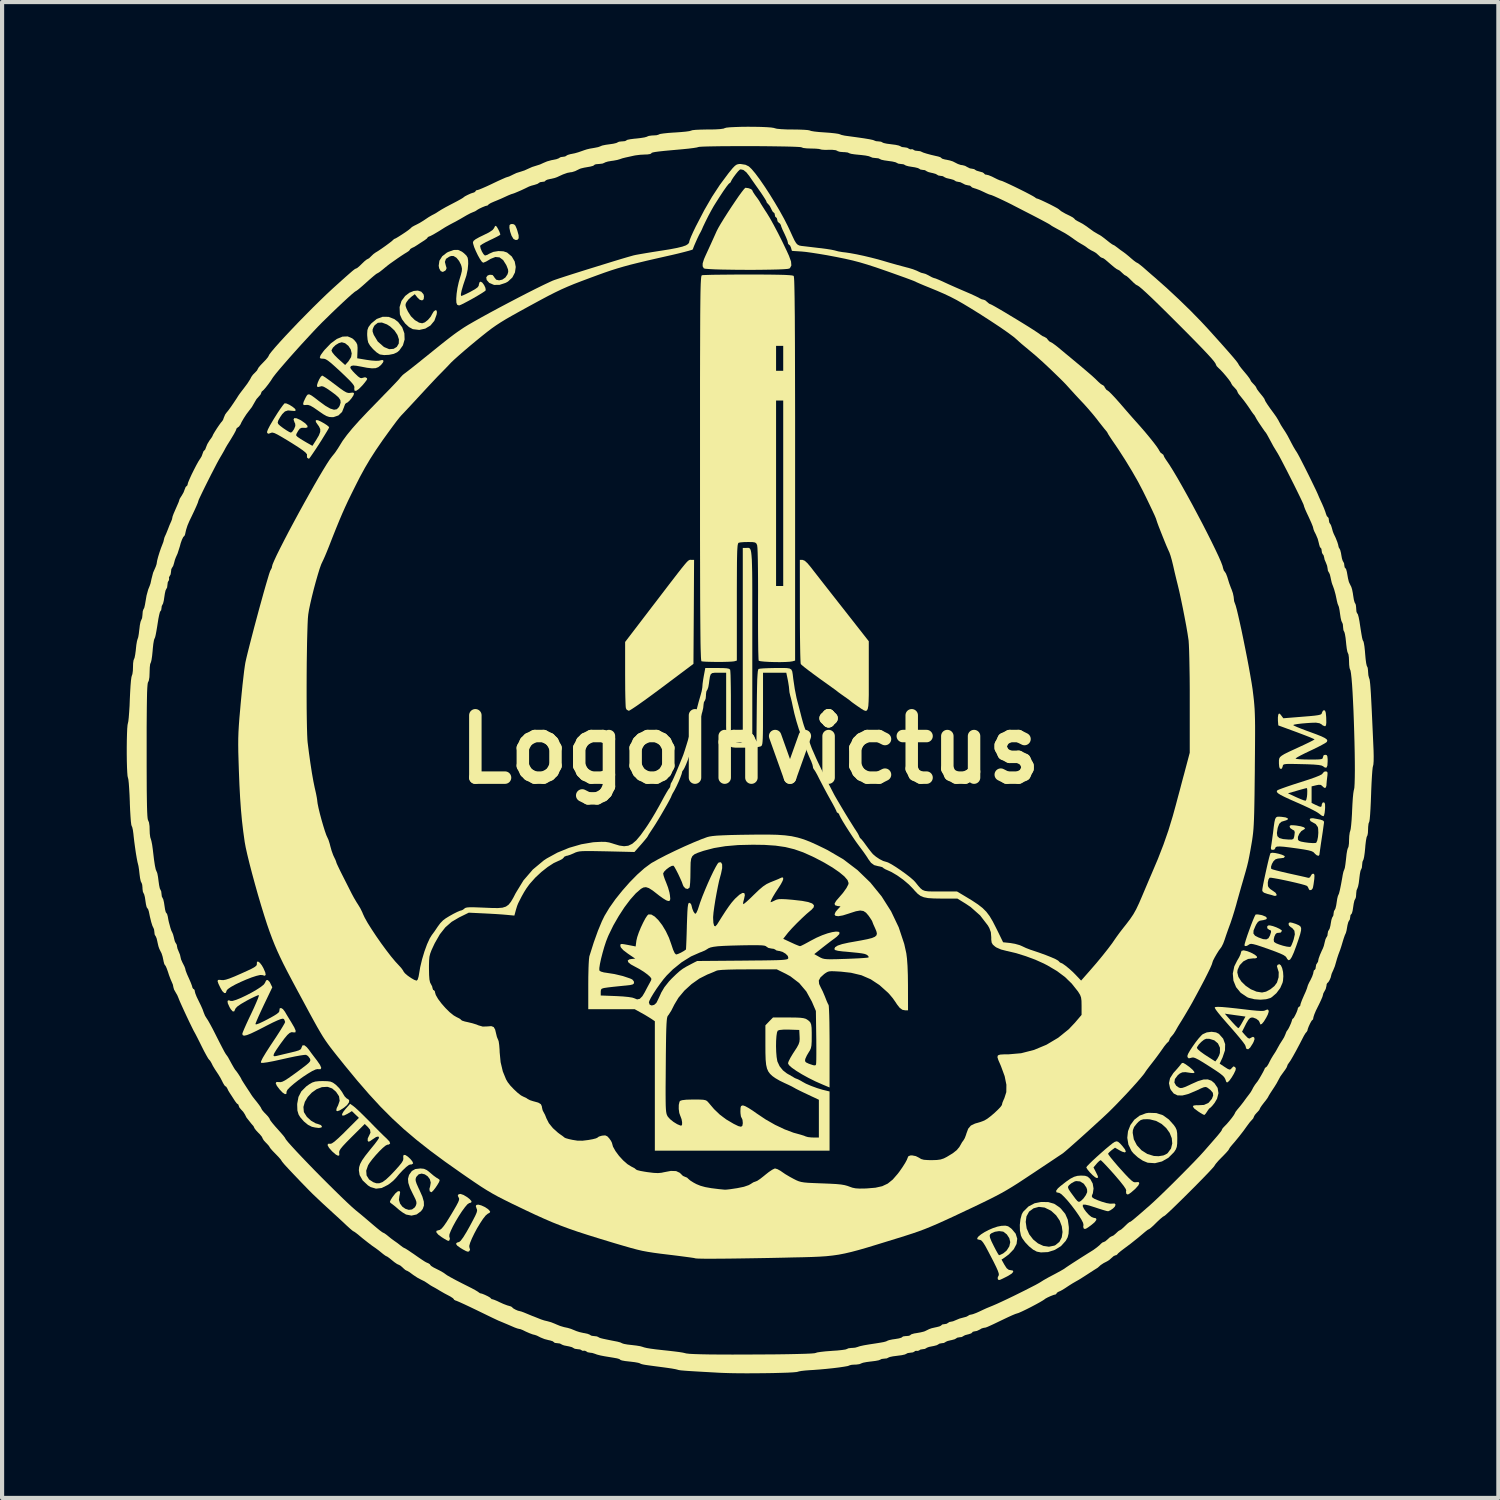
<source format=kicad_pcb>
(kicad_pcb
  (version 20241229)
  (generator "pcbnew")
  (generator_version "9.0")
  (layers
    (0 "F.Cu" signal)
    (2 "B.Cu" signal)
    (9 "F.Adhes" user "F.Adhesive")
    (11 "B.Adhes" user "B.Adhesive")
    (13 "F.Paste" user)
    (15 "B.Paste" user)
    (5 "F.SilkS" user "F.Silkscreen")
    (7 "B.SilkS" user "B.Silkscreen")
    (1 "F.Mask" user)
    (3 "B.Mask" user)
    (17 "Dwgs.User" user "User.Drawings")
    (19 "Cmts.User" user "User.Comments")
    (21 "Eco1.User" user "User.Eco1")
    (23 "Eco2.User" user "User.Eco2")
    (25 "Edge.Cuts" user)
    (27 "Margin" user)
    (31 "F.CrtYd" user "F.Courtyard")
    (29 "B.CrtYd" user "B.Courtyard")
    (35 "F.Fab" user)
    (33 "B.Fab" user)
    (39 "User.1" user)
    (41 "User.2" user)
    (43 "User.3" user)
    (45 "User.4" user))
  (footprint "LogoInvictus"
    (layer "F.Cu")
    (at 14.995 14.983)
    (property "Reference" "LogoInvictus" (at 0 0 0) (layer "F.SilkS") (effects (font (size 1.5 1.5) (thickness 0.3))))
    (attr board_only exclude_from_pos_files exclude_from_bom)
    (fp_poly (pts (xy -5.677 -12.635) (xy -5.644 -12.603) (xy -5.614 -12.534) (xy -5.598 -12.488) (xy -5.566 -12.373) (xy -5.564 -12.3) (xy -5.592 -12.264) (xy -5.634 -12.257) (xy -5.688 -12.282) (xy -5.736 -12.36) (xy -5.737 -12.364) (xy -5.769 -12.457) (xy -5.787 -12.546) (xy -5.788 -12.557) (xy -5.784 -12.618) (xy -5.754 -12.64) (xy -5.721 -12.643)) (stroke (width 0) (type solid)) (fill yes) (layer "F.SilkS"))
    (fp_poly (pts (xy -0.026 -4.849) (xy -0.008 -4.84) (xy 0.008 -4.82) (xy 0.021 -4.786) (xy 0.031 -4.733) (xy 0.039 -4.659) (xy 0.046 -4.56) (xy 0.05 -4.431) (xy 0.054 -4.27) (xy 0.056 -4.072) (xy 0.057 -3.835) (xy 0.057 -3.553) (xy 0.057 -3.225) (xy 0.057 -2.845) (xy 0.057 -2.543) (xy 0.057 -0.272) (xy -0.057 -0.272) (xy -0.172 -0.272) (xy -0.172 -2.56) (xy -0.172 -4.848) (xy -0.102 -4.848) (xy -0.074 -4.85) (xy -0.048 -4.851)) (stroke (width 0) (type solid)) (fill yes) (layer "F.SilkS"))
    (fp_poly (pts (xy -11.795 5.132) (xy -11.746 5.194) (xy -11.707 5.262) (xy -11.662 5.366) (xy -11.652 5.426) (xy -11.676 5.446) (xy -11.735 5.429) (xy -11.787 5.428) (xy -11.877 5.449) (xy -11.993 5.487) (xy -12.123 5.538) (xy -12.256 5.596) (xy -12.381 5.656) (xy -12.486 5.714) (xy -12.56 5.764) (xy -12.591 5.801) (xy -12.591 5.802) (xy -12.612 5.859) (xy -12.648 5.862) (xy -12.696 5.815) (xy -12.741 5.738) (xy -12.79 5.636) (xy -12.81 5.575) (xy -12.799 5.547) (xy -12.756 5.544) (xy -12.721 5.549) (xy -12.672 5.551) (xy -12.608 5.539) (xy -12.519 5.51) (xy -12.397 5.461) (xy -12.242 5.393) (xy -12.09 5.324) (xy -11.983 5.273) (xy -11.915 5.234) (xy -11.878 5.204) (xy -11.865 5.177) (xy -11.865 5.163) (xy -11.862 5.112) (xy -11.836 5.103)) (stroke (width 0) (type solid)) (fill yes) (layer "F.SilkS"))
    (fp_poly (pts (xy -6.466 10.971) (xy -6.384 11.008) (xy -6.309 11.056) (xy -6.277 11.085) (xy -6.25 11.123) (xy -6.263 11.148) (xy -6.311 11.174) (xy -6.36 11.216) (xy -6.422 11.295) (xy -6.492 11.401) (xy -6.565 11.522) (xy -6.633 11.649) (xy -6.691 11.769) (xy -6.733 11.872) (xy -6.754 11.947) (xy -6.751 11.979) (xy -6.734 12.04) (xy -6.759 12.079) (xy -6.789 12.085) (xy -6.832 12.071) (xy -6.903 12.033) (xy -6.963 11.997) (xy -7.045 11.938) (xy -7.073 11.896) (xy -7.049 11.867) (xy -6.997 11.852) (xy -6.959 11.821) (xy -6.898 11.739) (xy -6.818 11.609) (xy -6.742 11.474) (xy -6.664 11.328) (xy -6.61 11.223) (xy -6.578 11.15) (xy -6.565 11.101) (xy -6.568 11.068) (xy -6.577 11.048) (xy -6.596 10.99) (xy -6.582 10.961) (xy -6.538 10.953)) (stroke (width 0) (type solid)) (fill yes) (layer "F.SilkS"))
    (fp_poly (pts (xy -1.419 -4.562) (xy -1.413 -4.562) (xy -1.344 -4.562) (xy -1.351 -3.311) (xy -1.359 -2.059) (xy -2.111 -1.495) (xy -2.294 -1.359) (xy -2.464 -1.234) (xy -2.615 -1.126) (xy -2.742 -1.037) (xy -2.838 -0.973) (xy -2.899 -0.936) (xy -2.916 -0.93) (xy -2.965 -0.955) (xy -2.985 -0.994) (xy -2.99 -1.039) (xy -2.994 -1.133) (xy -2.998 -1.268) (xy -3.001 -1.435) (xy -3.002 -1.626) (xy -3.003 -1.822) (xy -3.003 -2.586) (xy -2.789 -2.866) (xy -2.691 -2.994) (xy -2.572 -3.15) (xy -2.445 -3.316) (xy -2.323 -3.476) (xy -2.29 -3.518) (xy -2.103 -3.763) (xy -1.948 -3.966) (xy -1.82 -4.132) (xy -1.718 -4.264) (xy -1.638 -4.366) (xy -1.577 -4.441) (xy -1.531 -4.495) (xy -1.497 -4.53) (xy -1.472 -4.55) (xy -1.453 -4.56) (xy -1.436 -4.563)) (stroke (width 0) (type solid)) (fill yes) (layer "F.SilkS"))
    (fp_poly (pts (xy -6.89 10.721) (xy -6.798 10.777) (xy -6.743 10.821) (xy -6.699 10.871) (xy -6.708 10.903) (xy -6.756 10.917) (xy -6.798 10.945) (xy -6.857 11.014) (xy -6.928 11.111) (xy -7.004 11.227) (xy -7.078 11.351) (xy -7.145 11.473) (xy -7.197 11.581) (xy -7.23 11.666) (xy -7.235 11.716) (xy -7.234 11.719) (xy -7.219 11.776) (xy -7.235 11.818) (xy -7.26 11.826) (xy -7.293 11.81) (xy -7.358 11.773) (xy -7.415 11.737) (xy -7.5 11.674) (xy -7.544 11.621) (xy -7.545 11.585) (xy -7.499 11.57) (xy -7.496 11.57) (xy -7.459 11.56) (xy -7.417 11.528) (xy -7.365 11.466) (xy -7.298 11.369) (xy -7.213 11.232) (xy -7.137 11.105) (xy -7.065 10.981) (xy -7.02 10.895) (xy -6.999 10.839) (xy -6.998 10.803) (xy -7.009 10.782) (xy -7.03 10.737) (xy -7.012 10.705) (xy -6.965 10.695)) (stroke (width 0) (type solid)) (fill yes) (layer "F.SilkS"))
    (fp_poly (pts (xy -7.908 -11.014) (xy -7.855 -10.953) (xy -7.843 -10.905) (xy -7.85 -10.833) (xy -7.888 -10.804) (xy -7.944 -10.82) (xy -7.998 -10.871) (xy -8.064 -10.954) (xy -8.144 -10.894) (xy -8.213 -10.831) (xy -8.264 -10.763) (xy -8.285 -10.718) (xy -8.286 -10.673) (xy -8.265 -10.611) (xy -8.229 -10.536) (xy -8.156 -10.422) (xy -8.062 -10.33) (xy -7.962 -10.27) (xy -7.887 -10.254) (xy -7.821 -10.277) (xy -7.747 -10.336) (xy -7.68 -10.415) (xy -7.648 -10.474) (xy -7.61 -10.537) (xy -7.57 -10.568) (xy -7.564 -10.569) (xy -7.537 -10.558) (xy -7.532 -10.514) (xy -7.54 -10.462) (xy -7.593 -10.315) (xy -7.687 -10.201) (xy -7.811 -10.126) (xy -7.957 -10.094) (xy -8.113 -10.113) (xy -8.114 -10.114) (xy -8.204 -10.163) (xy -8.295 -10.248) (xy -8.372 -10.352) (xy -8.418 -10.455) (xy -8.423 -10.474) (xy -8.43 -10.644) (xy -8.384 -10.793) (xy -8.296 -10.911) (xy -8.195 -10.989) (xy -8.089 -11.032) (xy -7.99 -11.041)) (stroke (width 0) (type solid)) (fill yes) (layer "F.SilkS"))
    (fp_poly (pts (xy -8.696 -10.409) (xy -8.556 -10.355) (xy -8.466 -10.286) (xy -8.367 -10.157) (xy -8.315 -10.013) (xy -8.309 -9.864) (xy -8.35 -9.723) (xy -8.437 -9.6) (xy -8.489 -9.556) (xy -8.571 -9.518) (xy -8.684 -9.495) (xy -8.802 -9.489) (xy -8.899 -9.503) (xy -8.912 -9.508) (xy -8.986 -9.556) (xy -9.069 -9.633) (xy -9.142 -9.718) (xy -9.184 -9.789) (xy -9.2 -9.859) (xy -9.209 -9.956) (xy -9.21 -9.999) (xy -9.207 -10.053) (xy -9.079 -10.053) (xy -9.053 -9.979) (xy -9.052 -9.976) (xy -8.956 -9.816) (xy -8.815 -9.691) (xy -8.796 -9.679) (xy -8.68 -9.631) (xy -8.574 -9.639) (xy -8.497 -9.686) (xy -8.45 -9.766) (xy -8.446 -9.866) (xy -8.482 -9.974) (xy -8.553 -10.081) (xy -8.655 -10.176) (xy -8.734 -10.227) (xy -8.856 -10.272) (xy -8.954 -10.266) (xy -9.029 -10.207) (xy -9.053 -10.169) (xy -9.079 -10.107) (xy -9.079 -10.053) (xy -9.207 -10.053) (xy -9.204 -10.092) (xy -9.179 -10.162) (xy -9.124 -10.235) (xy -9.107 -10.254) (xy -8.98 -10.358) (xy -8.84 -10.41)) (stroke (width 0) (type solid)) (fill yes) (layer "F.SilkS"))
    (fp_poly (pts (xy 1.266 -4.561) (xy 1.317 -4.541) (xy 1.386 -4.479) (xy 1.476 -4.371) (xy 1.478 -4.368) (xy 1.531 -4.299) (xy 1.614 -4.193) (xy 1.722 -4.054) (xy 1.849 -3.892) (xy 1.99 -3.712) (xy 2.139 -3.522) (xy 2.243 -3.39) (xy 2.86 -2.603) (xy 2.86 -1.766) (xy 2.86 -1.513) (xy 2.86 -1.312) (xy 2.856 -1.158) (xy 2.849 -1.048) (xy 2.835 -0.976) (xy 2.814 -0.937) (xy 2.784 -0.927) (xy 2.742 -0.941) (xy 2.687 -0.974) (xy 2.619 -1.021) (xy 2.599 -1.034) (xy 2.518 -1.091) (xy 2.457 -1.135) (xy 2.431 -1.156) (xy 2.402 -1.18) (xy 2.34 -1.226) (xy 2.274 -1.272) (xy 2.192 -1.33) (xy 2.126 -1.378) (xy 2.097 -1.401) (xy 2.059 -1.43) (xy 1.987 -1.482) (xy 1.895 -1.549) (xy 1.86 -1.573) (xy 1.688 -1.696) (xy 1.534 -1.809) (xy 1.404 -1.906) (xy 1.304 -1.983) (xy 1.242 -2.036) (xy 1.223 -2.056) (xy 1.219 -2.09) (xy 1.215 -2.176) (xy 1.211 -2.307) (xy 1.208 -2.477) (xy 1.205 -2.68) (xy 1.203 -2.91) (xy 1.202 -3.162) (xy 1.202 -3.325) (xy 1.201 -4.562)) (stroke (width 0) (type solid)) (fill yes) (layer "F.SilkS"))
    (fp_poly (pts (xy 7.179 10.892) (xy 7.32 10.932) (xy 7.445 11.015) (xy 7.48 11.047) (xy 7.587 11.176) (xy 7.649 11.318) (xy 7.673 11.49) (xy 7.674 11.535) (xy 7.667 11.653) (xy 7.645 11.74) (xy 7.601 11.822) (xy 7.598 11.826) (xy 7.485 11.951) (xy 7.337 12.042) (xy 7.172 12.095) (xy 7.002 12.103) (xy 6.903 12.084) (xy 6.815 12.037) (xy 6.716 11.957) (xy 6.622 11.858) (xy 6.55 11.758) (xy 6.521 11.696) (xy 6.497 11.577) (xy 6.494 11.439) (xy 6.502 11.369) (xy 6.636 11.369) (xy 6.659 11.526) (xy 6.721 11.669) (xy 6.815 11.791) (xy 6.931 11.886) (xy 7.06 11.946) (xy 7.195 11.966) (xy 7.327 11.939) (xy 7.352 11.927) (xy 7.447 11.849) (xy 7.503 11.741) (xy 7.522 11.612) (xy 7.504 11.474) (xy 7.453 11.336) (xy 7.367 11.21) (xy 7.251 11.104) (xy 7.24 11.097) (xy 7.092 11.024) (xy 6.952 11.007) (xy 6.824 11.042) (xy 6.717 11.121) (xy 6.654 11.236) (xy 6.636 11.369) (xy 6.502 11.369) (xy 6.51 11.302) (xy 6.541 11.186) (xy 6.574 11.126) (xy 6.703 10.997) (xy 6.85 10.92) (xy 7.006 10.889)) (stroke (width 0) (type solid)) (fill yes) (layer "F.SilkS"))
    (fp_poly (pts (xy 11.969 4.855) (xy 12.055 4.889) (xy 12.148 4.939) (xy 12.198 4.982) (xy 12.201 5.013) (xy 12.157 5.028) (xy 12.111 5.027) (xy 11.986 5.042) (xy 11.873 5.1) (xy 11.785 5.192) (xy 11.735 5.304) (xy 11.727 5.366) (xy 11.754 5.474) (xy 11.824 5.584) (xy 11.928 5.686) (xy 12.053 5.771) (xy 12.189 5.828) (xy 12.322 5.849) (xy 12.322 5.849) (xy 12.419 5.828) (xy 12.525 5.771) (xy 12.62 5.694) (xy 12.682 5.61) (xy 12.721 5.483) (xy 12.724 5.358) (xy 12.697 5.272) (xy 12.681 5.214) (xy 12.698 5.183) (xy 12.739 5.167) (xy 12.777 5.197) (xy 12.807 5.263) (xy 12.828 5.354) (xy 12.835 5.458) (xy 12.827 5.565) (xy 12.816 5.614) (xy 12.76 5.742) (xy 12.668 5.865) (xy 12.56 5.959) (xy 12.526 5.98) (xy 12.42 6.011) (xy 12.284 6.022) (xy 12.14 6.011) (xy 12.009 5.98) (xy 11.964 5.961) (xy 11.808 5.855) (xy 11.698 5.72) (xy 11.634 5.563) (xy 11.619 5.393) (xy 11.655 5.22) (xy 11.722 5.085) (xy 11.772 5) (xy 11.805 4.928) (xy 11.813 4.895) (xy 11.829 4.847) (xy 11.88 4.834)) (stroke (width 0) (type solid)) (fill yes) (layer "F.SilkS"))
    (fp_poly (pts (xy -0.034 -13.505) (xy 0.028 -13.482) (xy 0.057 -13.454) (xy 0.057 -13.452) (xy 0.074 -13.414) (xy 0.115 -13.351) (xy 0.138 -13.319) (xy 0.192 -13.246) (xy 0.231 -13.187) (xy 0.239 -13.172) (xy 0.263 -13.13) (xy 0.311 -13.054) (xy 0.373 -12.957) (xy 0.401 -12.915) (xy 0.479 -12.788) (xy 0.572 -12.621) (xy 0.675 -12.426) (xy 0.78 -12.217) (xy 0.882 -12.004) (xy 0.94 -11.877) (xy 0.989 -11.742) (xy 0.997 -11.645) (xy 0.964 -11.583) (xy 0.946 -11.571) (xy 0.901 -11.562) (xy 0.809 -11.555) (xy 0.677 -11.549) (xy 0.512 -11.545) (xy 0.324 -11.542) (xy 0.121 -11.54) (xy -0.091 -11.54) (xy -0.302 -11.541) (xy -0.504 -11.544) (xy -0.691 -11.547) (xy -0.852 -11.552) (xy -0.981 -11.559) (xy -1.07 -11.566) (xy -1.109 -11.575) (xy -1.11 -11.576) (xy -1.138 -11.626) (xy -1.137 -11.696) (xy -1.106 -11.796) (xy -1.073 -11.872) (xy -0.946 -12.149) (xy -0.833 -12.399) (xy -0.801 -12.471) (xy -0.762 -12.547) (xy -0.701 -12.652) (xy -0.624 -12.777) (xy -0.537 -12.914) (xy -0.445 -13.055) (xy -0.354 -13.19) (xy -0.27 -13.313) (xy -0.197 -13.413) (xy -0.142 -13.483) (xy -0.11 -13.514) (xy -0.107 -13.515)) (stroke (width 0) (type solid)) (fill yes) (layer "F.SilkS"))
    (fp_poly (pts (xy 9.779 8.75) (xy 9.938 8.802) (xy 10.081 8.905) (xy 10.198 9.036) (xy 10.242 9.1) (xy 10.268 9.159) (xy 10.28 9.233) (xy 10.283 9.34) (xy 10.283 9.368) (xy 10.281 9.485) (xy 10.271 9.564) (xy 10.248 9.624) (xy 10.209 9.684) (xy 10.202 9.693) (xy 10.07 9.825) (xy 9.915 9.914) (xy 9.746 9.956) (xy 9.576 9.945) (xy 9.564 9.942) (xy 9.454 9.896) (xy 9.336 9.817) (xy 9.231 9.722) (xy 9.182 9.663) (xy 9.107 9.508) (xy 9.08 9.346) (xy 9.093 9.225) (xy 9.21 9.225) (xy 9.237 9.382) (xy 9.311 9.525) (xy 9.423 9.646) (xy 9.562 9.734) (xy 9.719 9.782) (xy 9.833 9.788) (xy 9.951 9.769) (xy 10.034 9.728) (xy 10.054 9.711) (xy 10.132 9.604) (xy 10.162 9.482) (xy 10.15 9.354) (xy 10.1 9.227) (xy 10.017 9.111) (xy 9.907 9.012) (xy 9.774 8.939) (xy 9.623 8.901) (xy 9.561 8.897) (xy 9.466 8.9) (xy 9.404 8.918) (xy 9.348 8.961) (xy 9.308 9.003) (xy 9.244 9.085) (xy 9.215 9.161) (xy 9.21 9.225) (xy 9.093 9.225) (xy 9.098 9.185) (xy 9.156 9.037) (xy 9.25 8.909) (xy 9.376 8.812) (xy 9.53 8.754) (xy 9.597 8.744)) (stroke (width 0) (type solid)) (fill yes) (layer "F.SilkS"))
    (fp_poly (pts (xy -10.168 7.983) (xy -10.093 7.993) (xy -10.034 8.018) (xy -9.972 8.063) (xy -9.964 8.069) (xy -9.883 8.15) (xy -9.813 8.245) (xy -9.797 8.274) (xy -9.752 8.348) (xy -9.705 8.396) (xy -9.689 8.404) (xy -9.644 8.437) (xy -9.647 8.49) (xy -9.693 8.557) (xy -9.766 8.619) (xy -9.866 8.683) (xy -9.929 8.705) (xy -9.955 8.687) (xy -9.942 8.628) (xy -9.911 8.567) (xy -9.872 8.454) (xy -9.887 8.346) (xy -9.959 8.238) (xy -9.961 8.236) (xy -10.052 8.158) (xy -10.152 8.122) (xy -10.171 8.119) (xy -10.299 8.126) (xy -10.426 8.175) (xy -10.542 8.257) (xy -10.64 8.362) (xy -10.71 8.48) (xy -10.744 8.603) (xy -10.734 8.719) (xy -10.727 8.737) (xy -10.661 8.841) (xy -10.561 8.933) (xy -10.45 8.997) (xy -10.398 9.012) (xy -10.328 9.037) (xy -10.298 9.069) (xy -10.311 9.097) (xy -10.371 9.108) (xy -10.376 9.108) (xy -10.464 9.097) (xy -10.541 9.08) (xy -10.634 9.033) (xy -10.733 8.951) (xy -10.82 8.851) (xy -10.86 8.786) (xy -10.889 8.689) (xy -10.894 8.553) (xy -10.893 8.523) (xy -10.863 8.361) (xy -10.793 8.226) (xy -10.675 8.108) (xy -10.605 8.058) (xy -10.531 8.015) (xy -10.46 7.992) (xy -10.369 7.982) (xy -10.281 7.98)) (stroke (width 0) (type solid)) (fill yes) (layer "F.SilkS"))
    (fp_poly (pts (xy -10.26 -8.979) (xy -10.192 -8.934) (xy -10.099 -8.867) (xy -9.99 -8.785) (xy -9.981 -8.779) (xy -9.86 -8.687) (xy -9.774 -8.627) (xy -9.712 -8.592) (xy -9.666 -8.578) (xy -9.625 -8.578) (xy -9.612 -8.581) (xy -9.546 -8.587) (xy -9.525 -8.565) (xy -9.543 -8.515) (xy -9.586 -8.45) (xy -9.64 -8.387) (xy -9.689 -8.345) (xy -9.709 -8.338) (xy -9.739 -8.313) (xy -9.763 -8.252) (xy -9.766 -8.241) (xy -9.814 -8.121) (xy -9.901 -8.037) (xy -10.017 -7.997) (xy -10.054 -7.995) (xy -10.123 -8) (xy -10.189 -8.022) (xy -10.267 -8.066) (xy -10.373 -8.139) (xy -10.387 -8.149) (xy -10.498 -8.226) (xy -10.576 -8.271) (xy -10.634 -8.29) (xy -10.677 -8.289) (xy -10.732 -8.286) (xy -10.752 -8.308) (xy -10.739 -8.364) (xy -10.697 -8.454) (xy -10.667 -8.509) (xy -10.639 -8.54) (xy -10.604 -8.544) (xy -10.552 -8.518) (xy -10.473 -8.462) (xy -10.369 -8.381) (xy -10.217 -8.27) (xy -10.099 -8.202) (xy -10.008 -8.174) (xy -9.94 -8.186) (xy -9.889 -8.238) (xy -9.869 -8.278) (xy -9.849 -8.346) (xy -9.855 -8.405) (xy -9.894 -8.465) (xy -9.971 -8.535) (xy -10.077 -8.614) (xy -10.182 -8.686) (xy -10.254 -8.727) (xy -10.302 -8.741) (xy -10.336 -8.733) (xy -10.391 -8.72) (xy -10.414 -8.73) (xy -10.417 -8.767) (xy -10.397 -8.832) (xy -10.364 -8.905) (xy -10.327 -8.966) (xy -10.295 -8.995) (xy -10.292 -8.996)) (stroke (width 0) (type solid)) (fill yes) (layer "F.SilkS"))
    (fp_poly (pts (xy 8.858 9.44) (xy 8.906 9.481) (xy 8.958 9.538) (xy 9.024 9.623) (xy 9.045 9.677) (xy 9.023 9.697) (xy 8.96 9.68) (xy 8.9 9.65) (xy 8.785 9.583) (xy 8.706 9.641) (xy 8.65 9.689) (xy 8.619 9.725) (xy 8.618 9.728) (xy 8.633 9.757) (xy 8.681 9.821) (xy 8.755 9.911) (xy 8.848 10.02) (xy 8.913 10.093) (xy 9.03 10.222) (xy 9.117 10.313) (xy 9.18 10.372) (xy 9.225 10.405) (xy 9.26 10.416) (xy 9.283 10.414) (xy 9.349 10.409) (xy 9.37 10.435) (xy 9.348 10.488) (xy 9.283 10.562) (xy 9.255 10.589) (xy 9.169 10.663) (xy 9.113 10.702) (xy 9.079 10.708) (xy 9.055 10.687) (xy 9.055 10.686) (xy 9.049 10.639) (xy 9.055 10.617) (xy 9.043 10.577) (xy 8.991 10.499) (xy 8.901 10.385) (xy 8.775 10.238) (xy 8.767 10.228) (xy 8.663 10.112) (xy 8.571 10.012) (xy 8.498 9.936) (xy 8.451 9.891) (xy 8.438 9.883) (xy 8.406 9.903) (xy 8.356 9.952) (xy 8.341 9.97) (xy 8.267 10.058) (xy 8.324 10.169) (xy 8.364 10.25) (xy 8.378 10.293) (xy 8.367 10.309) (xy 8.341 10.312) (xy 8.302 10.291) (xy 8.243 10.241) (xy 8.179 10.176) (xy 8.126 10.112) (xy 8.096 10.064) (xy 8.095 10.055) (xy 8.115 10.026) (xy 8.171 9.968) (xy 8.252 9.889) (xy 8.35 9.799) (xy 8.456 9.704) (xy 8.56 9.613) (xy 8.655 9.534) (xy 8.729 9.475) (xy 8.776 9.444) (xy 8.777 9.444) (xy 8.82 9.43)) (stroke (width 0) (type solid)) (fill yes) (layer "F.SilkS"))
    (fp_poly (pts (xy -6.929 -11.977) (xy -6.88 -11.939) (xy -6.822 -11.883) (xy -6.792 -11.832) (xy -6.781 -11.763) (xy -6.779 -11.686) (xy -6.791 -11.551) (xy -6.822 -11.405) (xy -6.839 -11.353) (xy -6.898 -11.178) (xy -6.937 -11.044) (xy -6.955 -10.955) (xy -6.951 -10.915) (xy -6.945 -10.912) (xy -6.907 -10.925) (xy -6.834 -10.958) (xy -6.739 -11.005) (xy -6.719 -11.016) (xy -6.615 -11.074) (xy -6.554 -11.118) (xy -6.526 -11.158) (xy -6.522 -11.188) (xy -6.506 -11.242) (xy -6.479 -11.256) (xy -6.439 -11.232) (xy -6.397 -11.175) (xy -6.365 -11.107) (xy -6.357 -11.052) (xy -6.359 -11.045) (xy -6.387 -11.021) (xy -6.454 -10.977) (xy -6.548 -10.92) (xy -6.656 -10.857) (xy -6.767 -10.796) (xy -6.869 -10.742) (xy -6.949 -10.702) (xy -6.996 -10.684) (xy -7 -10.683) (xy -7.045 -10.701) (xy -7.046 -10.703) (xy -7.064 -10.753) (xy -7.067 -10.845) (xy -7.058 -10.965) (xy -7.038 -11.101) (xy -7.008 -11.238) (xy -6.989 -11.306) (xy -6.953 -11.426) (xy -6.933 -11.507) (xy -6.929 -11.567) (xy -6.939 -11.62) (xy -6.953 -11.665) (xy -6.998 -11.753) (xy -7.057 -11.826) (xy -7.07 -11.836) (xy -7.132 -11.873) (xy -7.187 -11.874) (xy -7.234 -11.857) (xy -7.314 -11.804) (xy -7.34 -11.731) (xy -7.318 -11.644) (xy -7.299 -11.582) (xy -7.316 -11.538) (xy -7.332 -11.52) (xy -7.39 -11.489) (xy -7.441 -11.51) (xy -7.477 -11.575) (xy -7.489 -11.638) (xy -7.472 -11.759) (xy -7.404 -11.867) (xy -7.291 -11.955) (xy -7.254 -11.973) (xy -7.127 -12.018) (xy -7.023 -12.02)) (stroke (width 0) (type solid)) (fill yes) (layer "F.SilkS"))
    (fp_poly (pts (xy 11.215 6.809) (xy 11.285 6.844) (xy 11.387 6.96) (xy 11.435 7.091) (xy 11.431 7.24) (xy 11.373 7.41) (xy 11.372 7.413) (xy 11.303 7.561) (xy 11.415 7.635) (xy 11.493 7.685) (xy 11.539 7.704) (xy 11.57 7.695) (xy 11.601 7.659) (xy 11.601 7.659) (xy 11.637 7.626) (xy 11.671 7.642) (xy 11.675 7.645) (xy 11.692 7.677) (xy 11.683 7.724) (xy 11.645 7.803) (xy 11.641 7.811) (xy 11.59 7.896) (xy 11.54 7.965) (xy 11.521 7.986) (xy 11.482 8.015) (xy 11.462 8) (xy 11.454 7.977) (xy 11.437 7.929) (xy 11.412 7.887) (xy 11.372 7.845) (xy 11.309 7.795) (xy 11.215 7.73) (xy 11.082 7.643) (xy 11.042 7.618) (xy 10.9 7.528) (xy 10.797 7.467) (xy 10.724 7.43) (xy 10.675 7.413) (xy 10.639 7.413) (xy 10.623 7.419) (xy 10.56 7.434) (xy 10.53 7.405) (xy 10.526 7.374) (xy 10.543 7.325) (xy 10.588 7.246) (xy 10.629 7.183) (xy 10.755 7.183) (xy 10.778 7.216) (xy 10.839 7.269) (xy 10.927 7.333) (xy 10.977 7.366) (xy 11.198 7.508) (xy 11.246 7.445) (xy 11.289 7.366) (xy 11.309 7.303) (xy 11.31 7.178) (xy 11.262 7.074) (xy 11.174 7) (xy 11.054 6.963) (xy 10.979 6.962) (xy 10.926 6.985) (xy 10.861 7.037) (xy 10.8 7.101) (xy 10.761 7.16) (xy 10.755 7.183) (xy 10.629 7.183) (xy 10.651 7.15) (xy 10.723 7.048) (xy 10.796 6.955) (xy 10.86 6.884) (xy 10.894 6.853) (xy 10.992 6.809) (xy 11.107 6.794)) (stroke (width 0) (type solid)) (fill yes) (layer "F.SilkS"))
    (fp_poly (pts (xy 6.212 11.474) (xy 6.276 11.519) (xy 6.302 11.541) (xy 6.394 11.652) (xy 6.432 11.773) (xy 6.416 11.899) (xy 6.348 12.027) (xy 6.229 12.151) (xy 6.123 12.23) (xy 6.054 12.275) (xy 6.124 12.401) (xy 6.178 12.484) (xy 6.228 12.522) (xy 6.262 12.528) (xy 6.325 12.539) (xy 6.337 12.568) (xy 6.3 12.612) (xy 6.215 12.666) (xy 6.181 12.684) (xy 6.083 12.733) (xy 6.024 12.76) (xy 5.992 12.767) (xy 5.975 12.759) (xy 5.963 12.742) (xy 5.964 12.698) (xy 5.981 12.668) (xy 5.99 12.644) (xy 5.986 12.605) (xy 5.965 12.543) (xy 5.924 12.451) (xy 5.86 12.321) (xy 5.804 12.213) (xy 5.722 12.056) (xy 5.661 11.943) (xy 5.614 11.869) (xy 5.578 11.824) (xy 5.548 11.804) (xy 5.526 11.8) (xy 5.475 11.788) (xy 5.469 11.76) (xy 5.5 11.718) (xy 5.523 11.7) (xy 5.769 11.7) (xy 5.778 11.751) (xy 5.811 11.834) (xy 5.863 11.94) (xy 5.915 12.041) (xy 5.959 12.12) (xy 5.988 12.165) (xy 5.994 12.171) (xy 6.028 12.159) (xy 6.088 12.13) (xy 6.094 12.127) (xy 6.178 12.057) (xy 6.241 11.958) (xy 6.264 11.855) (xy 6.241 11.76) (xy 6.182 11.67) (xy 6.104 11.608) (xy 6.088 11.602) (xy 5.997 11.59) (xy 5.895 11.606) (xy 5.809 11.643) (xy 5.78 11.668) (xy 5.769 11.7) (xy 5.523 11.7) (xy 5.562 11.668) (xy 5.645 11.615) (xy 5.744 11.563) (xy 5.85 11.517) (xy 5.956 11.482) (xy 6.053 11.463) (xy 6.057 11.463) (xy 6.148 11.459)) (stroke (width 0) (type solid)) (fill yes) (layer "F.SilkS"))
    (fp_poly (pts (xy -6.092 -12.577) (xy -6.059 -12.521) (xy -6.027 -12.455) (xy -6.008 -12.399) (xy -6.007 -12.386) (xy -6.031 -12.368) (xy -6.096 -12.333) (xy -6.19 -12.286) (xy -6.25 -12.258) (xy -6.356 -12.206) (xy -6.438 -12.16) (xy -6.486 -12.126) (xy -6.493 -12.115) (xy -6.48 -12.054) (xy -6.45 -11.982) (xy -6.412 -11.919) (xy -6.378 -11.886) (xy -6.372 -11.885) (xy -6.321 -11.9) (xy -6.271 -11.929) (xy -6.174 -11.972) (xy -6.053 -11.992) (xy -5.933 -11.986) (xy -5.844 -11.957) (xy -5.73 -11.861) (xy -5.66 -11.741) (xy -5.635 -11.609) (xy -5.654 -11.477) (xy -5.716 -11.357) (xy -5.822 -11.258) (xy -5.874 -11.229) (xy -6.023 -11.179) (xy -6.157 -11.177) (xy -6.268 -11.224) (xy -6.276 -11.23) (xy -6.334 -11.296) (xy -6.345 -11.359) (xy -6.31 -11.405) (xy -6.257 -11.422) (xy -6.193 -11.416) (xy -6.156 -11.371) (xy -6.15 -11.358) (xy -6.105 -11.303) (xy -6.036 -11.287) (xy -5.957 -11.305) (xy -5.884 -11.356) (xy -5.833 -11.432) (xy -5.816 -11.49) (xy -5.82 -11.547) (xy -5.85 -11.625) (xy -5.863 -11.655) (xy -5.938 -11.775) (xy -6.025 -11.84) (xy -6.126 -11.849) (xy -6.24 -11.804) (xy -6.27 -11.785) (xy -6.345 -11.741) (xy -6.407 -11.715) (xy -6.422 -11.713) (xy -6.453 -11.738) (xy -6.497 -11.802) (xy -6.547 -11.891) (xy -6.595 -11.991) (xy -6.636 -12.088) (xy -6.66 -12.168) (xy -6.665 -12.201) (xy -6.651 -12.236) (xy -6.603 -12.275) (xy -6.516 -12.324) (xy -6.419 -12.371) (xy -6.278 -12.441) (xy -6.192 -12.499) (xy -6.158 -12.542) (xy -6.135 -12.589) (xy -6.116 -12.6)) (stroke (width 0) (type solid)) (fill yes) (layer "F.SilkS"))
    (fp_poly (pts (xy 11.36 6.198) (xy 11.506 6.211) (xy 11.703 6.232) (xy 11.874 6.252) (xy 12.06 6.274) (xy 12.198 6.287) (xy 12.294 6.293) (xy 12.356 6.291) (xy 12.393 6.282) (xy 12.403 6.276) (xy 12.45 6.257) (xy 12.476 6.271) (xy 12.484 6.31) (xy 12.461 6.38) (xy 12.424 6.453) (xy 12.367 6.547) (xy 12.319 6.604) (xy 12.285 6.619) (xy 12.271 6.588) (xy 12.271 6.583) (xy 12.246 6.53) (xy 12.186 6.482) (xy 12.11 6.453) (xy 12.079 6.45) (xy 12.036 6.462) (xy 11.994 6.506) (xy 11.943 6.591) (xy 11.928 6.621) (xy 11.842 6.792) (xy 11.924 6.885) (xy 11.979 6.941) (xy 12.016 6.958) (xy 12.05 6.942) (xy 12.054 6.938) (xy 12.104 6.915) (xy 12.133 6.93) (xy 12.143 6.969) (xy 12.119 7.038) (xy 12.096 7.082) (xy 12.036 7.175) (xy 11.989 7.215) (xy 11.95 7.206) (xy 11.947 7.204) (xy 11.93 7.161) (xy 11.927 7.139) (xy 11.909 7.103) (xy 11.859 7.034) (xy 11.782 6.938) (xy 11.686 6.824) (xy 11.61 6.736) (xy 11.459 6.564) (xy 11.344 6.431) (xy 11.284 6.358) (xy 11.427 6.358) (xy 11.498 6.44) (xy 11.606 6.562) (xy 11.688 6.65) (xy 11.739 6.698) (xy 11.755 6.707) (xy 11.776 6.684) (xy 11.814 6.625) (xy 11.847 6.567) (xy 11.924 6.428) (xy 11.79 6.409) (xy 11.678 6.394) (xy 11.566 6.378) (xy 11.542 6.375) (xy 11.427 6.358) (xy 11.284 6.358) (xy 11.262 6.331) (xy 11.211 6.263) (xy 11.187 6.221) (xy 11.184 6.21) (xy 11.202 6.198) (xy 11.26 6.194)) (stroke (width 0) (type solid)) (fill yes) (layer "F.SilkS"))
    (fp_poly (pts (xy 10.479 7.573) (xy 10.487 7.578) (xy 10.578 7.643) (xy 10.651 7.707) (xy 10.692 7.758) (xy 10.698 7.775) (xy 10.673 7.788) (xy 10.607 7.784) (xy 10.59 7.781) (xy 10.479 7.765) (xy 10.403 7.77) (xy 10.341 7.8) (xy 10.293 7.841) (xy 10.226 7.931) (xy 10.213 8.016) (xy 10.256 8.091) (xy 10.319 8.135) (xy 10.357 8.148) (xy 10.402 8.145) (xy 10.468 8.123) (xy 10.567 8.079) (xy 10.62 8.053) (xy 10.785 7.98) (xy 10.915 7.942) (xy 11.018 7.94) (xy 11.105 7.971) (xy 11.178 8.032) (xy 11.254 8.145) (xy 11.274 8.271) (xy 11.24 8.405) (xy 11.182 8.504) (xy 11.128 8.572) (xy 11.087 8.615) (xy 11.073 8.624) (xy 11.047 8.646) (xy 11.008 8.7) (xy 11.003 8.71) (xy 10.964 8.767) (xy 10.935 8.795) (xy 10.932 8.795) (xy 10.899 8.781) (xy 10.835 8.743) (xy 10.784 8.71) (xy 10.694 8.643) (xy 10.658 8.595) (xy 10.676 8.568) (xy 10.747 8.56) (xy 10.779 8.562) (xy 10.926 8.554) (xy 11.036 8.503) (xy 11.115 8.408) (xy 11.116 8.407) (xy 11.147 8.327) (xy 11.139 8.262) (xy 11.085 8.198) (xy 11.035 8.158) (xy 10.998 8.132) (xy 10.965 8.122) (xy 10.921 8.129) (xy 10.854 8.156) (xy 10.75 8.206) (xy 10.742 8.209) (xy 10.556 8.288) (xy 10.406 8.327) (xy 10.288 8.324) (xy 10.198 8.28) (xy 10.13 8.195) (xy 10.109 8.152) (xy 10.083 8.03) (xy 10.109 7.911) (xy 10.188 7.787) (xy 10.215 7.757) (xy 10.284 7.68) (xy 10.342 7.611) (xy 10.365 7.582) (xy 10.395 7.546) (xy 10.426 7.543)) (stroke (width 0) (type solid)) (fill yes) (layer "F.SilkS"))
    (fp_poly (pts (xy 13.885 0.535) (xy 13.899 0.561) (xy 13.896 0.623) (xy 13.891 0.662) (xy 13.88 0.758) (xy 13.873 0.841) (xy 13.873 0.862) (xy 13.858 0.918) (xy 13.82 0.925) (xy 13.773 0.883) (xy 13.739 0.854) (xy 13.686 0.851) (xy 13.627 0.862) (xy 13.515 0.889) (xy 13.515 1.088) (xy 13.515 1.287) (xy 13.615 1.336) (xy 13.696 1.373) (xy 13.739 1.382) (xy 13.756 1.363) (xy 13.758 1.33) (xy 13.777 1.283) (xy 13.803 1.273) (xy 13.828 1.284) (xy 13.839 1.324) (xy 13.84 1.406) (xy 13.838 1.435) (xy 13.829 1.525) (xy 13.814 1.588) (xy 13.801 1.607) (xy 13.762 1.595) (xy 13.708 1.555) (xy 13.701 1.548) (xy 13.651 1.514) (xy 13.559 1.463) (xy 13.435 1.401) (xy 13.29 1.334) (xy 13.186 1.288) (xy 13 1.206) (xy 12.862 1.142) (xy 12.766 1.093) (xy 12.709 1.056) (xy 12.946 1.056) (xy 13.145 1.149) (xy 13.243 1.192) (xy 13.323 1.223) (xy 13.369 1.234) (xy 13.372 1.234) (xy 13.39 1.203) (xy 13.404 1.133) (xy 13.409 1.078) (xy 13.411 0.994) (xy 13.406 0.941) (xy 13.4 0.93) (xy 13.366 0.937) (xy 13.291 0.957) (xy 13.19 0.985) (xy 13.164 0.993) (xy 12.946 1.056) (xy 12.709 1.056) (xy 12.707 1.055) (xy 12.68 1.025) (xy 12.679 1) (xy 12.69 0.985) (xy 12.726 0.967) (xy 12.808 0.936) (xy 12.926 0.894) (xy 13.072 0.845) (xy 13.237 0.792) (xy 13.247 0.789) (xy 13.448 0.724) (xy 13.599 0.671) (xy 13.701 0.63) (xy 13.761 0.599) (xy 13.782 0.576) (xy 13.814 0.538) (xy 13.85 0.529)) (stroke (width 0) (type solid)) (fill yes) (layer "F.SilkS"))
    (fp_poly (pts (xy -7.843 10.091) (xy -7.773 10.123) (xy -7.691 10.188) (xy -7.687 10.192) (xy -7.611 10.256) (xy -7.545 10.304) (xy -7.516 10.32) (xy -7.473 10.35) (xy -7.466 10.37) (xy -7.481 10.412) (xy -7.52 10.478) (xy -7.569 10.551) (xy -7.619 10.614) (xy -7.657 10.651) (xy -7.665 10.655) (xy -7.705 10.632) (xy -7.712 10.573) (xy -7.695 10.513) (xy -7.68 10.422) (xy -7.703 10.339) (xy -7.755 10.271) (xy -7.823 10.225) (xy -7.899 10.206) (xy -7.97 10.224) (xy -8.026 10.284) (xy -8.032 10.296) (xy -8.045 10.337) (xy -8.042 10.385) (xy -8.02 10.452) (xy -7.976 10.551) (xy -7.951 10.603) (xy -7.882 10.759) (xy -7.847 10.88) (xy -7.844 10.975) (xy -7.873 11.056) (xy -7.916 11.113) (xy -8.021 11.19) (xy -8.144 11.217) (xy -8.271 11.192) (xy -8.281 11.188) (xy -8.357 11.142) (xy -8.442 11.079) (xy -8.464 11.059) (xy -8.538 10.995) (xy -8.604 10.943) (xy -8.621 10.931) (xy -8.654 10.906) (xy -8.662 10.88) (xy -8.642 10.836) (xy -8.601 10.772) (xy -8.533 10.684) (xy -8.476 10.635) (xy -8.435 10.625) (xy -8.417 10.655) (xy -8.429 10.727) (xy -8.434 10.74) (xy -8.446 10.839) (xy -8.419 10.928) (xy -8.364 11.002) (xy -8.29 11.054) (xy -8.209 11.079) (xy -8.13 11.069) (xy -8.064 11.019) (xy -8.04 10.979) (xy -8.025 10.933) (xy -8.026 10.887) (xy -8.047 10.825) (xy -8.093 10.731) (xy -8.105 10.708) (xy -8.18 10.552) (xy -8.22 10.431) (xy -8.228 10.332) (xy -8.205 10.247) (xy -8.197 10.23) (xy -8.135 10.144) (xy -8.052 10.097) (xy -7.932 10.083) (xy -7.924 10.083)) (stroke (width 0) (type solid)) (fill yes) (layer "F.SilkS"))
    (fp_poly (pts (xy 12.637 2.492) (xy 12.722 2.51) (xy 12.802 2.534) (xy 12.857 2.56) (xy 12.872 2.578) (xy 12.846 2.608) (xy 12.784 2.617) (xy 12.703 2.626) (xy 12.645 2.645) (xy 12.599 2.688) (xy 12.561 2.754) (xy 12.539 2.821) (xy 12.542 2.869) (xy 12.546 2.873) (xy 12.581 2.888) (xy 12.663 2.911) (xy 12.779 2.94) (xy 12.919 2.973) (xy 12.986 2.988) (xy 13.135 3.021) (xy 13.266 3.05) (xy 13.367 3.073) (xy 13.428 3.088) (xy 13.439 3.091) (xy 13.476 3.078) (xy 13.493 3.046) (xy 13.523 3) (xy 13.551 2.989) (xy 13.575 2.999) (xy 13.584 3.036) (xy 13.58 3.114) (xy 13.576 3.144) (xy 13.563 3.24) (xy 13.549 3.316) (xy 13.541 3.344) (xy 13.508 3.382) (xy 13.468 3.386) (xy 13.444 3.356) (xy 13.444 3.348) (xy 13.421 3.301) (xy 13.394 3.279) (xy 13.344 3.262) (xy 13.254 3.237) (xy 13.136 3.208) (xy 13.002 3.177) (xy 12.863 3.147) (xy 12.732 3.12) (xy 12.621 3.1) (xy 12.541 3.087) (xy 12.504 3.087) (xy 12.504 3.087) (xy 12.476 3.131) (xy 12.461 3.204) (xy 12.464 3.279) (xy 12.475 3.31) (xy 12.518 3.358) (xy 12.586 3.404) (xy 12.586 3.404) (xy 12.646 3.447) (xy 12.673 3.49) (xy 12.666 3.52) (xy 12.623 3.524) (xy 12.6 3.518) (xy 12.556 3.504) (xy 12.481 3.484) (xy 12.45 3.476) (xy 12.368 3.447) (xy 12.332 3.412) (xy 12.328 3.389) (xy 12.334 3.338) (xy 12.35 3.248) (xy 12.374 3.129) (xy 12.403 2.994) (xy 12.434 2.854) (xy 12.464 2.723) (xy 12.491 2.612) (xy 12.513 2.532) (xy 12.526 2.496) (xy 12.526 2.496) (xy 12.566 2.486)) (stroke (width 0) (type solid)) (fill yes) (layer "F.SilkS"))
    (fp_poly (pts (xy -9.568 -9.891) (xy -9.52 -9.849) (xy -9.473 -9.792) (xy -9.448 -9.738) (xy -9.441 -9.665) (xy -9.443 -9.585) (xy -9.45 -9.412) (xy -9.223 -9.374) (xy -9.106 -9.358) (xy -9.003 -9.351) (xy -8.933 -9.353) (xy -8.925 -9.354) (xy -8.859 -9.369) (xy -8.83 -9.368) (xy -8.818 -9.348) (xy -8.817 -9.346) (xy -8.83 -9.311) (xy -8.872 -9.257) (xy -8.885 -9.244) (xy -8.941 -9.199) (xy -9.007 -9.174) (xy -9.095 -9.17) (xy -9.216 -9.184) (xy -9.355 -9.211) (xy -9.472 -9.232) (xy -9.546 -9.238) (xy -9.591 -9.228) (xy -9.602 -9.22) (xy -9.617 -9.196) (xy -9.605 -9.161) (xy -9.56 -9.105) (xy -9.508 -9.05) (xy -9.431 -8.976) (xy -9.379 -8.94) (xy -9.34 -8.934) (xy -9.32 -8.941) (xy -9.259 -8.956) (xy -9.218 -8.936) (xy -9.21 -8.912) (xy -9.228 -8.88) (xy -9.274 -8.82) (xy -9.327 -8.757) (xy -9.41 -8.673) (xy -9.473 -8.63) (xy -9.512 -8.63) (xy -9.521 -8.675) (xy -9.518 -8.695) (xy -9.518 -8.727) (xy -9.535 -8.765) (xy -9.573 -8.815) (xy -9.638 -8.885) (xy -9.736 -8.981) (xy -9.847 -9.087) (xy -9.98 -9.209) (xy -10.079 -9.297) (xy -10.152 -9.354) (xy -10.205 -9.387) (xy -10.247 -9.401) (xy -10.272 -9.402) (xy -10.331 -9.406) (xy -10.35 -9.433) (xy -10.329 -9.488) (xy -10.266 -9.575) (xy -10.249 -9.596) (xy -10.068 -9.596) (xy -10.048 -9.553) (xy -9.995 -9.487) (xy -9.918 -9.41) (xy -9.904 -9.397) (xy -9.74 -9.25) (xy -9.661 -9.338) (xy -9.597 -9.44) (xy -9.582 -9.528) (xy -9.605 -9.624) (xy -9.663 -9.712) (xy -9.742 -9.775) (xy -9.821 -9.797) (xy -9.892 -9.777) (xy -9.97 -9.73) (xy -10.034 -9.668) (xy -10.067 -9.608) (xy -10.068 -9.596) (xy -10.249 -9.596) (xy -10.233 -9.616) (xy -10.084 -9.771) (xy -9.94 -9.877) (xy -9.803 -9.933) (xy -9.678 -9.938)) (stroke (width 0) (type solid)) (fill yes) (layer "F.SilkS"))
    (fp_poly (pts (xy 8.064 10.259) (xy 8.124 10.279) (xy 8.175 10.323) (xy 8.192 10.342) (xy 8.248 10.445) (xy 8.268 10.566) (xy 8.252 10.68) (xy 8.238 10.711) (xy 8.226 10.748) (xy 8.238 10.779) (xy 8.283 10.81) (xy 8.369 10.847) (xy 8.462 10.881) (xy 8.571 10.914) (xy 8.662 10.93) (xy 8.711 10.929) (xy 8.776 10.926) (xy 8.799 10.955) (xy 8.778 11.004) (xy 8.736 11.046) (xy 8.672 11.09) (xy 8.621 11.112) (xy 8.616 11.112) (xy 8.574 11.104) (xy 8.492 11.08) (xy 8.384 11.046) (xy 8.309 11.021) (xy 8.165 10.975) (xy 8.066 10.953) (xy 8.014 10.954) (xy 8.011 10.956) (xy 8.009 10.995) (xy 8.039 11.057) (xy 8.091 11.128) (xy 8.154 11.197) (xy 8.216 11.248) (xy 8.266 11.269) (xy 8.267 11.269) (xy 8.328 11.282) (xy 8.337 11.318) (xy 8.296 11.375) (xy 8.221 11.439) (xy 8.137 11.501) (xy 8.084 11.533) (xy 8.052 11.538) (xy 8.029 11.523) (xy 8.02 11.484) (xy 8.026 11.441) (xy 8.016 11.391) (xy 7.974 11.309) (xy 7.908 11.205) (xy 7.827 11.089) (xy 7.737 10.97) (xy 7.646 10.859) (xy 7.561 10.766) (xy 7.491 10.699) (xy 7.442 10.67) (xy 7.437 10.67) (xy 7.376 10.657) (xy 7.367 10.621) (xy 7.409 10.563) (xy 7.429 10.545) (xy 7.654 10.545) (xy 7.673 10.589) (xy 7.72 10.659) (xy 7.767 10.723) (xy 7.835 10.815) (xy 7.879 10.866) (xy 7.911 10.886) (xy 7.939 10.88) (xy 7.969 10.86) (xy 8.029 10.801) (xy 8.083 10.724) (xy 8.084 10.722) (xy 8.115 10.652) (xy 8.113 10.592) (xy 8.096 10.542) (xy 8.033 10.45) (xy 7.945 10.395) (xy 7.848 10.386) (xy 7.808 10.398) (xy 7.731 10.441) (xy 7.679 10.485) (xy 7.657 10.514) (xy 7.654 10.545) (xy 7.429 10.545) (xy 7.472 10.507) (xy 7.607 10.401) (xy 7.711 10.329) (xy 7.798 10.284) (xy 7.878 10.261) (xy 7.963 10.254) (xy 7.97 10.254)) (stroke (width 0) (type solid)) (fill yes) (layer "F.SilkS"))
    (fp_poly (pts (xy 12.298 3.983) (xy 12.325 3.989) (xy 12.409 4.023) (xy 12.441 4.058) (xy 12.421 4.089) (xy 12.347 4.109) (xy 12.335 4.11) (xy 12.269 4.121) (xy 12.224 4.15) (xy 12.183 4.21) (xy 12.161 4.255) (xy 12.118 4.358) (xy 12.115 4.43) (xy 12.154 4.482) (xy 12.233 4.523) (xy 12.347 4.564) (xy 12.425 4.571) (xy 12.477 4.543) (xy 12.514 4.476) (xy 12.517 4.466) (xy 12.539 4.396) (xy 12.538 4.361) (xy 12.511 4.345) (xy 12.499 4.342) (xy 12.453 4.31) (xy 12.444 4.265) (xy 12.468 4.236) (xy 12.511 4.234) (xy 12.584 4.251) (xy 12.667 4.281) (xy 12.742 4.316) (xy 12.791 4.349) (xy 12.8 4.365) (xy 12.777 4.403) (xy 12.757 4.409) (xy 12.696 4.415) (xy 12.681 4.416) (xy 12.647 4.444) (xy 12.618 4.505) (xy 12.603 4.574) (xy 12.61 4.628) (xy 12.614 4.633) (xy 12.658 4.663) (xy 12.735 4.694) (xy 12.826 4.723) (xy 12.915 4.744) (xy 12.984 4.752) (xy 13.012 4.746) (xy 13.034 4.705) (xy 13.064 4.63) (xy 13.084 4.571) (xy 13.112 4.449) (xy 13.101 4.361) (xy 13.049 4.298) (xy 13.014 4.276) (xy 12.97 4.236) (xy 12.959 4.192) (xy 12.983 4.164) (xy 13 4.162) (xy 13.052 4.172) (xy 13.13 4.197) (xy 13.157 4.208) (xy 13.211 4.232) (xy 13.246 4.259) (xy 13.263 4.298) (xy 13.261 4.357) (xy 13.24 4.446) (xy 13.2 4.572) (xy 13.149 4.72) (xy 13.088 4.884) (xy 13.038 4.995) (xy 12.997 5.057) (xy 12.961 5.072) (xy 12.929 5.043) (xy 12.914 5.014) (xy 12.891 4.983) (xy 12.843 4.95) (xy 12.763 4.912) (xy 12.643 4.864) (xy 12.476 4.803) (xy 12.471 4.802) (xy 12.31 4.745) (xy 12.194 4.707) (xy 12.114 4.686) (xy 12.062 4.678) (xy 12.029 4.683) (xy 12.011 4.694) (xy 11.958 4.727) (xy 11.914 4.732) (xy 11.899 4.712) (xy 11.909 4.665) (xy 11.934 4.58) (xy 11.97 4.47) (xy 12.014 4.348) (xy 12.059 4.225) (xy 12.102 4.115) (xy 12.139 4.028) (xy 12.164 3.979) (xy 12.171 3.972) (xy 12.22 3.97)) (stroke (width 0) (type solid)) (fill yes) (layer "F.SilkS"))
    (fp_poly (pts (xy 12.793 1.622) (xy 12.886 1.635) (xy 12.939 1.656) (xy 12.947 1.681) (xy 12.905 1.705) (xy 12.88 1.712) (xy 12.79 1.74) (xy 12.737 1.789) (xy 12.704 1.873) (xy 12.697 1.901) (xy 12.68 2.011) (xy 12.691 2.086) (xy 12.739 2.132) (xy 12.829 2.157) (xy 12.956 2.168) (xy 13.035 2.169) (xy 13.075 2.155) (xy 13.093 2.112) (xy 13.102 2.064) (xy 13.11 1.991) (xy 13.096 1.952) (xy 13.053 1.929) (xy 13.002 1.893) (xy 12.986 1.858) (xy 12.994 1.833) (xy 13.027 1.823) (xy 13.097 1.826) (xy 13.151 1.832) (xy 13.257 1.85) (xy 13.329 1.873) (xy 13.359 1.898) (xy 13.34 1.921) (xy 13.333 1.924) (xy 13.267 1.966) (xy 13.216 2.033) (xy 13.186 2.106) (xy 13.187 2.169) (xy 13.21 2.199) (xy 13.262 2.218) (xy 13.347 2.234) (xy 13.444 2.247) (xy 13.536 2.253) (xy 13.604 2.252) (xy 13.627 2.245) (xy 13.651 2.193) (xy 13.669 2.106) (xy 13.677 2.006) (xy 13.673 1.913) (xy 13.665 1.868) (xy 13.613 1.795) (xy 13.556 1.763) (xy 13.492 1.727) (xy 13.469 1.688) (xy 13.489 1.659) (xy 13.55 1.655) (xy 13.558 1.657) (xy 13.655 1.675) (xy 13.73 1.69) (xy 13.79 1.711) (xy 13.815 1.739) (xy 13.815 1.74) (xy 13.811 1.78) (xy 13.799 1.864) (xy 13.783 1.981) (xy 13.762 2.12) (xy 13.758 2.145) (xy 13.737 2.285) (xy 13.72 2.405) (xy 13.708 2.492) (xy 13.702 2.536) (xy 13.702 2.539) (xy 13.683 2.56) (xy 13.641 2.548) (xy 13.594 2.509) (xy 13.585 2.497) (xy 13.556 2.469) (xy 13.51 2.447) (xy 13.436 2.427) (xy 13.324 2.406) (xy 13.184 2.385) (xy 12.993 2.359) (xy 12.852 2.342) (xy 12.753 2.335) (xy 12.69 2.337) (xy 12.655 2.348) (xy 12.643 2.368) (xy 12.643 2.374) (xy 12.619 2.409) (xy 12.583 2.417) (xy 12.542 2.408) (xy 12.535 2.369) (xy 12.54 2.338) (xy 12.55 2.274) (xy 12.565 2.171) (xy 12.581 2.05) (xy 12.586 2.017) (xy 12.605 1.858) (xy 12.621 1.747) (xy 12.638 1.676) (xy 12.659 1.637) (xy 12.69 1.62) (xy 12.735 1.618)) (stroke (width 0) (type solid)) (fill yes) (layer "F.SilkS"))
    (fp_poly (pts (xy -11.148 -8.323) (xy -11.08 -8.292) (xy -11.008 -8.247) (xy -10.95 -8.2) (xy -10.927 -8.163) (xy -10.927 -8.163) (xy -10.952 -8.144) (xy -11.023 -8.149) (xy -11.116 -8.157) (xy -11.188 -8.133) (xy -11.253 -8.07) (xy -11.301 -8) (xy -11.348 -7.918) (xy -11.363 -7.866) (xy -11.35 -7.83) (xy -11.35 -7.83) (xy -11.304 -7.787) (xy -11.233 -7.733) (xy -11.154 -7.68) (xy -11.086 -7.639) (xy -11.044 -7.623) (xy -11.044 -7.623) (xy -11.012 -7.646) (xy -10.973 -7.702) (xy -10.967 -7.713) (xy -10.939 -7.783) (xy -10.942 -7.837) (xy -10.958 -7.87) (xy -10.982 -7.939) (xy -10.964 -7.972) (xy -10.908 -7.968) (xy -10.818 -7.927) (xy -10.787 -7.908) (xy -10.699 -7.846) (xy -10.65 -7.792) (xy -10.643 -7.754) (xy -10.681 -7.738) (xy -10.705 -7.738) (xy -10.783 -7.74) (xy -10.831 -7.719) (xy -10.873 -7.662) (xy -10.881 -7.647) (xy -10.915 -7.587) (xy -10.917 -7.552) (xy -10.887 -7.522) (xy -10.873 -7.512) (xy -10.814 -7.472) (xy -10.727 -7.419) (xy -10.669 -7.385) (xy -10.527 -7.305) (xy -10.439 -7.443) (xy -10.372 -7.556) (xy -10.34 -7.64) (xy -10.339 -7.707) (xy -10.37 -7.773) (xy -10.396 -7.809) (xy -10.441 -7.874) (xy -10.45 -7.909) (xy -10.429 -7.926) (xy -10.39 -7.919) (xy -10.323 -7.889) (xy -10.246 -7.846) (xy -10.177 -7.801) (xy -10.133 -7.764) (xy -10.126 -7.751) (xy -10.14 -7.718) (xy -10.18 -7.65) (xy -10.238 -7.555) (xy -10.307 -7.443) (xy -10.382 -7.326) (xy -10.456 -7.213) (xy -10.523 -7.114) (xy -10.575 -7.039) (xy -10.606 -6.998) (xy -10.612 -6.994) (xy -10.649 -7.014) (xy -10.655 -7.022) (xy -10.661 -7.067) (xy -10.657 -7.075) (xy -10.659 -7.102) (xy -10.692 -7.143) (xy -10.761 -7.199) (xy -10.87 -7.274) (xy -11.024 -7.372) (xy -11.123 -7.433) (xy -11.265 -7.518) (xy -11.367 -7.576) (xy -11.437 -7.61) (xy -11.485 -7.624) (xy -11.517 -7.621) (xy -11.53 -7.615) (xy -11.584 -7.596) (xy -11.615 -7.613) (xy -11.619 -7.642) (xy -11.598 -7.701) (xy -11.549 -7.796) (xy -11.47 -7.93) (xy -11.44 -7.979) (xy -11.362 -8.103) (xy -11.291 -8.208) (xy -11.234 -8.286) (xy -11.199 -8.326) (xy -11.194 -8.329)) (stroke (width 0) (type solid)) (fill yes) (layer "F.SilkS"))
    (fp_poly (pts (xy -9.535 8.588) (xy -9.485 8.63) (xy -9.405 8.704) (xy -9.304 8.802) (xy -9.193 8.913) (xy -9.148 8.958) (xy -9.033 9.076) (xy -8.923 9.187) (xy -8.828 9.281) (xy -8.758 9.347) (xy -8.742 9.362) (xy -8.674 9.434) (xy -8.657 9.483) (xy -8.691 9.508) (xy -8.724 9.511) (xy -8.766 9.532) (xy -8.833 9.587) (xy -8.915 9.667) (xy -9.002 9.761) (xy -9.084 9.858) (xy -9.151 9.947) (xy -9.188 10.006) (xy -9.233 10.136) (xy -9.224 10.251) (xy -9.164 10.347) (xy -9.065 10.413) (xy -8.989 10.439) (xy -8.918 10.439) (xy -8.843 10.411) (xy -8.757 10.349) (xy -8.651 10.249) (xy -8.552 10.145) (xy -8.45 10.032) (xy -8.384 9.951) (xy -8.349 9.893) (xy -8.339 9.852) (xy -8.341 9.837) (xy -8.342 9.781) (xy -8.327 9.756) (xy -8.288 9.761) (xy -8.232 9.798) (xy -8.172 9.853) (xy -8.125 9.91) (xy -8.105 9.955) (xy -8.107 9.966) (xy -8.149 9.989) (xy -8.168 9.986) (xy -8.206 9.999) (xy -8.27 10.047) (xy -8.351 10.123) (xy -8.439 10.217) (xy -8.522 10.316) (xy -8.58 10.376) (xy -8.664 10.445) (xy -8.715 10.48) (xy -8.861 10.553) (xy -8.998 10.569) (xy -9.129 10.53) (xy -9.192 10.49) (xy -9.319 10.37) (xy -9.392 10.241) (xy -9.41 10.126) (xy -9.403 10.051) (xy -9.379 9.975) (xy -9.332 9.887) (xy -9.257 9.78) (xy -9.149 9.644) (xy -9.107 9.592) (xy -9.029 9.496) (xy -8.968 9.415) (xy -8.931 9.359) (xy -8.924 9.342) (xy -8.942 9.313) (xy -8.996 9.327) (xy -9.083 9.385) (xy -9.146 9.429) (xy -9.18 9.438) (xy -9.198 9.416) (xy -9.198 9.415) (xy -9.196 9.36) (xy -9.17 9.305) (xy -9.13 9.222) (xy -9.141 9.15) (xy -9.197 9.081) (xy -9.269 9.013) (xy -9.584 9.326) (xy -9.708 9.451) (xy -9.795 9.544) (xy -9.85 9.611) (xy -9.878 9.659) (xy -9.885 9.693) (xy -9.883 9.702) (xy -9.88 9.763) (xy -9.908 9.778) (xy -9.965 9.748) (xy -10.05 9.674) (xy -10.055 9.669) (xy -10.128 9.586) (xy -10.162 9.525) (xy -10.154 9.49) (xy -10.105 9.488) (xy -10.097 9.49) (xy -10.06 9.48) (xy -9.995 9.435) (xy -9.901 9.352) (xy -9.773 9.23) (xy -9.728 9.184) (xy -9.409 8.865) (xy -9.494 8.784) (xy -9.578 8.703) (xy -9.682 8.767) (xy -9.765 8.808) (xy -9.81 8.81) (xy -9.814 8.775) (xy -9.777 8.709) (xy -9.731 8.652) (xy -9.62 8.527)) (stroke (width 0) (type solid)) (fill yes) (layer "F.SilkS"))
    (fp_poly (pts (xy 13.84 -0.93) (xy 13.856 -0.882) (xy 13.865 -0.79) (xy 13.867 -0.751) (xy 13.869 -0.644) (xy 13.862 -0.584) (xy 13.845 -0.56) (xy 13.835 -0.558) (xy 13.783 -0.578) (xy 13.758 -0.601) (xy 13.706 -0.63) (xy 13.626 -0.643) (xy 13.616 -0.644) (xy 13.509 -0.641) (xy 13.39 -0.633) (xy 13.273 -0.623) (xy 13.172 -0.611) (xy 13.1 -0.598) (xy 13.072 -0.587) (xy 13.072 -0.586) (xy 13.097 -0.57) (xy 13.167 -0.538) (xy 13.272 -0.496) (xy 13.401 -0.447) (xy 13.451 -0.429) (xy 13.625 -0.365) (xy 13.751 -0.315) (xy 13.833 -0.275) (xy 13.879 -0.242) (xy 13.893 -0.212) (xy 13.882 -0.183) (xy 13.877 -0.177) (xy 13.84 -0.151) (xy 13.761 -0.107) (xy 13.652 -0.05) (xy 13.522 0.013) (xy 13.487 0.029) (xy 13.357 0.091) (xy 13.248 0.146) (xy 13.17 0.189) (xy 13.131 0.215) (xy 13.129 0.219) (xy 13.156 0.229) (xy 13.228 0.236) (xy 13.336 0.241) (xy 13.458 0.243) (xy 13.599 0.243) (xy 13.693 0.24) (xy 13.749 0.233) (xy 13.777 0.22) (xy 13.786 0.2) (xy 13.787 0.186) (xy 13.807 0.138) (xy 13.844 0.129) (xy 13.877 0.136) (xy 13.894 0.165) (xy 13.901 0.231) (xy 13.901 0.286) (xy 13.895 0.388) (xy 13.874 0.437) (xy 13.836 0.437) (xy 13.789 0.404) (xy 13.753 0.387) (xy 13.682 0.374) (xy 13.57 0.364) (xy 13.412 0.357) (xy 13.286 0.354) (xy 13.115 0.35) (xy 12.993 0.349) (xy 12.911 0.35) (xy 12.861 0.357) (xy 12.835 0.368) (xy 12.824 0.385) (xy 12.82 0.408) (xy 12.799 0.463) (xy 12.764 0.466) (xy 12.748 0.453) (xy 12.736 0.415) (xy 12.729 0.342) (xy 12.729 0.311) (xy 12.729 0.26) (xy 12.736 0.22) (xy 12.755 0.185) (xy 12.795 0.151) (xy 12.86 0.111) (xy 12.96 0.061) (xy 13.099 -0.003) (xy 13.222 -0.06) (xy 13.353 -0.121) (xy 13.463 -0.174) (xy 13.543 -0.215) (xy 13.583 -0.238) (xy 13.586 -0.242) (xy 13.56 -0.256) (xy 13.49 -0.287) (xy 13.384 -0.329) (xy 13.25 -0.38) (xy 13.15 -0.418) (xy 12.714 -0.578) (xy 12.705 -0.686) (xy 12.704 -0.769) (xy 12.712 -0.834) (xy 12.714 -0.839) (xy 12.732 -0.866) (xy 12.758 -0.85) (xy 12.784 -0.818) (xy 12.835 -0.75) (xy 13.295 -0.787) (xy 13.467 -0.801) (xy 13.59 -0.813) (xy 13.673 -0.825) (xy 13.724 -0.837) (xy 13.75 -0.852) (xy 13.762 -0.872) (xy 13.764 -0.884) (xy 13.788 -0.932) (xy 13.816 -0.944)) (stroke (width 0) (type solid)) (fill yes) (layer "F.SilkS"))
    (fp_poly (pts (xy 0.251 -11.427) (xy 0.495 -11.425) (xy 0.689 -11.422) (xy 0.838 -11.418) (xy 0.945 -11.412) (xy 1.014 -11.405) (xy 1.048 -11.396) (xy 1.053 -11.393) (xy 1.057 -11.376) (xy 1.062 -11.332) (xy 1.066 -11.26) (xy 1.069 -11.158) (xy 1.072 -11.024) (xy 1.075 -10.855) (xy 1.077 -10.65) (xy 1.08 -10.407) (xy 1.081 -10.123) (xy 1.083 -9.796) (xy 1.084 -9.424) (xy 1.085 -9.006) (xy 1.086 -8.54) (xy 1.087 -8.022) (xy 1.087 -7.451) (xy 1.087 -6.826) (xy 1.087 -6.748) (xy 1.087 -2.138) (xy 1.023 -2.12) (xy 0.956 -2.11) (xy 0.853 -2.104) (xy 0.728 -2.101) (xy 0.594 -2.102) (xy 0.462 -2.106) (xy 0.347 -2.113) (xy 0.26 -2.122) (xy 0.214 -2.133) (xy 0.211 -2.136) (xy 0.207 -2.171) (xy 0.204 -2.257) (xy 0.2 -2.389) (xy 0.198 -2.56) (xy 0.196 -2.766) (xy 0.195 -3) (xy 0.195 -3.256) (xy 0.195 -3.507) (xy 0.196 -3.826) (xy 0.195 -4.111) (xy 0.193 -4.36) (xy 0.19 -4.568) (xy 0.186 -4.731) (xy 0.181 -4.847) (xy 0.174 -4.91) (xy 0.172 -4.918) (xy 0.153 -4.958) (xy 0.122 -4.98) (xy 0.065 -4.989) (xy -0.033 -4.991) (xy -0.04 -4.991) (xy -0.143 -4.989) (xy -0.227 -4.982) (xy -0.269 -4.974) (xy -0.28 -4.965) (xy -0.288 -4.945) (xy -0.296 -4.908) (xy -0.301 -4.85) (xy -0.306 -4.767) (xy -0.309 -4.653) (xy -0.312 -4.504) (xy -0.313 -4.316) (xy -0.314 -4.083) (xy -0.315 -3.801) (xy -0.315 -3.547) (xy -0.315 -2.138) (xy -0.379 -2.12) (xy -0.433 -2.114) (xy -0.528 -2.109) (xy -0.649 -2.106) (xy -0.783 -2.105) (xy -0.916 -2.107) (xy -1.033 -2.11) (xy -1.121 -2.115) (xy -1.166 -2.121) (xy -1.17 -2.134) (xy -1.175 -2.168) (xy -1.179 -2.227) (xy -1.182 -2.312) (xy -1.186 -2.426) (xy -1.189 -2.57) (xy -1.191 -2.748) (xy -1.193 -2.961) (xy -1.195 -3.212) (xy -1.197 -3.503) (xy -1.198 -3.835) (xy -1.199 -4.212) (xy -1.2 -4.635) (xy -1.201 -5.106) (xy -1.201 -5.629) (xy -1.201 -6.164) (xy 0.629 -6.164) (xy 0.629 -3.933) (xy 0.715 -3.933) (xy 0.801 -3.933) (xy 0.801 -6.164) (xy 0.801 -8.395) (xy 0.715 -8.395) (xy 0.629 -8.395) (xy 0.629 -6.164) (xy -1.201 -6.164) (xy -1.201 -6.204) (xy -1.201 -6.764) (xy -1.201 -7.37) (xy -1.201 -7.921) (xy -1.201 -8.419) (xy -1.201 -8.869) (xy -1.2 -9.271) (xy -1.2 -9.411) (xy 0.629 -9.411) (xy 0.629 -9.11) (xy 0.715 -9.11) (xy 0.801 -9.11) (xy 0.801 -9.411) (xy 0.801 -9.711) (xy 0.715 -9.711) (xy 0.629 -9.711) (xy 0.629 -9.411) (xy -1.2 -9.411) (xy -1.199 -9.629) (xy -1.198 -9.945) (xy -1.197 -10.222) (xy -1.196 -10.462) (xy -1.194 -10.668) (xy -1.192 -10.842) (xy -1.19 -10.987) (xy -1.187 -11.106) (xy -1.184 -11.201) (xy -1.18 -11.274) (xy -1.176 -11.329) (xy -1.172 -11.367) (xy -1.167 -11.392) (xy -1.161 -11.405) (xy -1.156 -11.41) (xy -1.118 -11.414) (xy -1.029 -11.417) (xy -0.897 -11.421) (xy -0.727 -11.423) (xy -0.526 -11.425) (xy -0.302 -11.427) (xy -0.06 -11.427) (xy -0.046 -11.427)) (stroke (width 0) (type solid)) (fill yes) (layer "F.SilkS"))
    (fp_poly (pts (xy -11.557 5.594) (xy -11.54 5.627) (xy -11.493 5.724) (xy -11.696 6.148) (xy -11.764 6.293) (xy -11.823 6.422) (xy -11.867 6.524) (xy -11.894 6.591) (xy -11.899 6.611) (xy -11.875 6.616) (xy -11.807 6.592) (xy -11.699 6.541) (xy -11.606 6.493) (xy -11.476 6.422) (xy -11.391 6.37) (xy -11.342 6.331) (xy -11.323 6.299) (xy -11.322 6.279) (xy -11.315 6.231) (xy -11.282 6.222) (xy -11.237 6.249) (xy -11.191 6.309) (xy -11.19 6.31) (xy -11.149 6.381) (xy -11.09 6.478) (xy -11.034 6.569) (xy -10.964 6.689) (xy -10.931 6.767) (xy -10.936 6.807) (xy -10.977 6.81) (xy -10.986 6.807) (xy -11.029 6.803) (xy -11.075 6.822) (xy -11.131 6.871) (xy -11.201 6.955) (xy -11.294 7.081) (xy -11.316 7.112) (xy -11.399 7.233) (xy -11.448 7.314) (xy -11.465 7.362) (xy -11.451 7.382) (xy -11.409 7.379) (xy -11.391 7.375) (xy -11.328 7.36) (xy -11.228 7.336) (xy -11.106 7.307) (xy -11.055 7.295) (xy -10.932 7.265) (xy -10.855 7.241) (xy -10.812 7.217) (xy -10.793 7.188) (xy -10.789 7.17) (xy -10.765 7.12) (xy -10.721 7.119) (xy -10.662 7.166) (xy -10.613 7.225) (xy -10.557 7.303) (xy -10.482 7.402) (xy -10.416 7.488) (xy -10.344 7.593) (xy -10.315 7.661) (xy -10.331 7.695) (xy -10.39 7.694) (xy -10.399 7.691) (xy -10.45 7.701) (xy -10.532 7.739) (xy -10.636 7.801) (xy -10.752 7.877) (xy -10.868 7.961) (xy -10.976 8.046) (xy -11.066 8.124) (xy -11.127 8.188) (xy -11.149 8.232) (xy -11.149 8.234) (xy -11.154 8.287) (xy -11.187 8.295) (xy -11.243 8.259) (xy -11.309 8.191) (xy -11.383 8.095) (xy -11.411 8.032) (xy -11.393 8.002) (xy -11.331 8.004) (xy -11.293 8.006) (xy -11.248 7.994) (xy -11.187 7.963) (xy -11.104 7.909) (xy -10.988 7.827) (xy -10.902 7.765) (xy -10.77 7.666) (xy -10.677 7.595) (xy -10.618 7.544) (xy -10.587 7.508) (xy -10.577 7.479) (xy -10.582 7.452) (xy -10.589 7.436) (xy -10.634 7.377) (xy -10.681 7.349) (xy -10.727 7.351) (xy -10.819 7.364) (xy -10.946 7.387) (xy -11.097 7.419) (xy -11.24 7.451) (xy -11.452 7.498) (xy -11.61 7.528) (xy -11.714 7.542) (xy -11.764 7.54) (xy -11.767 7.538) (xy -11.762 7.502) (xy -11.723 7.422) (xy -11.648 7.297) (xy -11.539 7.127) (xy -11.49 7.054) (xy -11.394 6.909) (xy -11.311 6.78) (xy -11.245 6.673) (xy -11.201 6.597) (xy -11.184 6.559) (xy -11.184 6.558) (xy -11.203 6.504) (xy -11.218 6.485) (xy -11.243 6.478) (xy -11.291 6.489) (xy -11.369 6.52) (xy -11.484 6.573) (xy -11.64 6.652) (xy -11.695 6.681) (xy -11.872 6.771) (xy -12.006 6.835) (xy -12.102 6.873) (xy -12.164 6.887) (xy -12.2 6.88) (xy -12.213 6.853) (xy -12.214 6.842) (xy -12.202 6.804) (xy -12.169 6.724) (xy -12.119 6.611) (xy -12.056 6.475) (xy -12.002 6.362) (xy -11.934 6.217) (xy -11.879 6.091) (xy -11.838 5.993) (xy -11.817 5.93) (xy -11.816 5.911) (xy -11.851 5.92) (xy -11.923 5.952) (xy -12.023 6) (xy -12.106 6.044) (xy -12.248 6.126) (xy -12.339 6.19) (xy -12.382 6.239) (xy -12.385 6.249) (xy -12.41 6.304) (xy -12.445 6.304) (xy -12.493 6.25) (xy -12.523 6.199) (xy -12.564 6.108) (xy -12.57 6.052) (xy -12.541 6.035) (xy -12.497 6.051) (xy -12.447 6.051) (xy -12.361 6.025) (xy -12.25 5.98) (xy -12.124 5.92) (xy -11.995 5.853) (xy -11.874 5.783) (xy -11.772 5.717) (xy -11.7 5.66) (xy -11.67 5.619) (xy -11.641 5.556) (xy -11.602 5.548)) (stroke (width 0) (type solid)) (fill yes) (layer "F.SilkS"))
    (fp_poly (pts (xy 0.658 2.054) (xy 0.841 2.067) (xy 1.003 2.088) (xy 1.152 2.121) (xy 1.298 2.165) (xy 1.448 2.223) (xy 1.612 2.297) (xy 1.8 2.388) (xy 1.873 2.425) (xy 2.245 2.642) (xy 2.588 2.903) (xy 2.897 3.202) (xy 3.168 3.535) (xy 3.397 3.896) (xy 3.58 4.28) (xy 3.713 4.68) (xy 3.763 4.906) (xy 3.779 5.033) (xy 3.792 5.209) (xy 3.8 5.428) (xy 3.803 5.681) (xy 3.803 5.699) (xy 3.804 6.278) (xy 3.738 6.278) (xy 3.669 6.265) (xy 3.606 6.22) (xy 3.538 6.134) (xy 3.506 6.084) (xy 3.437 5.986) (xy 3.353 5.886) (xy 3.324 5.855) (xy 3.116 5.669) (xy 2.907 5.531) (xy 2.684 5.434) (xy 2.433 5.374) (xy 2.191 5.347) (xy 2.056 5.339) (xy 1.965 5.336) (xy 1.903 5.341) (xy 1.858 5.357) (xy 1.815 5.384) (xy 1.786 5.405) (xy 1.697 5.486) (xy 1.657 5.561) (xy 1.665 5.643) (xy 1.701 5.721) (xy 1.751 5.82) (xy 1.8 5.935) (xy 1.817 5.978) (xy 1.851 6.064) (xy 1.88 6.128) (xy 1.893 6.148) (xy 1.898 6.182) (xy 1.903 6.267) (xy 1.908 6.395) (xy 1.912 6.56) (xy 1.914 6.755) (xy 1.916 6.973) (xy 1.916 7.155) (xy 1.916 8.134) (xy 1.752 8.065) (xy 1.577 7.988) (xy 1.407 7.903) (xy 1.251 7.817) (xy 1.116 7.734) (xy 1.009 7.659) (xy 0.94 7.597) (xy 0.916 7.552) (xy 0.932 7.503) (xy 0.973 7.422) (xy 1.032 7.323) (xy 1.06 7.28) (xy 1.129 7.174) (xy 1.17 7.098) (xy 1.191 7.035) (xy 1.197 6.969) (xy 1.195 6.908) (xy 1.187 6.75) (xy 0.948 6.742) (xy 0.808 6.742) (xy 0.712 6.751) (xy 0.669 6.767) (xy 0.651 6.811) (xy 0.638 6.897) (xy 0.63 7.013) (xy 0.628 7.145) (xy 0.632 7.278) (xy 0.642 7.399) (xy 0.658 7.494) (xy 0.662 7.511) (xy 0.714 7.623) (xy 0.794 7.722) (xy 0.886 7.794) (xy 0.93 7.82) (xy 0.97 7.84) (xy 1 7.86) (xy 1.02 7.87) (xy 1.067 7.9) (xy 1.097 7.915) (xy 1.157 7.938) (xy 1.228 7.975) (xy 1.259 7.994) (xy 1.348 8.043) (xy 1.474 8.097) (xy 1.616 8.149) (xy 1.754 8.191) (xy 1.781 8.197) (xy 1.916 8.23) (xy 1.916 8.942) (xy 1.916 9.654) (xy -0.186 9.654) (xy -2.288 9.654) (xy -2.288 8.308) (xy -2.029 8.308) (xy -2.028 8.456) (xy -2.026 8.57) (xy -2.022 8.655) (xy -2.016 8.717) (xy -2.008 8.761) (xy -1.998 8.794) (xy -1.985 8.82) (xy -1.974 8.838) (xy -1.92 8.898) (xy -1.839 8.963) (xy -1.751 9.017) (xy -1.675 9.049) (xy -1.65 9.053) (xy -1.633 9.029) (xy -1.632 8.971) (xy -1.645 8.898) (xy -1.669 8.832) (xy -1.673 8.824) (xy -1.7 8.748) (xy -1.713 8.65) (xy -1.712 8.554) (xy -1.695 8.479) (xy -1.682 8.458) (xy -1.633 8.44) (xy -1.53 8.428) (xy -1.378 8.424) (xy -1.353 8.424) (xy -1.218 8.425) (xy -1.128 8.429) (xy -1.071 8.44) (xy -1.035 8.458) (xy -1.008 8.485) (xy -0.862 8.656) (xy -0.723 8.789) (xy -0.575 8.9) (xy -0.4 9.004) (xy -0.379 9.015) (xy -0.278 9.064) (xy -0.215 9.079) (xy -0.183 9.058) (xy -0.172 9) (xy -0.172 8.983) (xy -0.179 8.912) (xy -0.198 8.869) (xy -0.2 8.867) (xy -0.217 8.83) (xy -0.227 8.757) (xy -0.229 8.708) (xy -0.226 8.624) (xy -0.214 8.582) (xy -0.185 8.568) (xy -0.164 8.567) (xy -0.115 8.583) (xy -0.033 8.628) (xy 0.069 8.693) (xy 0.158 8.756) (xy 0.374 8.901) (xy 0.605 9.033) (xy 0.835 9.142) (xy 1.047 9.222) (xy 1.116 9.241) (xy 1.217 9.269) (xy 1.301 9.295) (xy 1.344 9.313) (xy 1.398 9.328) (xy 1.482 9.337) (xy 1.523 9.338) (xy 1.659 9.339) (xy 1.659 8.885) (xy 1.659 8.43) (xy 1.565 8.385) (xy 1.489 8.35) (xy 1.386 8.301) (xy 1.286 8.254) (xy 1.187 8.206) (xy 1.106 8.165) (xy 1.059 8.138) (xy 1.058 8.138) (xy 1.012 8.112) (xy 0.93 8.072) (xy 0.83 8.026) (xy 0.826 8.024) (xy 0.715 7.97) (xy 0.612 7.91) (xy 0.55 7.866) (xy 0.973 7.866) (xy 0.987 7.88) (xy 1.001 7.866) (xy 0.987 7.9) (xy 0.973 7.866) (xy 0.55 7.866) (xy 0.544 7.862) (xy 0.485 7.807) (xy 0.442 7.749) (xy 0.411 7.679) (xy 0.39 7.587) (xy 0.378 7.464) (xy 0.373 7.302) (xy 0.372 7.117) (xy 0.372 6.639) (xy 0.463 6.544) (xy 0.555 6.45) (xy 0.929 6.45) (xy 1.091 6.451) (xy 1.207 6.456) (xy 1.287 6.466) (xy 1.341 6.481) (xy 1.374 6.499) (xy 1.423 6.535) (xy 1.455 6.572) (xy 1.474 6.623) (xy 1.484 6.699) (xy 1.487 6.814) (xy 1.487 6.894) (xy 1.486 7.029) (xy 1.48 7.123) (xy 1.467 7.188) (xy 1.444 7.241) (xy 1.417 7.284) (xy 1.369 7.365) (xy 1.335 7.44) (xy 1.33 7.455) (xy 1.326 7.499) (xy 1.349 7.53) (xy 1.411 7.56) (xy 1.444 7.572) (xy 1.526 7.599) (xy 1.57 7.603) (xy 1.59 7.584) (xy 1.59 7.583) (xy 1.594 7.544) (xy 1.597 7.457) (xy 1.598 7.33) (xy 1.598 7.173) (xy 1.597 6.994) (xy 1.596 6.919) (xy 1.587 6.293) (xy 1.491 6.069) (xy 1.357 5.824) (xy 1.185 5.621) (xy 0.973 5.459) (xy 0.864 5.399) (xy 0.647 5.292) (xy -0.044 5.292) (xy -0.31 5.293) (xy -0.52 5.298) (xy -0.673 5.305) (xy -0.77 5.315) (xy -0.804 5.324) (xy -0.869 5.353) (xy -0.963 5.392) (xy -1.026 5.417) (xy -1.216 5.513) (xy -1.404 5.646) (xy -1.577 5.804) (xy -1.72 5.975) (xy -1.818 6.138) (xy -1.89 6.281) (xy -1.955 6.384) (xy -1.975 6.409) (xy -1.986 6.43) (xy -1.995 6.468) (xy -2.002 6.528) (xy -2.008 6.616) (xy -2.013 6.736) (xy -2.017 6.894) (xy -2.02 7.094) (xy -2.023 7.342) (xy -2.025 7.6) (xy -2.027 7.886) (xy -2.029 8.12) (xy -2.029 8.308) (xy -2.288 8.308) (xy -2.288 8.097) (xy -2.288 6.54) (xy -2.367 6.486) (xy -2.435 6.443) (xy -2.529 6.386) (xy -2.61 6.341) (xy -2.774 6.25) (xy -3.332 6.25) (xy -3.89 6.25) (xy -3.89 6.089) (xy -2.431 6.089) (xy -2.412 6.142) (xy -2.364 6.161) (xy -2.305 6.147) (xy -2.252 6.099) (xy -2.24 6.078) (xy -2.208 6.013) (xy -2.164 5.919) (xy -2.133 5.849) (xy -2.058 5.722) (xy -1.948 5.583) (xy -1.882 5.513) (xy -1.776 5.41) (xy -1.693 5.336) (xy -1.618 5.279) (xy -1.534 5.228) (xy -1.426 5.171) (xy -1.425 5.17) (xy -1.273 5.091) (xy -0.181 5.082) (xy 0.097 5.079) (xy 0.324 5.077) (xy 0.505 5.074) (xy 0.644 5.071) (xy 0.748 5.067) (xy 0.822 5.061) (xy 0.871 5.054) (xy 0.901 5.046) (xy 0.916 5.035) (xy 0.923 5.021) (xy 0.924 5.018) (xy 0.911 4.969) (xy 0.859 4.916) (xy 0.786 4.872) (xy 0.708 4.849) (xy 0.692 4.848) (xy 0.636 4.836) (xy 0.615 4.82) (xy 0.576 4.799) (xy 0.517 4.791) (xy 0.444 4.776) (xy 0.4 4.747) (xy 0.38 4.732) (xy 0.345 4.721) (xy 0.286 4.714) (xy 0.197 4.711) (xy 0.069 4.71) (xy -0.104 4.712) (xy -0.212 4.714) (xy -0.446 4.72) (xy -0.629 4.727) (xy -0.77 4.736) (xy -0.874 4.749) (xy -0.948 4.765) (xy -1 4.786) (xy -1.03 4.806) (xy -1.082 4.837) (xy -1.164 4.872) (xy -1.203 4.886) (xy -1.418 4.981) (xy -1.64 5.119) (xy -1.855 5.293) (xy -2.002 5.439) (xy -2.079 5.529) (xy -2.163 5.64) (xy -2.247 5.758) (xy -2.323 5.875) (xy -2.384 5.977) (xy -2.422 6.054) (xy -2.431 6.089) (xy -3.89 6.089) (xy -3.89 5.658) (xy -3.889 5.474) (xy -3.885 5.305) (xy -3.884 5.259) (xy -3.624 5.259) (xy -3.624 5.316) (xy -3.623 5.319) (xy -3.587 5.345) (xy -3.513 5.366) (xy -3.47 5.372) (xy -3.259 5.405) (xy -3.057 5.453) (xy -2.884 5.511) (xy -2.832 5.535) (xy -2.795 5.578) (xy -2.789 5.609) (xy -2.796 5.637) (xy -2.825 5.656) (xy -2.886 5.67) (xy -2.992 5.682) (xy -3.018 5.684) (xy -3.156 5.698) (xy -3.3 5.713) (xy -3.418 5.727) (xy -3.418 5.727) (xy -3.513 5.741) (xy -3.564 5.757) (xy -3.585 5.783) (xy -3.59 5.827) (xy -3.59 5.835) (xy -3.59 5.921) (xy -3.218 5.935) (xy -3.056 5.944) (xy -2.923 5.957) (xy -2.83 5.972) (xy -2.789 5.985) (xy -2.715 6.015) (xy -2.65 6.001) (xy -2.588 5.938) (xy -2.531 5.843) (xy -2.478 5.741) (xy -2.428 5.648) (xy -2.399 5.595) (xy -2.374 5.545) (xy -2.374 5.509) (xy -2.405 5.469) (xy -2.464 5.416) (xy -2.551 5.352) (xy -2.663 5.282) (xy -2.753 5.234) (xy -2.865 5.173) (xy -2.928 5.12) (xy -2.94 5.078) (xy -2.9 5.051) (xy -2.855 5.043) (xy -2.76 5.034) (xy -2.939 4.912) (xy -3.047 4.83) (xy -3.105 4.766) (xy -3.118 4.73) (xy -3.117 4.702) (xy -3.109 4.686) (xy -3.081 4.681) (xy -3.025 4.688) (xy -2.928 4.706) (xy -2.855 4.72) (xy -2.75 4.741) (xy -2.732 4.601) (xy -2.712 4.516) (xy -2.675 4.407) (xy -2.626 4.287) (xy -2.571 4.17) (xy -2.518 4.069) (xy -2.471 3.998) (xy -2.441 3.97) (xy -2.372 3.973) (xy -2.29 4.022) (xy -2.201 4.11) (xy -2.11 4.229) (xy -2.024 4.372) (xy -1.948 4.532) (xy -1.894 4.684) (xy -1.848 4.82) (xy -1.81 4.902) (xy -1.778 4.934) (xy -1.774 4.934) (xy -1.729 4.921) (xy -1.659 4.889) (xy -1.59 4.85) (xy -1.544 4.818) (xy -1.539 4.813) (xy -1.537 4.783) (xy -1.533 4.705) (xy -1.528 4.588) (xy -1.523 4.44) (xy -1.518 4.27) (xy -1.518 4.248) (xy -1.511 4.052) (xy -1.505 3.907) (xy -1.498 3.805) (xy -1.489 3.74) (xy -1.478 3.704) (xy -1.464 3.69) (xy -1.459 3.69) (xy -1.421 3.714) (xy -1.408 3.747) (xy -1.386 3.833) (xy -1.356 3.906) (xy -1.324 3.949) (xy -1.308 3.954) (xy -1.284 3.923) (xy -1.254 3.855) (xy -1.237 3.803) (xy -1.198 3.683) (xy -1.145 3.54) (xy -1.082 3.385) (xy -1.015 3.227) (xy -0.946 3.074) (xy -0.881 2.938) (xy -0.823 2.827) (xy -0.778 2.75) (xy -0.748 2.718) (xy -0.696 2.717) (xy -0.669 2.765) (xy -0.668 2.856) (xy -0.695 2.988) (xy -0.715 3.061) (xy -0.742 3.161) (xy -0.771 3.297) (xy -0.802 3.456) (xy -0.832 3.622) (xy -0.857 3.782) (xy -0.876 3.92) (xy -0.885 4.022) (xy -0.886 4.049) (xy -0.88 4.171) (xy -0.862 4.242) (xy -0.834 4.258) (xy -0.796 4.219) (xy -0.793 4.216) (xy -0.677 4.031) (xy -0.584 3.887) (xy -0.507 3.775) (xy -0.442 3.688) (xy -0.381 3.617) (xy -0.349 3.583) (xy -0.252 3.495) (xy -0.18 3.453) (xy -0.136 3.456) (xy -0.122 3.504) (xy -0.141 3.597) (xy -0.144 3.607) (xy -0.162 3.676) (xy -0.164 3.72) (xy -0.162 3.723) (xy -0.137 3.71) (xy -0.081 3.664) (xy -0.001 3.591) (xy 0.093 3.499) (xy 0.095 3.497) (xy 0.217 3.38) (xy 0.315 3.297) (xy 0.402 3.239) (xy 0.491 3.197) (xy 0.504 3.192) (xy 0.601 3.153) (xy 0.682 3.12) (xy 0.722 3.101) (xy 0.776 3.078) (xy 0.798 3.089) (xy 0.801 3.119) (xy 0.786 3.164) (xy 0.746 3.24) (xy 0.691 3.327) (xy 0.615 3.443) (xy 0.554 3.544) (xy 0.513 3.622) (xy 0.497 3.668) (xy 0.501 3.676) (xy 0.535 3.664) (xy 0.597 3.635) (xy 0.603 3.631) (xy 0.646 3.613) (xy 0.697 3.603) (xy 0.767 3.601) (xy 0.869 3.605) (xy 1.013 3.617) (xy 1.052 3.621) (xy 1.255 3.644) (xy 1.402 3.672) (xy 1.497 3.706) (xy 1.54 3.748) (xy 1.535 3.798) (xy 1.482 3.858) (xy 1.452 3.883) (xy 1.362 3.959) (xy 1.249 4.064) (xy 1.128 4.182) (xy 1.014 4.3) (xy 0.922 4.403) (xy 0.894 4.438) (xy 0.801 4.557) (xy 0.99 4.645) (xy 1.086 4.689) (xy 1.162 4.72) (xy 1.204 4.734) (xy 1.206 4.734) (xy 1.241 4.721) (xy 1.313 4.685) (xy 1.409 4.633) (xy 1.459 4.605) (xy 1.603 4.53) (xy 1.741 4.47) (xy 1.869 4.425) (xy 1.98 4.396) (xy 2.069 4.383) (xy 2.131 4.387) (xy 2.158 4.409) (xy 2.147 4.448) (xy 2.09 4.506) (xy 2.038 4.547) (xy 1.954 4.608) (xy 1.848 4.689) (xy 1.74 4.773) (xy 1.732 4.78) (xy 1.548 4.925) (xy 1.665 4.991) (xy 1.708 5.014) (xy 1.75 5.031) (xy 1.799 5.042) (xy 1.866 5.048) (xy 1.959 5.049) (xy 2.088 5.047) (xy 2.263 5.041) (xy 2.311 5.04) (xy 2.479 5.033) (xy 2.627 5.026) (xy 2.746 5.018) (xy 2.825 5.011) (xy 2.857 5.004) (xy 2.851 4.976) (xy 2.823 4.949) (xy 2.795 4.933) (xy 2.754 4.919) (xy 2.692 4.907) (xy 2.6 4.895) (xy 2.47 4.882) (xy 2.294 4.865) (xy 2.238 4.861) (xy 2.12 4.846) (xy 2.053 4.828) (xy 2.031 4.805) (xy 2.031 4.803) (xy 2.05 4.759) (xy 2.111 4.72) (xy 2.218 4.684) (xy 2.375 4.649) (xy 2.46 4.634) (xy 2.668 4.597) (xy 2.825 4.566) (xy 2.936 4.538) (xy 3.008 4.507) (xy 3.046 4.471) (xy 3.055 4.427) (xy 3.041 4.37) (xy 3.01 4.298) (xy 3.006 4.289) (xy 2.971 4.212) (xy 2.95 4.158) (xy 2.946 4.145) (xy 2.931 4.114) (xy 2.891 4.053) (xy 2.856 4.002) (xy 2.794 3.929) (xy 2.731 3.888) (xy 2.653 3.876) (xy 2.55 3.894) (xy 2.409 3.939) (xy 2.386 3.947) (xy 2.236 3.994) (xy 2.126 4.013) (xy 2.059 4.004) (xy 2.036 3.97) (xy 2.061 3.909) (xy 2.104 3.858) (xy 2.18 3.776) (xy 2.105 3.767) (xy 2.047 3.748) (xy 2.037 3.708) (xy 2.074 3.644) (xy 2.11 3.602) (xy 2.237 3.455) (xy 2.323 3.335) (xy 2.368 3.247) (xy 2.374 3.215) (xy 2.348 3.143) (xy 2.272 3.055) (xy 2.151 2.955) (xy 1.989 2.843) (xy 1.791 2.725) (xy 1.559 2.603) (xy 1.499 2.574) (xy 1.28 2.476) (xy 1.068 2.402) (xy 0.852 2.349) (xy 0.617 2.315) (xy 0.35 2.297) (xy 0.072 2.293) (xy -0.283 2.301) (xy -0.591 2.328) (xy -0.864 2.373) (xy -1.111 2.438) (xy -1.144 2.449) (xy -1.257 2.488) (xy -1.336 2.524) (xy -1.386 2.568) (xy -1.414 2.63) (xy -1.427 2.721) (xy -1.43 2.853) (xy -1.431 2.943) (xy -1.433 3.081) (xy -1.438 3.2) (xy -1.446 3.286) (xy -1.455 3.328) (xy -1.5 3.358) (xy -1.553 3.344) (xy -1.599 3.293) (xy -1.613 3.261) (xy -1.639 3.188) (xy -1.681 3.094) (xy -1.728 2.993) (xy -1.776 2.9) (xy -1.815 2.83) (xy -1.839 2.798) (xy -1.88 2.802) (xy -1.942 2.835) (xy -2.009 2.885) (xy -2.063 2.939) (xy -2.088 2.983) (xy -2.088 2.986) (xy -2.077 3.039) (xy -2.048 3.124) (xy -2.015 3.205) (xy -1.971 3.321) (xy -1.937 3.441) (xy -1.925 3.509) (xy -1.917 3.592) (xy -1.924 3.633) (xy -1.948 3.646) (xy -1.967 3.647) (xy -2.015 3.63) (xy -2.092 3.583) (xy -2.185 3.516) (xy -2.219 3.489) (xy -2.34 3.395) (xy -2.431 3.337) (xy -2.502 3.314) (xy -2.563 3.322) (xy -2.623 3.355) (xy -2.746 3.462) (xy -2.881 3.614) (xy -3.021 3.8) (xy -3.158 4.011) (xy -3.287 4.235) (xy -3.399 4.465) (xy -3.417 4.506) (xy -3.461 4.618) (xy -3.505 4.752) (xy -3.546 4.896) (xy -3.582 5.036) (xy -3.609 5.162) (xy -3.624 5.259) (xy -3.884 5.259) (xy -3.88 5.16) (xy -3.873 5.05) (xy -3.865 4.986) (xy -3.864 4.979) (xy -3.758 4.644) (xy -3.657 4.363) (xy -3.562 4.134) (xy -3.499 4.005) (xy -3.383 3.812) (xy -3.238 3.606) (xy -3.071 3.398) (xy -2.893 3.196) (xy -2.713 3.013) (xy -2.539 2.858) (xy -2.382 2.742) (xy -2.36 2.728) (xy -2.208 2.643) (xy -2.018 2.544) (xy -1.804 2.44) (xy -1.58 2.336) (xy -1.363 2.241) (xy -1.166 2.16) (xy -1.03 2.11) (xy -0.975 2.096) (xy -0.899 2.084) (xy -0.795 2.074) (xy -0.656 2.067) (xy -0.477 2.06) (xy -0.25 2.055) (xy -0.111 2.053) (xy 0.19 2.049) (xy 0.444 2.049)) (stroke (width 0) (type solid)) (fill yes) (layer "F.SilkS"))
    (fp_poly (pts (xy -0.106 -14.068) (xy -0.027 -14.029) (xy 0.041 -13.965) (xy 0.131 -13.858) (xy 0.236 -13.717) (xy 0.352 -13.548) (xy 0.474 -13.361) (xy 0.596 -13.163) (xy 0.714 -12.963) (xy 0.822 -12.768) (xy 0.915 -12.585) (xy 0.962 -12.485) (xy 1.027 -12.343) (xy 1.074 -12.245) (xy 1.113 -12.181) (xy 1.15 -12.144) (xy 1.193 -12.124) (xy 1.249 -12.114) (xy 1.288 -12.11) (xy 1.39 -12.098) (xy 1.524 -12.082) (xy 1.667 -12.065) (xy 1.716 -12.06) (xy 1.843 -12.043) (xy 1.956 -12.025) (xy 2.037 -12.008) (xy 2.059 -12.002) (xy 2.127 -11.984) (xy 2.226 -11.967) (xy 2.303 -11.958) (xy 2.417 -11.941) (xy 2.569 -11.913) (xy 2.742 -11.876) (xy 2.918 -11.834) (xy 3.081 -11.792) (xy 3.204 -11.757) (xy 3.352 -11.713) (xy 3.544 -11.659) (xy 3.768 -11.599) (xy 3.819 -11.586) (xy 3.922 -11.555) (xy 4.017 -11.518) (xy 4.047 -11.503) (xy 4.119 -11.47) (xy 4.174 -11.456) (xy 4.176 -11.456) (xy 4.228 -11.441) (xy 4.299 -11.406) (xy 4.313 -11.398) (xy 4.381 -11.361) (xy 4.429 -11.342) (xy 4.435 -11.341) (xy 4.473 -11.33) (xy 4.548 -11.299) (xy 4.645 -11.256) (xy 4.67 -11.244) (xy 4.785 -11.191) (xy 4.931 -11.126) (xy 5.087 -11.058) (xy 5.192 -11.013) (xy 5.317 -10.959) (xy 5.423 -10.91) (xy 5.499 -10.873) (xy 5.533 -10.853) (xy 5.584 -10.829) (xy 5.608 -10.826) (xy 5.661 -10.807) (xy 5.706 -10.769) (xy 5.756 -10.726) (xy 5.79 -10.712) (xy 5.822 -10.697) (xy 5.895 -10.657) (xy 5.999 -10.597) (xy 6.127 -10.522) (xy 6.269 -10.436) (xy 6.419 -10.346) (xy 6.566 -10.256) (xy 6.703 -10.171) (xy 6.821 -10.096) (xy 6.912 -10.036) (xy 6.968 -9.998) (xy 6.979 -9.988) (xy 7.043 -9.945) (xy 7.084 -9.928) (xy 7.14 -9.895) (xy 7.162 -9.866) (xy 7.201 -9.821) (xy 7.233 -9.803) (xy 7.285 -9.774) (xy 7.359 -9.72) (xy 7.412 -9.678) (xy 7.485 -9.617) (xy 7.588 -9.531) (xy 7.706 -9.434) (xy 7.809 -9.348) (xy 7.985 -9.201) (xy 8.123 -9.084) (xy 8.231 -8.991) (xy 8.314 -8.915) (xy 8.38 -8.85) (xy 8.384 -8.846) (xy 8.441 -8.795) (xy 8.484 -8.768) (xy 8.491 -8.767) (xy 8.522 -8.743) (xy 8.538 -8.711) (xy 8.575 -8.657) (xy 8.604 -8.638) (xy 8.64 -8.611) (xy 8.704 -8.548) (xy 8.788 -8.459) (xy 8.882 -8.353) (xy 8.896 -8.338) (xy 9.001 -8.216) (xy 9.106 -8.095) (xy 9.198 -7.99) (xy 9.263 -7.917) (xy 9.388 -7.777) (xy 9.51 -7.636) (xy 9.622 -7.501) (xy 9.717 -7.382) (xy 9.79 -7.285) (xy 9.833 -7.22) (xy 9.841 -7.204) (xy 9.877 -7.145) (xy 9.911 -7.119) (xy 9.949 -7.089) (xy 9.954 -7.074) (xy 9.97 -7.036) (xy 10.009 -6.973) (xy 10.021 -6.956) (xy 10.092 -6.852) (xy 10.18 -6.711) (xy 10.282 -6.54) (xy 10.394 -6.344) (xy 10.513 -6.131) (xy 10.637 -5.905) (xy 10.76 -5.674) (xy 10.882 -5.443) (xy 10.997 -5.219) (xy 11.103 -5.008) (xy 11.197 -4.815) (xy 11.276 -4.648) (xy 11.335 -4.513) (xy 11.372 -4.415) (xy 11.384 -4.364) (xy 11.405 -4.301) (xy 11.424 -4.279) (xy 11.454 -4.233) (xy 11.485 -4.154) (xy 11.498 -4.111) (xy 11.533 -3.998) (xy 11.576 -3.882) (xy 11.588 -3.855) (xy 11.621 -3.76) (xy 11.64 -3.67) (xy 11.642 -3.647) (xy 11.651 -3.567) (xy 11.671 -3.511) (xy 11.689 -3.461) (xy 11.716 -3.362) (xy 11.749 -3.223) (xy 11.788 -3.051) (xy 11.831 -2.855) (xy 11.875 -2.642) (xy 11.92 -2.419) (xy 11.964 -2.196) (xy 12.005 -1.979) (xy 12.041 -1.777) (xy 12.072 -1.598) (xy 12.095 -1.449) (xy 12.101 -1.399) (xy 12.115 -1.285) (xy 12.127 -1.18) (xy 12.136 -1.078) (xy 12.144 -0.972) (xy 12.149 -0.856) (xy 12.153 -0.723) (xy 12.155 -0.566) (xy 12.155 -0.38) (xy 12.154 -0.157) (xy 12.152 0.109) (xy 12.149 0.425) (xy 12.149 0.485) (xy 12.145 0.812) (xy 12.142 1.088) (xy 12.138 1.319) (xy 12.134 1.511) (xy 12.129 1.671) (xy 12.123 1.803) (xy 12.116 1.915) (xy 12.107 2.012) (xy 12.096 2.1) (xy 12.084 2.186) (xy 12.074 2.245) (xy 12.042 2.429) (xy 12.015 2.574) (xy 11.99 2.696) (xy 11.962 2.812) (xy 11.927 2.94) (xy 11.882 3.096) (xy 11.872 3.132) (xy 11.823 3.3) (xy 11.769 3.491) (xy 11.718 3.672) (xy 11.702 3.733) (xy 11.658 3.884) (xy 11.61 4.039) (xy 11.564 4.177) (xy 11.543 4.233) (xy 11.498 4.357) (xy 11.454 4.483) (xy 11.423 4.577) (xy 11.388 4.671) (xy 11.348 4.75) (xy 11.329 4.777) (xy 11.284 4.837) (xy 11.232 4.92) (xy 11.182 5.007) (xy 11.143 5.083) (xy 11.127 5.13) (xy 11.127 5.132) (xy 11.113 5.176) (xy 11.075 5.264) (xy 11.014 5.389) (xy 10.935 5.546) (xy 10.839 5.728) (xy 10.731 5.929) (xy 10.642 6.093) (xy 10.589 6.186) (xy 10.521 6.302) (xy 10.45 6.422) (xy 10.387 6.526) (xy 10.348 6.588) (xy 10.3 6.666) (xy 10.249 6.756) (xy 10.243 6.767) (xy 10.196 6.842) (xy 10.15 6.899) (xy 10.142 6.906) (xy 10.105 6.954) (xy 10.097 6.981) (xy 10.075 7.029) (xy 10.059 7.042) (xy 10.024 7.077) (xy 9.97 7.144) (xy 9.925 7.208) (xy 9.858 7.303) (xy 9.773 7.419) (xy 9.687 7.531) (xy 9.682 7.537) (xy 9.61 7.63) (xy 9.55 7.709) (xy 9.513 7.762) (xy 9.509 7.77) (xy 9.47 7.824) (xy 9.398 7.911) (xy 9.3 8.024) (xy 9.183 8.154) (xy 9.055 8.293) (xy 8.921 8.434) (xy 8.791 8.569) (xy 8.669 8.691) (xy 8.653 8.707) (xy 8.572 8.784) (xy 8.465 8.884) (xy 8.339 8.999) (xy 8.202 9.124) (xy 8.06 9.253) (xy 7.921 9.378) (xy 7.791 9.493) (xy 7.679 9.592) (xy 7.591 9.668) (xy 7.534 9.715) (xy 7.52 9.725) (xy 7.486 9.748) (xy 7.41 9.798) (xy 7.3 9.872) (xy 7.162 9.964) (xy 7.001 10.071) (xy 6.826 10.188) (xy 6.794 10.209) (xy 6.608 10.332) (xy 6.45 10.436) (xy 6.31 10.524) (xy 6.179 10.603) (xy 6.048 10.677) (xy 5.907 10.752) (xy 5.747 10.833) (xy 5.56 10.924) (xy 5.335 11.032) (xy 5.179 11.105) (xy 4.919 11.228) (xy 4.7 11.329) (xy 4.514 11.413) (xy 4.352 11.482) (xy 4.205 11.542) (xy 4.063 11.595) (xy 3.918 11.645) (xy 3.76 11.696) (xy 3.647 11.732) (xy 3.326 11.831) (xy 3.053 11.915) (xy 2.82 11.986) (xy 2.619 12.044) (xy 2.442 12.091) (xy 2.283 12.128) (xy 2.134 12.157) (xy 1.987 12.178) (xy 1.835 12.194) (xy 1.67 12.205) (xy 1.484 12.213) (xy 1.271 12.219) (xy 1.023 12.224) (xy 0.83 12.229) (xy 0.446 12.237) (xy 0.091 12.243) (xy -0.231 12.248) (xy -0.519 12.252) (xy -0.768 12.254) (xy -0.975 12.255) (xy -1.136 12.254) (xy -1.249 12.251) (xy -1.309 12.247) (xy -1.319 12.244) (xy -1.349 12.237) (xy -1.429 12.225) (xy -1.548 12.209) (xy -1.7 12.189) (xy -1.875 12.167) (xy -1.96 12.157) (xy -2.157 12.133) (xy -2.319 12.111) (xy -2.458 12.089) (xy -2.588 12.065) (xy -2.72 12.034) (xy -2.866 11.995) (xy -3.04 11.945) (xy -3.254 11.882) (xy -3.304 11.867) (xy -3.626 11.769) (xy -3.902 11.683) (xy -4.143 11.605) (xy -4.359 11.53) (xy -4.558 11.456) (xy -4.752 11.379) (xy -4.949 11.294) (xy -5.16 11.199) (xy -5.394 11.089) (xy -5.487 11.044) (xy -5.713 10.936) (xy -5.898 10.844) (xy -6.055 10.764) (xy -6.195 10.687) (xy -6.329 10.608) (xy -6.47 10.519) (xy -6.627 10.414) (xy -6.814 10.286) (xy -6.931 10.205) (xy -7.335 9.92) (xy -7.696 9.653) (xy -8.024 9.394) (xy -8.326 9.138) (xy -8.611 8.875) (xy -8.888 8.597) (xy -9.165 8.296) (xy -9.452 7.965) (xy -9.756 7.596) (xy -9.827 7.507) (xy -9.93 7.379) (xy -10.016 7.27) (xy -10.09 7.175) (xy -10.155 7.087) (xy -10.216 7) (xy -10.277 6.907) (xy -10.34 6.802) (xy -10.411 6.68) (xy -10.492 6.534) (xy -10.589 6.357) (xy -10.703 6.145) (xy -10.841 5.889) (xy -10.878 5.821) (xy -11.017 5.561) (xy -11.132 5.343) (xy -11.227 5.157) (xy -11.306 4.994) (xy -11.374 4.846) (xy -11.435 4.704) (xy -11.493 4.559) (xy -11.551 4.403) (xy -11.556 4.39) (xy -11.619 4.209) (xy -11.688 3.994) (xy -11.762 3.754) (xy -11.837 3.5) (xy -11.91 3.241) (xy -11.979 2.987) (xy -12.041 2.749) (xy -12.093 2.536) (xy -12.133 2.357) (xy -12.157 2.227) (xy -12.193 1.967) (xy -12.223 1.712) (xy -12.247 1.449) (xy -12.267 1.167) (xy -12.284 0.851) (xy -12.297 0.515) (xy -12.305 0.266) (xy -12.311 0.062) (xy -12.313 -0.111) (xy -12.312 -0.266) (xy -12.307 -0.416) (xy -12.298 -0.573) (xy -12.285 -0.751) (xy -12.266 -0.962) (xy -12.254 -1.101) (xy -12.233 -1.319) (xy -12.212 -1.526) (xy -10.667 -1.526) (xy -10.667 -1.252) (xy -10.666 -0.991) (xy -10.663 -0.751) (xy -10.659 -0.539) (xy -10.654 -0.363) (xy -10.648 -0.231) (xy -10.643 -0.172) (xy -10.611 0.082) (xy -10.576 0.332) (xy -10.54 0.565) (xy -10.504 0.768) (xy -10.471 0.929) (xy -10.467 0.945) (xy -10.441 1.06) (xy -10.422 1.159) (xy -10.412 1.224) (xy -10.412 1.233) (xy -10.403 1.301) (xy -10.381 1.409) (xy -10.349 1.542) (xy -10.31 1.688) (xy -10.268 1.833) (xy -10.228 1.962) (xy -10.193 2.062) (xy -10.168 2.117) (xy -10.141 2.176) (xy -10.112 2.268) (xy -10.096 2.331) (xy -10.065 2.441) (xy -10.027 2.545) (xy -10.007 2.588) (xy -9.973 2.658) (xy -9.955 2.706) (xy -9.954 2.713) (xy -9.942 2.747) (xy -9.908 2.82) (xy -9.859 2.922) (xy -9.806 3.028) (xy -9.738 3.162) (xy -9.671 3.294) (xy -9.615 3.405) (xy -9.587 3.461) (xy -9.528 3.571) (xy -9.461 3.684) (xy -9.434 3.725) (xy -9.375 3.822) (xy -9.326 3.922) (xy -9.313 3.955) (xy -9.27 4.047) (xy -9.199 4.174) (xy -9.104 4.325) (xy -8.994 4.491) (xy -8.875 4.662) (xy -8.753 4.828) (xy -8.637 4.979) (xy -8.531 5.106) (xy -8.453 5.19) (xy -8.39 5.259) (xy -8.345 5.322) (xy -8.335 5.343) (xy -8.302 5.386) (xy -8.236 5.443) (xy -8.155 5.5) (xy -8.078 5.544) (xy -8.022 5.563) (xy -8.019 5.563) (xy -7.994 5.537) (xy -7.973 5.467) (xy -7.966 5.428) (xy -7.939 5.269) (xy -7.723 5.269) (xy -7.72 5.426) (xy -7.712 5.535) (xy -7.697 5.605) (xy -7.681 5.637) (xy -7.647 5.701) (xy -7.638 5.742) (xy -7.624 5.785) (xy -7.609 5.792) (xy -7.583 5.815) (xy -7.58 5.836) (xy -7.559 5.908) (xy -7.504 6.004) (xy -7.423 6.112) (xy -7.327 6.222) (xy -7.226 6.322) (xy -7.129 6.4) (xy -7.058 6.441) (xy -6.991 6.474) (xy -6.953 6.502) (xy -6.951 6.508) (xy -6.925 6.526) (xy -6.859 6.547) (xy -6.786 6.563) (xy -6.678 6.589) (xy -6.578 6.62) (xy -6.533 6.639) (xy -6.428 6.669) (xy -6.317 6.665) (xy -6.224 6.658) (xy -6.166 6.68) (xy -6.131 6.74) (xy -6.108 6.836) (xy -6.088 6.918) (xy -6.064 6.977) (xy -6.059 6.985) (xy -6.045 7.028) (xy -6.033 7.113) (xy -6.024 7.225) (xy -6.022 7.286) (xy -5.999 7.526) (xy -5.946 7.748) (xy -5.868 7.939) (xy -5.827 8.009) (xy -5.763 8.091) (xy -5.679 8.179) (xy -5.59 8.262) (xy -5.509 8.325) (xy -5.454 8.354) (xy -5.383 8.386) (xy -5.349 8.41) (xy -5.292 8.44) (xy -5.212 8.466) (xy -5.206 8.467) (xy -5.094 8.498) (xy -5.03 8.537) (xy -5.006 8.591) (xy -5.006 8.604) (xy -4.989 8.68) (xy -4.967 8.725) (xy -4.931 8.791) (xy -4.897 8.876) (xy -4.895 8.881) (xy -4.838 8.993) (xy -4.743 9.111) (xy -4.622 9.22) (xy -4.577 9.254) (xy -4.511 9.3) (xy -4.468 9.334) (xy -4.462 9.34) (xy -4.429 9.355) (xy -4.356 9.376) (xy -4.274 9.394) (xy -4.149 9.414) (xy -4.029 9.415) (xy -3.888 9.398) (xy -3.784 9.379) (xy -3.706 9.359) (xy -3.668 9.341) (xy -3.666 9.339) (xy -3.635 9.316) (xy -3.569 9.296) (xy -3.556 9.293) (xy -3.482 9.287) (xy -3.431 9.31) (xy -3.387 9.357) (xy -3.343 9.419) (xy -3.32 9.467) (xy -3.319 9.472) (xy -3.295 9.558) (xy -3.235 9.665) (xy -3.15 9.78) (xy -3.05 9.889) (xy -2.946 9.98) (xy -2.849 10.04) (xy -2.842 10.043) (xy -2.778 10.076) (xy -2.743 10.105) (xy -2.741 10.108) (xy -2.711 10.123) (xy -2.636 10.142) (xy -2.531 10.161) (xy -2.466 10.171) (xy -2.32 10.189) (xy -2.213 10.194) (xy -2.127 10.186) (xy -2.072 10.174) (xy -1.903 10.142) (xy -1.776 10.146) (xy -1.687 10.188) (xy -1.664 10.211) (xy -1.612 10.262) (xy -1.564 10.283) (xy -1.564 10.283) (xy -1.512 10.304) (xy -1.482 10.333) (xy -1.437 10.372) (xy -1.358 10.422) (xy -1.287 10.46) (xy -1.191 10.499) (xy -1.076 10.531) (xy -0.93 10.557) (xy -0.745 10.58) (xy -0.601 10.594) (xy -0.554 10.591) (xy -0.467 10.581) (xy -0.355 10.564) (xy -0.308 10.557) (xy -0.146 10.524) (xy -0.03 10.484) (xy 0.018 10.457) (xy 0.082 10.416) (xy 0.135 10.397) (xy 0.136 10.397) (xy 0.177 10.38) (xy 0.247 10.333) (xy 0.334 10.265) (xy 0.364 10.24) (xy 0.455 10.168) (xy 0.537 10.113) (xy 0.595 10.085) (xy 0.606 10.083) (xy 0.663 10.1) (xy 0.739 10.142) (xy 0.768 10.163) (xy 0.85 10.219) (xy 0.958 10.283) (xy 1.05 10.333) (xy 1.115 10.366) (xy 1.172 10.39) (xy 1.232 10.407) (xy 1.304 10.419) (xy 1.4 10.428) (xy 1.53 10.434) (xy 1.705 10.441) (xy 1.736 10.442) (xy 1.932 10.45) (xy 2.081 10.458) (xy 2.193 10.469) (xy 2.279 10.484) (xy 2.348 10.503) (xy 2.386 10.517) (xy 2.464 10.545) (xy 2.542 10.561) (xy 2.639 10.567) (xy 2.769 10.565) (xy 2.816 10.563) (xy 3.02 10.546) (xy 3.182 10.51) (xy 3.316 10.447) (xy 3.436 10.35) (xy 3.556 10.212) (xy 3.598 10.157) (xy 3.673 10.049) (xy 3.735 9.951) (xy 3.776 9.875) (xy 3.787 9.847) (xy 3.809 9.792) (xy 3.855 9.771) (xy 3.901 9.768) (xy 3.992 9.786) (xy 4.07 9.825) (xy 4.12 9.856) (xy 4.186 9.874) (xy 4.283 9.881) (xy 4.369 9.883) (xy 4.496 9.879) (xy 4.587 9.867) (xy 4.666 9.841) (xy 4.738 9.804) (xy 4.878 9.719) (xy 4.975 9.643) (xy 5.04 9.565) (xy 5.063 9.525) (xy 5.103 9.454) (xy 5.141 9.402) (xy 5.141 9.402) (xy 5.17 9.352) (xy 5.2 9.273) (xy 5.208 9.245) (xy 5.252 9.126) (xy 5.317 9.05) (xy 5.415 9.003) (xy 5.446 8.994) (xy 5.544 8.965) (xy 5.633 8.932) (xy 5.645 8.926) (xy 5.711 8.887) (xy 5.794 8.824) (xy 5.882 8.749) (xy 5.964 8.672) (xy 6.028 8.605) (xy 6.062 8.557) (xy 6.064 8.548) (xy 6.076 8.498) (xy 6.107 8.424) (xy 6.121 8.395) (xy 6.169 8.246) (xy 6.171 8.068) (xy 6.129 7.861) (xy 6.041 7.622) (xy 6.025 7.584) (xy 5.977 7.474) (xy 5.955 7.403) (xy 5.967 7.362) (xy 6.018 7.343) (xy 6.115 7.337) (xy 6.218 7.337) (xy 6.526 7.31) (xy 6.835 7.231) (xy 7.135 7.106) (xy 7.417 6.938) (xy 7.67 6.734) (xy 7.82 6.576) (xy 7.98 6.388) (xy 7.98 6.167) (xy 7.978 6.05) (xy 7.968 5.97) (xy 7.945 5.907) (xy 7.904 5.84) (xy 7.89 5.819) (xy 7.742 5.633) (xy 7.579 5.475) (xy 7.389 5.333) (xy 7.159 5.197) (xy 7.07 5.151) (xy 6.868 5.06) (xy 6.639 4.975) (xy 6.406 4.902) (xy 6.195 4.852) (xy 6.174 4.848) (xy 6.042 4.814) (xy 5.932 4.766) (xy 5.899 4.744) (xy 5.845 4.697) (xy 5.817 4.649) (xy 5.807 4.578) (xy 5.807 4.519) (xy 5.797 4.398) (xy 5.76 4.297) (xy 5.724 4.234) (xy 5.539 3.994) (xy 5.311 3.792) (xy 5.195 3.714) (xy 4.994 3.59) (xy 4.606 3.589) (xy 4.424 3.586) (xy 4.287 3.577) (xy 4.184 3.557) (xy 4.103 3.523) (xy 4.034 3.471) (xy 3.963 3.397) (xy 3.933 3.361) (xy 3.826 3.251) (xy 3.69 3.136) (xy 3.543 3.031) (xy 3.404 2.949) (xy 3.331 2.916) (xy 3.257 2.883) (xy 3.211 2.855) (xy 3.204 2.846) (xy 3.178 2.83) (xy 3.115 2.814) (xy 3.086 2.809) (xy 2.99 2.784) (xy 2.914 2.728) (xy 2.843 2.631) (xy 2.832 2.611) (xy 2.795 2.555) (xy 2.735 2.469) (xy 2.66 2.368) (xy 2.628 2.325) (xy 2.555 2.225) (xy 2.473 2.105) (xy 2.389 1.977) (xy 2.308 1.85) (xy 2.237 1.735) (xy 2.183 1.64) (xy 2.151 1.576) (xy 2.145 1.557) (xy 2.123 1.531) (xy 2.117 1.53) (xy 2.089 1.51) (xy 2.088 1.504) (xy 2.075 1.47) (xy 2.039 1.397) (xy 1.986 1.298) (xy 1.937 1.211) (xy 1.858 1.068) (xy 1.774 0.911) (xy 1.699 0.767) (xy 1.672 0.715) (xy 1.62 0.612) (xy 1.575 0.531) (xy 1.544 0.484) (xy 1.537 0.477) (xy 1.519 0.444) (xy 1.516 0.418) (xy 1.504 0.365) (xy 1.474 0.283) (xy 1.448 0.227) (xy 1.402 0.121) (xy 1.351 -0.007) (xy 1.318 -0.1) (xy 1.282 -0.204) (xy 1.25 -0.292) (xy 1.231 -0.343) (xy 1.177 -0.49) (xy 1.121 -0.671) (xy 1.069 -0.864) (xy 1.032 -1.03) (xy 1.009 -1.139) (xy 0.985 -1.239) (xy 0.971 -1.289) (xy 0.951 -1.375) (xy 0.944 -1.445) (xy 0.938 -1.51) (xy 0.923 -1.606) (xy 0.91 -1.679) (xy 0.875 -1.845) (xy 0.595 -1.845) (xy 0.315 -1.845) (xy 0.315 -0.974) (xy 0.314 -0.727) (xy 0.314 -0.532) (xy 0.312 -0.381) (xy 0.309 -0.269) (xy 0.304 -0.19) (xy 0.298 -0.137) (xy 0.289 -0.104) (xy 0.277 -0.085) (xy 0.261 -0.074) (xy 0.259 -0.073) (xy 0.209 -0.061) (xy 0.116 -0.051) (xy -0.006 -0.045) (xy -0.127 -0.043) (xy -0.248 -0.042) (xy -0.344 -0.042) (xy -0.42 -0.05) (xy -0.477 -0.071) (xy -0.517 -0.11) (xy -0.545 -0.174) (xy -0.561 -0.268) (xy -0.57 -0.397) (xy -0.573 -0.567) (xy -0.572 -0.784) (xy -0.572 -1.001) (xy -0.572 -1.845) (xy -0.757 -1.845) (xy -0.849 -1.845) (xy -0.907 -1.837) (xy -0.942 -1.81) (xy -0.962 -1.755) (xy -0.977 -1.661) (xy -0.987 -1.581) (xy -1.002 -1.498) (xy -1.022 -1.441) (xy -1.031 -1.429) (xy -1.049 -1.392) (xy -1.058 -1.322) (xy -1.058 -1.301) (xy -1.065 -1.226) (xy -1.082 -1.178) (xy -1.087 -1.173) (xy -1.108 -1.134) (xy -1.116 -1.08) (xy -1.124 -0.999) (xy -1.144 -0.91) (xy -1.173 -0.811) (xy -1.197 -0.722) (xy -1.236 -0.583) (xy -1.275 -0.45) (xy -1.311 -0.337) (xy -1.338 -0.258) (xy -1.348 -0.236) (xy -1.368 -0.168) (xy -1.373 -0.116) (xy -1.383 -0.056) (xy -1.402 -0.029) (xy -1.427 0.012) (xy -1.43 0.037) (xy -1.44 0.088) (xy -1.465 0.17) (xy -1.5 0.268) (xy -1.538 0.364) (xy -1.574 0.443) (xy -1.6 0.49) (xy -1.606 0.496) (xy -1.629 0.529) (xy -1.631 0.539) (xy -1.643 0.59) (xy -1.674 0.676) (xy -1.717 0.78) (xy -1.766 0.886) (xy -1.813 0.978) (xy -1.823 0.996) (xy -1.863 1.065) (xy -1.885 1.112) (xy -1.888 1.12) (xy -1.902 1.154) (xy -1.94 1.227) (xy -1.995 1.328) (xy -2.063 1.446) (xy -2.136 1.572) (xy -2.209 1.694) (xy -2.276 1.803) (xy -2.33 1.887) (xy -2.337 1.897) (xy -2.395 1.985) (xy -2.439 2.053) (xy -2.459 2.09) (xy -2.46 2.092) (xy -2.478 2.119) (xy -2.525 2.177) (xy -2.592 2.256) (xy -2.619 2.287) (xy -2.779 2.468) (xy -3.446 2.452) (xy -3.659 2.448) (xy -3.823 2.445) (xy -3.946 2.445) (xy -4.037 2.448) (xy -4.104 2.454) (xy -4.154 2.465) (xy -4.197 2.479) (xy -4.239 2.499) (xy -4.324 2.535) (xy -4.393 2.557) (xy -4.415 2.56) (xy -4.466 2.581) (xy -4.48 2.602) (xy -4.516 2.637) (xy -4.583 2.672) (xy -4.597 2.677) (xy -4.722 2.735) (xy -4.867 2.829) (xy -5.019 2.949) (xy -5.164 3.084) (xy -5.289 3.224) (xy -5.314 3.255) (xy -5.377 3.342) (xy -5.433 3.431) (xy -5.492 3.536) (xy -5.563 3.675) (xy -5.579 3.708) (xy -5.601 3.763) (xy -5.627 3.847) (xy -5.635 3.876) (xy -5.668 3.998) (xy -5.859 3.98) (xy -5.966 3.971) (xy -6.11 3.961) (xy -6.271 3.952) (xy -6.407 3.945) (xy -6.765 3.928) (xy -6.997 4.042) (xy -7.177 4.148) (xy -7.329 4.281) (xy -7.461 4.448) (xy -7.583 4.661) (xy -7.613 4.724) (xy -7.662 4.83) (xy -7.693 4.912) (xy -7.712 4.988) (xy -7.72 5.077) (xy -7.723 5.197) (xy -7.723 5.269) (xy -7.939 5.269) (xy -7.935 5.244) (xy -7.889 5.051) (xy -7.832 4.861) (xy -7.769 4.688) (xy -7.705 4.548) (xy -7.655 4.467) (xy -7.59 4.379) (xy -7.531 4.292) (xy -7.511 4.262) (xy -7.45 4.18) (xy -7.383 4.111) (xy -7.321 4.065) (xy -7.233 4.011) (xy -7.135 3.956) (xy -7.043 3.91) (xy -6.974 3.881) (xy -6.949 3.876) (xy -6.905 3.857) (xy -6.874 3.832) (xy -6.849 3.814) (xy -6.809 3.803) (xy -6.744 3.798) (xy -6.646 3.798) (xy -6.504 3.803) (xy -6.409 3.807) (xy -6.214 3.815) (xy -6.065 3.817) (xy -5.955 3.808) (xy -5.872 3.782) (xy -5.808 3.737) (xy -5.752 3.667) (xy -5.694 3.569) (xy -5.635 3.455) (xy -5.449 3.151) (xy -5.224 2.89) (xy -4.961 2.671) (xy -4.887 2.622) (xy -4.633 2.483) (xy -4.35 2.367) (xy -4.057 2.282) (xy -3.774 2.234) (xy -3.716 2.23) (xy -3.576 2.223) (xy -3.473 2.225) (xy -3.386 2.239) (xy -3.295 2.266) (xy -3.278 2.272) (xy -3.142 2.313) (xy -3.028 2.329) (xy -2.927 2.317) (xy -2.832 2.271) (xy -2.736 2.189) (xy -2.631 2.064) (xy -2.51 1.895) (xy -2.465 1.829) (xy -2.377 1.691) (xy -2.278 1.526) (xy -2.183 1.358) (xy -2.128 1.257) (xy -2.063 1.136) (xy -2.006 1.036) (xy -1.963 0.965) (xy -1.94 0.935) (xy -1.939 0.934) (xy -1.92 0.902) (xy -1.916 0.876) (xy -1.903 0.818) (xy -1.891 0.799) (xy -1.87 0.763) (xy -1.832 0.681) (xy -1.775 0.551) (xy -1.7 0.37) (xy -1.631 0.2) (xy -1.601 0.123) (xy -1.568 0.025) (xy -1.527 -0.106) (xy -1.474 -0.28) (xy -1.473 -0.286) (xy -1.437 -0.406) (xy -1.404 -0.51) (xy -1.38 -0.582) (xy -1.373 -0.601) (xy -1.348 -0.676) (xy -1.335 -0.729) (xy -1.31 -0.845) (xy -1.274 -0.99) (xy -1.235 -1.139) (xy -1.198 -1.268) (xy -1.187 -1.305) (xy -1.161 -1.401) (xy -1.146 -1.488) (xy -1.144 -1.513) (xy -1.139 -1.581) (xy -1.125 -1.681) (xy -1.109 -1.774) (xy -1.074 -1.959) (xy -0.783 -1.959) (xy -0.647 -1.958) (xy -0.558 -1.952) (xy -0.505 -1.941) (xy -0.48 -1.923) (xy -0.475 -1.914) (xy -0.471 -1.875) (xy -0.466 -1.786) (xy -0.463 -1.655) (xy -0.46 -1.49) (xy -0.458 -1.299) (xy -0.458 -1.09) (xy -0.458 -1.057) (xy -0.458 -0.244) (xy -0.389 -0.2) (xy -0.334 -0.176) (xy -0.252 -0.164) (xy -0.13 -0.162) (xy -0.082 -0.163) (xy 0.157 -0.172) (xy 0.165 -1.043) (xy 0.168 -1.307) (xy 0.172 -1.518) (xy 0.176 -1.681) (xy 0.183 -1.8) (xy 0.19 -1.879) (xy 0.2 -1.923) (xy 0.208 -1.936) (xy 0.248 -1.944) (xy 0.334 -1.951) (xy 0.454 -1.956) (xy 0.594 -1.959) (xy 0.622 -1.959) (xy 0.777 -1.96) (xy 0.885 -1.958) (xy 0.955 -1.947) (xy 0.996 -1.922) (xy 1.018 -1.877) (xy 1.03 -1.806) (xy 1.042 -1.703) (xy 1.042 -1.702) (xy 1.079 -1.454) (xy 1.121 -1.241) (xy 1.142 -1.158) (xy 1.171 -1.049) (xy 1.2 -0.938) (xy 1.206 -0.915) (xy 1.245 -0.762) (xy 1.275 -0.652) (xy 1.299 -0.573) (xy 1.321 -0.512) (xy 1.331 -0.486) (xy 1.361 -0.408) (xy 1.395 -0.305) (xy 1.411 -0.251) (xy 1.445 -0.145) (xy 1.481 -0.046) (xy 1.496 -0.008) (xy 1.536 0.082) (xy 1.58 0.183) (xy 1.587 0.2) (xy 1.624 0.28) (xy 1.68 0.397) (xy 1.749 0.539) (xy 1.825 0.692) (xy 1.901 0.843) (xy 1.971 0.979) (xy 2.027 1.087) (xy 2.056 1.139) (xy 2.12 1.249) (xy 2.2 1.384) (xy 2.287 1.53) (xy 2.375 1.674) (xy 2.456 1.803) (xy 2.52 1.905) (xy 2.55 1.95) (xy 2.597 2.024) (xy 2.626 2.081) (xy 2.632 2.098) (xy 2.651 2.134) (xy 2.656 2.136) (xy 2.683 2.162) (xy 2.733 2.223) (xy 2.791 2.303) (xy 2.858 2.394) (xy 2.921 2.474) (xy 2.96 2.52) (xy 3.032 2.581) (xy 3.12 2.64) (xy 3.206 2.684) (xy 3.27 2.703) (xy 3.272 2.703) (xy 3.323 2.72) (xy 3.408 2.765) (xy 3.514 2.831) (xy 3.631 2.91) (xy 3.749 2.995) (xy 3.855 3.077) (xy 3.938 3.149) (xy 3.98 3.194) (xy 4.049 3.28) (xy 4.103 3.341) (xy 4.153 3.381) (xy 4.211 3.404) (xy 4.289 3.415) (xy 4.399 3.418) (xy 4.553 3.418) (xy 4.579 3.418) (xy 4.983 3.418) (xy 5.159 3.523) (xy 5.343 3.634) (xy 5.486 3.729) (xy 5.598 3.816) (xy 5.688 3.906) (xy 5.766 4.009) (xy 5.841 4.135) (xy 5.922 4.293) (xy 5.951 4.351) (xy 6.092 4.64) (xy 6.265 4.658) (xy 6.38 4.678) (xy 6.49 4.709) (xy 6.544 4.732) (xy 6.642 4.778) (xy 6.753 4.821) (xy 6.779 4.829) (xy 6.954 4.888) (xy 7.114 4.946) (xy 7.25 5) (xy 7.354 5.046) (xy 7.415 5.081) (xy 7.426 5.091) (xy 7.462 5.128) (xy 7.478 5.134) (xy 7.521 5.153) (xy 7.592 5.203) (xy 7.68 5.274) (xy 7.772 5.357) (xy 7.839 5.425) (xy 7.969 5.562) (xy 8.176 5.327) (xy 8.337 5.141) (xy 8.485 4.962) (xy 8.615 4.798) (xy 8.718 4.661) (xy 8.775 4.577) (xy 8.824 4.507) (xy 8.897 4.407) (xy 8.985 4.293) (xy 9.055 4.205) (xy 9.149 4.081) (xy 9.226 3.967) (xy 9.294 3.846) (xy 9.363 3.7) (xy 9.423 3.561) (xy 9.488 3.408) (xy 9.551 3.259) (xy 9.606 3.129) (xy 9.647 3.034) (xy 9.654 3.018) (xy 9.815 2.639) (xy 9.951 2.289) (xy 10.069 1.95) (xy 10.175 1.602) (xy 10.251 1.326) (xy 10.271 1.25) (xy 10.303 1.13) (xy 10.344 0.979) (xy 10.389 0.807) (xy 10.437 0.627) (xy 10.438 0.626) (xy 10.583 0.079) (xy 10.583 -1.167) (xy 10.583 -1.45) (xy 10.581 -1.718) (xy 10.577 -1.967) (xy 10.573 -2.187) (xy 10.568 -2.374) (xy 10.562 -2.519) (xy 10.556 -2.616) (xy 10.553 -2.637) (xy 10.531 -2.784) (xy 10.499 -2.971) (xy 10.459 -3.183) (xy 10.416 -3.403) (xy 10.372 -3.615) (xy 10.331 -3.805) (xy 10.297 -3.947) (xy 10.261 -4.092) (xy 10.221 -4.258) (xy 10.186 -4.413) (xy 10.183 -4.426) (xy 10.153 -4.549) (xy 10.121 -4.661) (xy 10.093 -4.741) (xy 10.085 -4.758) (xy 10.059 -4.815) (xy 10.019 -4.907) (xy 9.972 -5.022) (xy 9.922 -5.147) (xy 9.873 -5.271) (xy 9.83 -5.381) (xy 9.799 -5.466) (xy 9.783 -5.514) (xy 9.782 -5.519) (xy 9.77 -5.556) (xy 9.736 -5.636) (xy 9.682 -5.752) (xy 9.613 -5.897) (xy 9.533 -6.063) (xy 9.455 -6.221) (xy 9.337 -6.446) (xy 9.193 -6.697) (xy 9.035 -6.957) (xy 8.873 -7.209) (xy 8.792 -7.329) (xy 8.719 -7.435) (xy 8.66 -7.524) (xy 8.621 -7.585) (xy 8.61 -7.607) (xy 8.593 -7.638) (xy 8.565 -7.673) (xy 8.528 -7.717) (xy 8.467 -7.794) (xy 8.392 -7.889) (xy 8.355 -7.938) (xy 8.256 -8.061) (xy 8.143 -8.193) (xy 8.039 -8.31) (xy 8.021 -8.329) (xy 7.921 -8.435) (xy 7.817 -8.547) (xy 7.729 -8.644) (xy 7.723 -8.65) (xy 7.659 -8.721) (xy 7.602 -8.784) (xy 7.541 -8.847) (xy 7.467 -8.921) (xy 7.371 -9.014) (xy 7.244 -9.137) (xy 7.227 -9.153) (xy 7.052 -9.317) (xy 6.879 -9.472) (xy 6.686 -9.634) (xy 6.616 -9.692) (xy 6.538 -9.757) (xy 6.474 -9.813) (xy 6.45 -9.836) (xy 6.357 -9.918) (xy 6.215 -10.024) (xy 6.026 -10.156) (xy 5.787 -10.314) (xy 5.532 -10.478) (xy 5.315 -10.613) (xy 5.134 -10.722) (xy 4.975 -10.813) (xy 4.825 -10.891) (xy 4.672 -10.963) (xy 4.504 -11.036) (xy 4.312 -11.115) (xy 4.191 -11.164) (xy 4.085 -11.209) (xy 4.01 -11.242) (xy 3.983 -11.256) (xy 3.943 -11.273) (xy 3.857 -11.306) (xy 3.733 -11.352) (xy 3.579 -11.407) (xy 3.403 -11.47) (xy 3.275 -11.515) (xy 3.033 -11.599) (xy 2.829 -11.665) (xy 2.648 -11.719) (xy 2.473 -11.765) (xy 2.289 -11.807) (xy 2.082 -11.849) (xy 2.045 -11.856) (xy 1.854 -11.892) (xy 1.664 -11.924) (xy 1.491 -11.951) (xy 1.347 -11.971) (xy 1.245 -11.981) (xy 1.244 -11.981) (xy 1.137 -11.988) (xy 1.056 -11.993) (xy 1.014 -11.997) (xy 1.011 -11.997) (xy 1.002 -12.023) (xy 0.989 -12.071) (xy 0.966 -12.124) (xy 0.943 -12.142) (xy 0.919 -12.166) (xy 0.914 -12.192) (xy 0.902 -12.243) (xy 0.869 -12.325) (xy 0.829 -12.413) (xy 0.785 -12.505) (xy 0.755 -12.579) (xy 0.744 -12.618) (xy 0.721 -12.656) (xy 0.701 -12.667) (xy 0.665 -12.706) (xy 0.658 -12.742) (xy 0.646 -12.789) (xy 0.629 -12.8) (xy 0.606 -12.824) (xy 0.601 -12.857) (xy 0.59 -12.904) (xy 0.576 -12.915) (xy 0.549 -12.938) (xy 0.517 -12.997) (xy 0.513 -13.007) (xy 0.477 -13.077) (xy 0.441 -13.121) (xy 0.438 -13.123) (xy 0.404 -13.161) (xy 0.4 -13.176) (xy 0.385 -13.211) (xy 0.342 -13.28) (xy 0.279 -13.376) (xy 0.207 -13.479) (xy 0.128 -13.591) (xy 0.059 -13.689) (xy 0.009 -13.761) (xy -0.014 -13.796) (xy -0.086 -13.887) (xy -0.159 -13.944) (xy -0.223 -13.958) (xy -0.246 -13.949) (xy -0.286 -13.91) (xy -0.339 -13.845) (xy -0.394 -13.771) (xy -0.437 -13.705) (xy -0.457 -13.664) (xy -0.458 -13.661) (xy -0.477 -13.631) (xy -0.485 -13.63) (xy -0.513 -13.606) (xy -0.566 -13.539) (xy -0.639 -13.435) (xy -0.728 -13.3) (xy -0.829 -13.141) (xy -0.872 -13.072) (xy -0.929 -12.971) (xy -0.998 -12.843) (xy -1.066 -12.707) (xy -1.125 -12.584) (xy -1.155 -12.514) (xy -1.186 -12.45) (xy -1.199 -12.428) (xy -1.227 -12.375) (xy -1.265 -12.295) (xy -1.306 -12.203) (xy -1.343 -12.118) (xy -1.367 -12.055) (xy -1.373 -12.033) (xy -1.4 -12.02) (xy -1.474 -11.998) (xy -1.587 -11.968) (xy -1.73 -11.932) (xy -1.896 -11.893) (xy -1.924 -11.887) (xy -2.224 -11.819) (xy -2.477 -11.761) (xy -2.692 -11.709) (xy -2.878 -11.663) (xy -3.042 -11.618) (xy -3.195 -11.573) (xy -3.344 -11.526) (xy -3.499 -11.473) (xy -3.668 -11.412) (xy -3.847 -11.346) (xy -4.055 -11.268) (xy -4.232 -11.2) (xy -4.389 -11.135) (xy -4.538 -11.069) (xy -4.69 -10.996) (xy -4.856 -10.912) (xy -5.047 -10.81) (xy -5.275 -10.686) (xy -5.312 -10.666) (xy -5.536 -10.543) (xy -5.719 -10.441) (xy -5.869 -10.355) (xy -5.995 -10.278) (xy -6.107 -10.205) (xy -6.214 -10.13) (xy -6.323 -10.047) (xy -6.446 -9.949) (xy -6.58 -9.84) (xy -6.733 -9.713) (xy -6.879 -9.589) (xy -7.01 -9.475) (xy -7.117 -9.379) (xy -7.19 -9.31) (xy -7.203 -9.296) (xy -7.295 -9.199) (xy -7.393 -9.098) (xy -7.453 -9.037) (xy -7.511 -8.978) (xy -7.598 -8.886) (xy -7.706 -8.771) (xy -7.827 -8.641) (xy -7.937 -8.522) (xy -8.059 -8.39) (xy -8.174 -8.266) (xy -8.274 -8.159) (xy -8.351 -8.077) (xy -8.394 -8.032) (xy -8.437 -7.982) (xy -8.507 -7.893) (xy -8.596 -7.774) (xy -8.699 -7.633) (xy -8.81 -7.479) (xy -8.845 -7.43) (xy -9.004 -7.198) (xy -9.139 -6.988) (xy -9.262 -6.78) (xy -9.385 -6.555) (xy -9.49 -6.348) (xy -9.586 -6.155) (xy -9.668 -5.987) (xy -9.741 -5.83) (xy -9.81 -5.675) (xy -9.88 -5.51) (xy -9.957 -5.322) (xy -10.045 -5.102) (xy -10.127 -4.891) (xy -10.179 -4.762) (xy -10.227 -4.647) (xy -10.265 -4.562) (xy -10.286 -4.519) (xy -10.316 -4.454) (xy -10.355 -4.345) (xy -10.399 -4.201) (xy -10.447 -4.034) (xy -10.495 -3.856) (xy -10.54 -3.676) (xy -10.579 -3.507) (xy -10.61 -3.359) (xy -10.628 -3.247) (xy -10.637 -3.15) (xy -10.644 -3.004) (xy -10.65 -2.816) (xy -10.656 -2.595) (xy -10.66 -2.347) (xy -10.664 -2.082) (xy -10.666 -1.805) (xy -10.667 -1.526) (xy -12.212 -1.526) (xy -12.212 -1.53) (xy -12.19 -1.722) (xy -12.171 -1.886) (xy -12.153 -2.013) (xy -12.141 -2.088) (xy -12.117 -2.196) (xy -12.082 -2.341) (xy -12.038 -2.515) (xy -11.987 -2.712) (xy -11.932 -2.924) (xy -11.873 -3.144) (xy -11.814 -3.364) (xy -11.755 -3.577) (xy -11.7 -3.776) (xy -11.649 -3.954) (xy -11.605 -4.103) (xy -11.571 -4.217) (xy -11.547 -4.287) (xy -11.538 -4.307) (xy -11.505 -4.369) (xy -11.499 -4.404) (xy -11.485 -4.455) (xy -11.445 -4.549) (xy -11.384 -4.681) (xy -11.303 -4.844) (xy -11.207 -5.032) (xy -11.099 -5.24) (xy -10.981 -5.46) (xy -10.858 -5.688) (xy -10.732 -5.917) (xy -10.607 -6.141) (xy -10.486 -6.355) (xy -10.373 -6.551) (xy -10.27 -6.724) (xy -10.181 -6.869) (xy -10.11 -6.978) (xy -10.059 -7.046) (xy -10.055 -7.051) (xy -9.986 -7.136) (xy -9.914 -7.242) (xy -9.882 -7.294) (xy -9.801 -7.425) (xy -9.696 -7.568) (xy -9.564 -7.729) (xy -9.4 -7.913) (xy -9.198 -8.127) (xy -9.119 -8.208) (xy -8.938 -8.394) (xy -8.793 -8.544) (xy -8.678 -8.661) (xy -8.591 -8.752) (xy -8.527 -8.819) (xy -8.481 -8.868) (xy -8.449 -8.903) (xy -8.427 -8.929) (xy -8.411 -8.95) (xy -8.408 -8.953) (xy -8.355 -9.01) (xy -8.319 -9.039) (xy -8.284 -9.065) (xy -8.211 -9.121) (xy -8.108 -9.202) (xy -7.982 -9.302) (xy -7.841 -9.416) (xy -7.776 -9.468) (xy -7.585 -9.622) (xy -7.431 -9.746) (xy -7.307 -9.844) (xy -7.205 -9.923) (xy -7.119 -9.988) (xy -7.04 -10.045) (xy -6.961 -10.099) (xy -6.879 -10.154) (xy -6.78 -10.215) (xy -6.638 -10.297) (xy -6.462 -10.396) (xy -6.26 -10.507) (xy -6.039 -10.626) (xy -5.81 -10.747) (xy -5.579 -10.868) (xy -5.356 -10.983) (xy -5.148 -11.088) (xy -4.965 -11.178) (xy -4.814 -11.249) (xy -4.746 -11.28) (xy -4.694 -11.299) (xy -4.594 -11.333) (xy -4.457 -11.378) (xy -4.289 -11.432) (xy -4.099 -11.492) (xy -3.895 -11.556) (xy -3.685 -11.621) (xy -3.478 -11.685) (xy -3.281 -11.746) (xy -3.103 -11.8) (xy -2.951 -11.845) (xy -2.834 -11.878) (xy -2.803 -11.887) (xy -2.744 -11.9) (xy -2.638 -11.919) (xy -2.498 -11.943) (xy -2.334 -11.97) (xy -2.156 -11.998) (xy -2.154 -11.998) (xy -1.929 -12.034) (xy -1.756 -12.067) (xy -1.628 -12.098) (xy -1.54 -12.129) (xy -1.487 -12.163) (xy -1.462 -12.2) (xy -1.459 -12.224) (xy -1.446 -12.266) (xy -1.413 -12.348) (xy -1.363 -12.459) (xy -1.301 -12.587) (xy -1.287 -12.614) (xy -1.097 -12.979) (xy -0.911 -13.3) (xy -0.721 -13.589) (xy -0.52 -13.859) (xy -0.492 -13.894) (xy -0.415 -13.988) (xy -0.359 -14.045) (xy -0.313 -14.075) (xy -0.265 -14.086) (xy -0.223 -14.087)) (stroke (width 0) (type solid)) (fill yes) (layer "F.SilkS"))
    (fp_poly (pts (xy 0.109 -14.982) (xy 0.265 -14.979) (xy 0.403 -14.973) (xy 0.511 -14.965) (xy 0.58 -14.954) (xy 0.593 -14.949) (xy 0.649 -14.935) (xy 0.754 -14.925) (xy 0.899 -14.918) (xy 1.04 -14.917) (xy 1.183 -14.915) (xy 1.305 -14.91) (xy 1.393 -14.903) (xy 1.439 -14.894) (xy 1.442 -14.892) (xy 1.475 -14.881) (xy 1.553 -14.868) (xy 1.665 -14.856) (xy 1.794 -14.847) (xy 1.929 -14.837) (xy 2.043 -14.825) (xy 2.124 -14.813) (xy 2.16 -14.803) (xy 2.204 -14.786) (xy 2.281 -14.769) (xy 2.317 -14.764) (xy 2.553 -14.732) (xy 2.741 -14.705) (xy 2.879 -14.682) (xy 2.963 -14.664) (xy 2.992 -14.652) (xy 3.034 -14.636) (xy 3.092 -14.631) (xy 3.156 -14.623) (xy 3.187 -14.606) (xy 3.221 -14.591) (xy 3.296 -14.575) (xy 3.397 -14.562) (xy 3.403 -14.561) (xy 3.504 -14.548) (xy 3.582 -14.531) (xy 3.619 -14.515) (xy 3.619 -14.515) (xy 3.657 -14.495) (xy 3.718 -14.488) (xy 3.784 -14.478) (xy 3.82 -14.457) (xy 3.859 -14.438) (xy 3.878 -14.442) (xy 3.923 -14.44) (xy 3.934 -14.429) (xy 3.972 -14.409) (xy 4.03 -14.402) (xy 4.096 -14.395) (xy 4.131 -14.38) (xy 4.17 -14.362) (xy 4.251 -14.336) (xy 4.358 -14.307) (xy 4.477 -14.279) (xy 4.527 -14.268) (xy 4.583 -14.25) (xy 4.605 -14.231) (xy 4.63 -14.213) (xy 4.694 -14.195) (xy 4.721 -14.191) (xy 4.81 -14.172) (xy 4.882 -14.149) (xy 4.892 -14.144) (xy 4.967 -14.106) (xy 5.005 -14.087) (xy 5.076 -14.063) (xy 5.114 -14.059) (xy 5.178 -14.042) (xy 5.222 -14.017) (xy 5.292 -13.982) (xy 5.34 -13.974) (xy 5.397 -13.963) (xy 5.418 -13.947) (xy 5.455 -13.926) (xy 5.523 -13.906) (xy 5.534 -13.903) (xy 5.601 -13.884) (xy 5.634 -13.861) (xy 5.635 -13.857) (xy 5.659 -13.834) (xy 5.688 -13.83) (xy 5.743 -13.817) (xy 5.824 -13.784) (xy 5.875 -13.758) (xy 5.956 -13.718) (xy 6.017 -13.692) (xy 6.037 -13.687) (xy 6.074 -13.675) (xy 6.15 -13.642) (xy 6.254 -13.594) (xy 6.374 -13.537) (xy 6.502 -13.474) (xy 6.624 -13.413) (xy 6.731 -13.357) (xy 6.812 -13.313) (xy 6.856 -13.286) (xy 6.86 -13.282) (xy 6.893 -13.259) (xy 6.901 -13.258) (xy 6.941 -13.245) (xy 7.016 -13.213) (xy 7.114 -13.167) (xy 7.219 -13.116) (xy 7.317 -13.065) (xy 7.395 -13.023) (xy 7.437 -12.995) (xy 7.44 -12.991) (xy 7.489 -12.951) (xy 7.589 -12.893) (xy 7.702 -12.838) (xy 7.768 -12.802) (xy 7.806 -12.772) (xy 7.809 -12.766) (xy 7.832 -12.743) (xy 7.891 -12.708) (xy 7.916 -12.696) (xy 8.007 -12.647) (xy 8.106 -12.582) (xy 8.136 -12.559) (xy 8.27 -12.462) (xy 8.38 -12.397) (xy 8.409 -12.382) (xy 8.454 -12.354) (xy 8.524 -12.302) (xy 8.586 -12.253) (xy 8.66 -12.194) (xy 8.716 -12.154) (xy 8.739 -12.142) (xy 8.772 -12.126) (xy 8.828 -12.085) (xy 8.838 -12.078) (xy 8.913 -12.02) (xy 8.983 -11.971) (xy 9.042 -11.927) (xy 9.121 -11.862) (xy 9.169 -11.82) (xy 9.238 -11.762) (xy 9.291 -11.723) (xy 9.31 -11.713) (xy 9.342 -11.696) (xy 9.402 -11.65) (xy 9.465 -11.598) (xy 9.564 -11.511) (xy 9.675 -11.414) (xy 9.736 -11.362) (xy 10.025 -11.106) (xy 10.316 -10.835) (xy 10.597 -10.562) (xy 10.854 -10.299) (xy 11.019 -10.122) (xy 11.227 -9.891) (xy 11.398 -9.7) (xy 11.533 -9.547) (xy 11.635 -9.429) (xy 11.705 -9.344) (xy 11.744 -9.291) (xy 11.756 -9.268) (xy 11.774 -9.238) (xy 11.82 -9.177) (xy 11.886 -9.097) (xy 11.899 -9.082) (xy 11.968 -8.999) (xy 12.018 -8.932) (xy 12.042 -8.893) (xy 12.042 -8.89) (xy 12.061 -8.854) (xy 12.108 -8.801) (xy 12.114 -8.796) (xy 12.162 -8.743) (xy 12.185 -8.705) (xy 12.185 -8.702) (xy 12.202 -8.667) (xy 12.247 -8.606) (xy 12.285 -8.559) (xy 12.341 -8.49) (xy 12.378 -8.438) (xy 12.385 -8.42) (xy 12.402 -8.38) (xy 12.449 -8.305) (xy 12.519 -8.204) (xy 12.603 -8.09) (xy 12.664 -8.004) (xy 12.716 -7.919) (xy 12.728 -7.895) (xy 12.775 -7.808) (xy 12.828 -7.724) (xy 12.885 -7.637) (xy 12.934 -7.555) (xy 12.987 -7.455) (xy 13.028 -7.376) (xy 13.079 -7.281) (xy 13.129 -7.197) (xy 13.153 -7.161) (xy 13.178 -7.119) (xy 13.224 -7.035) (xy 13.283 -6.92) (xy 13.353 -6.783) (xy 13.426 -6.637) (xy 13.499 -6.489) (xy 13.566 -6.351) (xy 13.623 -6.233) (xy 13.663 -6.145) (xy 13.673 -6.121) (xy 13.697 -6.064) (xy 13.736 -5.978) (xy 13.769 -5.907) (xy 13.812 -5.807) (xy 13.846 -5.716) (xy 13.86 -5.671) (xy 13.882 -5.614) (xy 13.904 -5.592) (xy 13.924 -5.568) (xy 13.93 -5.522) (xy 13.94 -5.462) (xy 13.956 -5.436) (xy 13.98 -5.399) (xy 14.002 -5.332) (xy 14.003 -5.328) (xy 14.024 -5.25) (xy 14.046 -5.192) (xy 14.094 -5.091) (xy 14.133 -4.993) (xy 14.156 -4.919) (xy 14.159 -4.896) (xy 14.174 -4.847) (xy 14.185 -4.836) (xy 14.203 -4.8) (xy 14.222 -4.727) (xy 14.23 -4.677) (xy 14.246 -4.591) (xy 14.266 -4.532) (xy 14.276 -4.518) (xy 14.296 -4.48) (xy 14.302 -4.432) (xy 14.311 -4.379) (xy 14.328 -4.362) (xy 14.346 -4.336) (xy 14.364 -4.27) (xy 14.374 -4.213) (xy 14.391 -4.117) (xy 14.41 -4.039) (xy 14.42 -4.013) (xy 14.455 -3.941) (xy 14.471 -3.909) (xy 14.489 -3.852) (xy 14.507 -3.762) (xy 14.517 -3.694) (xy 14.532 -3.603) (xy 14.55 -3.538) (xy 14.563 -3.516) (xy 14.579 -3.48) (xy 14.587 -3.41) (xy 14.588 -3.388) (xy 14.594 -3.317) (xy 14.608 -3.278) (xy 14.613 -3.275) (xy 14.629 -3.249) (xy 14.648 -3.18) (xy 14.667 -3.081) (xy 14.671 -3.053) (xy 14.696 -2.889) (xy 14.715 -2.772) (xy 14.729 -2.693) (xy 14.741 -2.644) (xy 14.752 -2.615) (xy 14.761 -2.603) (xy 14.772 -2.563) (xy 14.786 -2.481) (xy 14.798 -2.369) (xy 14.804 -2.294) (xy 14.815 -2.174) (xy 14.828 -2.076) (xy 14.842 -2.014) (xy 14.849 -2) (xy 14.865 -1.964) (xy 14.873 -1.894) (xy 14.874 -1.871) (xy 14.881 -1.785) (xy 14.898 -1.717) (xy 14.902 -1.709) (xy 14.91 -1.686) (xy 14.917 -1.641) (xy 14.925 -1.57) (xy 14.933 -1.469) (xy 14.942 -1.334) (xy 14.951 -1.162) (xy 14.962 -0.948) (xy 14.974 -0.689) (xy 14.988 -0.381) (xy 15.004 -0.02) (xy 15.006 0.024) (xy 15.009 0.162) (xy 15.008 0.279) (xy 15.002 0.361) (xy 14.994 0.395) (xy 14.985 0.433) (xy 14.976 0.519) (xy 14.967 0.644) (xy 14.958 0.801) (xy 14.95 0.981) (xy 14.947 1.073) (xy 14.94 1.26) (xy 14.932 1.428) (xy 14.923 1.568) (xy 14.914 1.673) (xy 14.905 1.733) (xy 14.901 1.743) (xy 14.885 1.786) (xy 14.876 1.864) (xy 14.874 1.92) (xy 14.87 2.008) (xy 14.859 2.069) (xy 14.849 2.085) (xy 14.837 2.119) (xy 14.823 2.196) (xy 14.81 2.303) (xy 14.805 2.366) (xy 14.793 2.485) (xy 14.779 2.583) (xy 14.765 2.645) (xy 14.758 2.659) (xy 14.739 2.704) (xy 14.731 2.777) (xy 14.731 2.779) (xy 14.724 2.847) (xy 14.708 2.886) (xy 14.706 2.886) (xy 14.692 2.92) (xy 14.677 2.996) (xy 14.664 3.097) (xy 14.663 3.109) (xy 14.65 3.215) (xy 14.633 3.298) (xy 14.617 3.343) (xy 14.616 3.345) (xy 14.597 3.39) (xy 14.588 3.465) (xy 14.588 3.479) (xy 14.582 3.553) (xy 14.566 3.599) (xy 14.562 3.602) (xy 14.545 3.637) (xy 14.528 3.712) (xy 14.516 3.79) (xy 14.502 3.88) (xy 14.485 3.943) (xy 14.471 3.962) (xy 14.451 3.986) (xy 14.445 4.031) (xy 14.435 4.092) (xy 14.418 4.118) (xy 14.398 4.154) (xy 14.379 4.226) (xy 14.371 4.27) (xy 14.356 4.356) (xy 14.339 4.419) (xy 14.331 4.434) (xy 14.313 4.475) (xy 14.286 4.553) (xy 14.261 4.634) (xy 14.231 4.735) (xy 14.203 4.82) (xy 14.187 4.863) (xy 14.158 4.94) (xy 14.127 5.034) (xy 14.115 5.077) (xy 14.074 5.218) (xy 14.033 5.319) (xy 14.026 5.333) (xy 13.998 5.396) (xy 13.987 5.436) (xy 13.975 5.487) (xy 13.948 5.55) (xy 13.916 5.602) (xy 13.894 5.62) (xy 13.878 5.645) (xy 13.873 5.687) (xy 13.855 5.763) (xy 13.831 5.808) (xy 13.797 5.87) (xy 13.788 5.909) (xy 13.775 5.954) (xy 13.741 6.034) (xy 13.693 6.135) (xy 13.673 6.175) (xy 13.62 6.282) (xy 13.581 6.375) (xy 13.56 6.439) (xy 13.558 6.452) (xy 13.549 6.497) (xy 13.536 6.507) (xy 13.514 6.531) (xy 13.482 6.588) (xy 13.448 6.66) (xy 13.423 6.726) (xy 13.415 6.763) (xy 13.396 6.797) (xy 13.394 6.798) (xy 13.368 6.828) (xy 13.331 6.889) (xy 13.321 6.908) (xy 13.226 7.092) (xy 13.14 7.254) (xy 13.066 7.387) (xy 13.01 7.483) (xy 12.974 7.535) (xy 12.973 7.536) (xy 12.938 7.587) (xy 12.929 7.616) (xy 12.912 7.657) (xy 12.872 7.719) (xy 12.864 7.728) (xy 12.763 7.869) (xy 12.703 7.98) (xy 12.674 8.034) (xy 12.624 8.115) (xy 12.574 8.191) (xy 12.521 8.272) (xy 12.484 8.333) (xy 12.471 8.359) (xy 12.454 8.388) (xy 12.412 8.446) (xy 12.371 8.497) (xy 12.316 8.569) (xy 12.279 8.625) (xy 12.271 8.645) (xy 12.252 8.681) (xy 12.205 8.733) (xy 12.199 8.738) (xy 12.151 8.793) (xy 12.128 8.834) (xy 12.128 8.837) (xy 12.109 8.88) (xy 12.078 8.915) (xy 12.03 8.968) (xy 11.973 9.044) (xy 11.956 9.067) (xy 11.874 9.181) (xy 11.77 9.315) (xy 11.664 9.444) (xy 11.599 9.519) (xy 11.552 9.576) (xy 11.528 9.616) (xy 11.527 9.62) (xy 11.508 9.649) (xy 11.458 9.706) (xy 11.385 9.782) (xy 11.356 9.811) (xy 11.277 9.892) (xy 11.218 9.96) (xy 11.186 10.003) (xy 11.184 10.01) (xy 11.164 10.038) (xy 11.11 10.099) (xy 11.027 10.188) (xy 10.921 10.298) (xy 10.799 10.423) (xy 10.666 10.557) (xy 10.529 10.694) (xy 10.395 10.827) (xy 10.268 10.951) (xy 10.157 11.059) (xy 10.065 11.145) (xy 10.001 11.203) (xy 9.969 11.227) (xy 9.968 11.227) (xy 9.935 11.246) (xy 9.874 11.297) (xy 9.798 11.368) (xy 9.782 11.384) (xy 9.706 11.459) (xy 9.644 11.514) (xy 9.608 11.541) (xy 9.605 11.542) (xy 9.571 11.559) (xy 9.516 11.602) (xy 9.504 11.612) (xy 9.344 11.747) (xy 9.162 11.892) (xy 8.999 12.014) (xy 8.92 12.074) (xy 8.862 12.123) (xy 8.84 12.149) (xy 8.84 12.149) (xy 8.816 12.169) (xy 8.8 12.171) (xy 8.754 12.19) (xy 8.707 12.231) (xy 8.645 12.286) (xy 8.595 12.317) (xy 8.51 12.361) (xy 8.439 12.408) (xy 8.406 12.438) (xy 8.369 12.471) (xy 8.331 12.495) (xy 8.278 12.528) (xy 8.196 12.581) (xy 8.11 12.637) (xy 8.01 12.701) (xy 7.916 12.76) (xy 7.856 12.794) (xy 7.764 12.847) (xy 7.68 12.9) (xy 7.579 12.967) (xy 7.512 13.008) (xy 7.466 13.033) (xy 7.43 13.047) (xy 7.388 13.073) (xy 7.38 13.089) (xy 7.358 13.114) (xy 7.348 13.115) (xy 7.304 13.127) (xy 7.232 13.155) (xy 7.158 13.189) (xy 7.104 13.219) (xy 7.094 13.228) (xy 7.055 13.255) (xy 6.979 13.3) (xy 6.877 13.356) (xy 6.762 13.417) (xy 6.647 13.475) (xy 6.545 13.524) (xy 6.466 13.559) (xy 6.425 13.572) (xy 6.425 13.572) (xy 6.387 13.584) (xy 6.31 13.616) (xy 6.209 13.662) (xy 6.15 13.69) (xy 5.983 13.77) (xy 5.86 13.829) (xy 5.773 13.869) (xy 5.715 13.895) (xy 5.677 13.909) (xy 5.652 13.915) (xy 5.633 13.916) (xy 5.576 13.932) (xy 5.533 13.958) (xy 5.462 13.992) (xy 5.413 14.001) (xy 5.363 14.012) (xy 5.349 14.029) (xy 5.324 14.051) (xy 5.262 14.072) (xy 5.248 14.075) (xy 5.177 14.094) (xy 5.135 14.116) (xy 5.132 14.119) (xy 5.095 14.139) (xy 5.049 14.144) (xy 4.989 14.154) (xy 4.964 14.171) (xy 4.928 14.192) (xy 4.858 14.211) (xy 4.834 14.216) (xy 4.758 14.234) (xy 4.709 14.256) (xy 4.704 14.261) (xy 4.666 14.282) (xy 4.619 14.287) (xy 4.56 14.298) (xy 4.535 14.314) (xy 4.498 14.335) (xy 4.427 14.354) (xy 4.39 14.361) (xy 4.309 14.377) (xy 4.255 14.397) (xy 4.246 14.405) (xy 4.208 14.425) (xy 4.162 14.431) (xy 4.102 14.441) (xy 4.077 14.458) (xy 4.039 14.474) (xy 4.021 14.47) (xy 3.975 14.474) (xy 3.963 14.486) (xy 3.923 14.508) (xy 3.861 14.516) (xy 3.796 14.525) (xy 3.762 14.543) (xy 3.728 14.559) (xy 3.652 14.576) (xy 3.551 14.589) (xy 3.546 14.59) (xy 3.444 14.603) (xy 3.367 14.619) (xy 3.33 14.634) (xy 3.33 14.635) (xy 3.293 14.653) (xy 3.232 14.659) (xy 3.168 14.667) (xy 3.135 14.684) (xy 3.101 14.698) (xy 3.025 14.713) (xy 2.924 14.726) (xy 2.912 14.727) (xy 2.806 14.741) (xy 2.723 14.757) (xy 2.678 14.773) (xy 2.676 14.775) (xy 2.632 14.792) (xy 2.556 14.802) (xy 2.53 14.802) (xy 2.451 14.807) (xy 2.398 14.819) (xy 2.391 14.824) (xy 2.353 14.837) (xy 2.269 14.852) (xy 2.149 14.87) (xy 2.003 14.888) (xy 1.842 14.905) (xy 1.677 14.92) (xy 1.517 14.932) (xy 1.459 14.935) (xy 1.338 14.944) (xy 1.239 14.955) (xy 1.174 14.967) (xy 1.159 14.973) (xy 1.12 14.981) (xy 1.033 14.989) (xy 0.905 14.996) (xy 0.743 15.001) (xy 0.557 15.006) (xy 0.354 15.009) (xy 0.142 15.011) (xy -0.07 15.012) (xy -0.275 15.011) (xy -0.464 15.008) (xy -0.629 15.003) (xy -0.729 14.999) (xy -0.993 14.984) (xy -1.206 14.972) (xy -1.373 14.962) (xy -1.5 14.954) (xy -1.594 14.947) (xy -1.66 14.941) (xy -1.703 14.935) (xy -1.73 14.929) (xy -1.745 14.924) (xy -1.79 14.913) (xy -1.878 14.897) (xy -1.994 14.88) (xy -2.074 14.869) (xy -2.264 14.844) (xy -2.405 14.825) (xy -2.505 14.811) (xy -2.572 14.799) (xy -2.614 14.788) (xy -2.638 14.778) (xy -2.647 14.772) (xy -2.688 14.759) (xy -2.77 14.744) (xy -2.876 14.731) (xy -2.897 14.729) (xy -3.001 14.717) (xy -3.079 14.703) (xy -3.116 14.69) (xy -3.118 14.687) (xy -3.143 14.668) (xy -3.203 14.651) (xy -3.211 14.65) (xy -3.289 14.636) (xy -3.398 14.618) (xy -3.49 14.603) (xy -3.594 14.583) (xy -3.68 14.561) (xy -3.725 14.544) (xy -3.794 14.522) (xy -3.845 14.516) (xy -3.906 14.505) (xy -3.934 14.486) (xy -3.973 14.467) (xy -3.992 14.47) (xy -4.037 14.468) (xy -4.048 14.458) (xy -4.086 14.438) (xy -4.148 14.431) (xy -4.213 14.422) (xy -4.247 14.404) (xy -4.283 14.383) (xy -4.355 14.364) (xy -4.392 14.357) (xy -4.472 14.341) (xy -4.526 14.321) (xy -4.536 14.313) (xy -4.573 14.295) (xy -4.635 14.287) (xy -4.695 14.28) (xy -4.72 14.261) (xy -4.745 14.241) (xy -4.808 14.221) (xy -4.839 14.215) (xy -4.943 14.188) (xy -5.042 14.148) (xy -5.055 14.141) (xy -5.124 14.106) (xy -5.175 14.088) (xy -5.181 14.087) (xy -5.226 14.076) (xy -5.304 14.047) (xy -5.393 14.008) (xy -5.47 13.97) (xy -5.527 13.948) (xy -5.552 13.944) (xy -5.597 13.933) (xy -5.668 13.907) (xy -5.681 13.901) (xy -5.776 13.86) (xy -5.877 13.817) (xy -5.885 13.814) (xy -5.97 13.778) (xy -6.04 13.749) (xy -6.05 13.745) (xy -6.093 13.725) (xy -6.178 13.685) (xy -6.296 13.628) (xy -6.438 13.559) (xy -6.582 13.489) (xy -6.734 13.416) (xy -6.87 13.352) (xy -6.98 13.302) (xy -7.057 13.269) (xy -7.09 13.258) (xy -7.121 13.24) (xy -7.122 13.232) (xy -7.146 13.205) (xy -7.205 13.166) (xy -7.244 13.145) (xy -7.35 13.089) (xy -7.458 13.027) (xy -7.48 13.014) (xy -7.558 12.967) (xy -7.621 12.932) (xy -7.637 12.924) (xy -7.69 12.893) (xy -7.752 12.85) (xy -7.83 12.799) (xy -7.919 12.755) (xy -8.002 12.711) (xy -8.094 12.65) (xy -8.123 12.629) (xy -8.192 12.578) (xy -8.244 12.547) (xy -8.258 12.543) (xy -8.294 12.524) (xy -8.347 12.477) (xy -8.352 12.471) (xy -8.407 12.423) (xy -8.449 12.4) (xy -8.452 12.4) (xy -8.491 12.382) (xy -8.555 12.338) (xy -8.602 12.3) (xy -8.671 12.244) (xy -8.722 12.207) (xy -8.739 12.199) (xy -8.772 12.182) (xy -8.829 12.14) (xy -8.852 12.121) (xy -8.928 12.059) (xy -8.998 12.007) (xy -9.009 11.999) (xy -9.094 11.94) (xy -9.204 11.856) (xy -9.323 11.762) (xy -9.414 11.686) (xy -9.478 11.635) (xy -9.524 11.603) (xy -9.534 11.599) (xy -9.562 11.581) (xy -9.619 11.533) (xy -9.694 11.465) (xy -9.703 11.457) (xy -9.782 11.382) (xy -9.89 11.282) (xy -10.014 11.169) (xy -10.139 11.054) (xy -10.154 11.041) (xy -10.28 10.925) (xy -10.406 10.806) (xy -10.52 10.698) (xy -10.605 10.613) (xy -10.612 10.606) (xy -10.812 10.4) (xy -10.977 10.227) (xy -11.107 10.089) (xy -11.2 9.988) (xy -11.254 9.923) (xy -11.27 9.899) (xy -11.289 9.869) (xy -11.338 9.812) (xy -11.408 9.739) (xy -11.413 9.734) (xy -11.484 9.661) (xy -11.535 9.603) (xy -11.556 9.572) (xy -11.556 9.571) (xy -11.575 9.54) (xy -11.622 9.487) (xy -11.642 9.468) (xy -11.696 9.409) (xy -11.725 9.363) (xy -11.727 9.354) (xy -11.747 9.316) (xy -11.795 9.258) (xy -11.828 9.225) (xy -11.886 9.163) (xy -11.922 9.115) (xy -11.928 9.101) (xy -11.946 9.064) (xy -11.992 9.012) (xy -11.992 9.012) (xy -12.114 8.858) (xy -12.153 8.781) (xy -12.194 8.718) (xy -12.239 8.67) (xy -12.284 8.617) (xy -12.3 8.577) (xy -12.312 8.541) (xy -12.321 8.538) (xy -12.349 8.516) (xy -12.39 8.462) (xy -12.4 8.446) (xy -12.454 8.362) (xy -12.505 8.284) (xy -12.507 8.282) (xy -12.55 8.213) (xy -12.575 8.159) (xy -12.601 8.117) (xy -12.616 8.109) (xy -12.642 8.086) (xy -12.678 8.027) (xy -12.69 8.002) (xy -12.739 7.907) (xy -12.793 7.817) (xy -12.799 7.809) (xy -12.873 7.697) (xy -12.923 7.614) (xy -12.956 7.547) (xy -12.989 7.491) (xy -13.012 7.467) (xy -13.036 7.436) (xy -13.078 7.363) (xy -13.133 7.262) (xy -13.186 7.157) (xy -13.246 7.036) (xy -13.299 6.931) (xy -13.338 6.855) (xy -13.356 6.822) (xy -13.388 6.764) (xy -13.435 6.669) (xy -13.493 6.55) (xy -13.555 6.419) (xy -13.617 6.286) (xy -13.672 6.165) (xy -13.716 6.067) (xy -13.742 6.004) (xy -13.746 5.992) (xy -13.778 5.916) (xy -13.819 5.845) (xy -13.857 5.777) (xy -13.873 5.721) (xy -13.885 5.66) (xy -13.912 5.596) (xy -13.942 5.527) (xy -13.979 5.428) (xy -14.002 5.356) (xy -14.033 5.269) (xy -14.059 5.21) (xy -14.074 5.192) (xy -14.091 5.166) (xy -14.108 5.103) (xy -14.113 5.076) (xy -14.132 4.987) (xy -14.155 4.914) (xy -14.159 4.904) (xy -14.195 4.832) (xy -14.212 4.797) (xy -14.233 4.737) (xy -14.253 4.65) (xy -14.258 4.626) (xy -14.276 4.548) (xy -14.297 4.497) (xy -14.304 4.489) (xy -14.324 4.452) (xy -14.33 4.395) (xy -14.339 4.327) (xy -14.356 4.289) (xy -14.378 4.243) (xy -14.407 4.151) (xy -14.438 4.023) (xy -14.464 3.897) (xy -14.483 3.84) (xy -14.502 3.819) (xy -14.517 3.793) (xy -14.533 3.725) (xy -14.545 3.647) (xy -14.559 3.553) (xy -14.577 3.485) (xy -14.591 3.459) (xy -14.607 3.423) (xy -14.616 3.353) (xy -14.616 3.332) (xy -14.623 3.257) (xy -14.638 3.21) (xy -14.643 3.205) (xy -14.659 3.17) (xy -14.675 3.095) (xy -14.688 2.996) (xy -14.7 2.891) (xy -14.713 2.806) (xy -14.724 2.76) (xy -14.737 2.709) (xy -14.755 2.615) (xy -14.776 2.491) (xy -14.796 2.352) (xy -14.815 2.211) (xy -14.83 2.081) (xy -14.835 2.031) (xy -14.848 1.937) (xy -14.864 1.868) (xy -14.877 1.843) (xy -14.886 1.811) (xy -14.896 1.73) (xy -14.905 1.61) (xy -14.914 1.461) (xy -14.921 1.29) (xy -14.921 1.271) (xy -14.928 1.097) (xy -14.937 0.941) (xy -14.946 0.814) (xy -14.956 0.724) (xy -14.966 0.681) (xy -14.967 0.68) (xy -14.976 0.64) (xy -14.983 0.553) (xy -14.989 0.43) (xy -14.993 0.281) (xy -14.995 0.115) (xy -14.995 0.043) (xy -14.516 0.043) (xy -14.516 0.407) (xy -14.515 0.717) (xy -14.514 0.978) (xy -14.511 1.192) (xy -14.508 1.363) (xy -14.504 1.496) (xy -14.499 1.593) (xy -14.493 1.658) (xy -14.486 1.695) (xy -14.481 1.706) (xy -14.46 1.756) (xy -14.447 1.846) (xy -14.445 1.923) (xy -14.441 2.026) (xy -14.43 2.111) (xy -14.417 2.153) (xy -14.402 2.203) (xy -14.384 2.293) (xy -14.368 2.408) (xy -14.362 2.46) (xy -14.339 2.652) (xy -14.318 2.792) (xy -14.298 2.886) (xy -14.277 2.939) (xy -14.272 2.946) (xy -14.258 2.988) (xy -14.243 3.068) (xy -14.23 3.168) (xy -14.216 3.268) (xy -14.2 3.343) (xy -14.184 3.377) (xy -14.166 3.414) (xy -14.159 3.475) (xy -14.151 3.54) (xy -14.133 3.574) (xy -14.116 3.609) (xy -14.099 3.683) (xy -14.087 3.761) (xy -14.073 3.852) (xy -14.057 3.914) (xy -14.045 3.933) (xy -14.025 3.958) (xy -14.008 4.019) (xy -14.007 4.026) (xy -13.993 4.104) (xy -13.98 4.162) (xy -13.964 4.22) (xy -13.945 4.291) (xy -13.922 4.361) (xy -13.9 4.405) (xy -13.881 4.45) (xy -13.861 4.525) (xy -13.858 4.541) (xy -13.839 4.615) (xy -13.817 4.66) (xy -13.812 4.664) (xy -13.791 4.703) (xy -13.787 4.732) (xy -13.774 4.794) (xy -13.744 4.866) (xy -13.714 4.94) (xy -13.701 4.998) (xy -13.688 5.053) (xy -13.654 5.13) (xy -13.644 5.149) (xy -13.608 5.22) (xy -13.588 5.273) (xy -13.587 5.281) (xy -13.576 5.326) (xy -13.549 5.396) (xy -13.544 5.409) (xy -13.5 5.507) (xy -13.458 5.603) (xy -13.43 5.676) (xy -13.415 5.727) (xy -13.415 5.732) (xy -13.395 5.762) (xy -13.386 5.764) (xy -13.363 5.787) (xy -13.358 5.819) (xy -13.345 5.871) (xy -13.312 5.955) (xy -13.264 6.053) (xy -13.262 6.058) (xy -13.211 6.162) (xy -13.169 6.257) (xy -13.146 6.323) (xy -13.112 6.407) (xy -13.073 6.47) (xy -13.04 6.52) (xy -12.989 6.61) (xy -12.926 6.727) (xy -12.858 6.861) (xy -12.845 6.887) (xy -12.758 7.059) (xy -12.692 7.186) (xy -12.645 7.275) (xy -12.611 7.332) (xy -12.588 7.363) (xy -12.586 7.365) (xy -12.562 7.4) (xy -12.541 7.437) (xy -12.469 7.569) (xy -12.417 7.66) (xy -12.388 7.706) (xy -12.385 7.709) (xy -12.355 7.746) (xy -12.313 7.805) (xy -12.273 7.867) (xy -12.246 7.912) (xy -12.242 7.921) (xy -12.228 7.951) (xy -12.189 8.014) (xy -12.135 8.098) (xy -12.135 8.098) (xy -12.076 8.188) (xy -12.026 8.264) (xy -11.999 8.307) (xy -11.966 8.355) (xy -11.91 8.427) (xy -11.863 8.485) (xy -11.806 8.56) (xy -11.767 8.618) (xy -11.756 8.643) (xy -11.737 8.677) (xy -11.689 8.734) (xy -11.656 8.767) (xy -11.597 8.83) (xy -11.561 8.88) (xy -11.556 8.895) (xy -11.538 8.929) (xy -11.489 8.993) (xy -11.418 9.077) (xy -11.37 9.13) (xy -11.29 9.22) (xy -11.227 9.293) (xy -11.19 9.342) (xy -11.184 9.354) (xy -11.164 9.387) (xy -11.109 9.455) (xy -11.022 9.552) (xy -10.91 9.674) (xy -10.777 9.815) (xy -10.629 9.969) (xy -10.47 10.133) (xy -10.305 10.3) (xy -10.14 10.465) (xy -9.98 10.623) (xy -9.83 10.77) (xy -9.695 10.899) (xy -9.58 11.006) (xy -9.49 11.085) (xy -9.464 11.106) (xy -9.373 11.18) (xy -9.258 11.277) (xy -9.138 11.379) (xy -9.082 11.427) (xy -8.985 11.509) (xy -8.904 11.575) (xy -8.848 11.616) (xy -8.828 11.627) (xy -8.793 11.644) (xy -8.734 11.687) (xy -8.711 11.706) (xy -8.635 11.768) (xy -8.564 11.82) (xy -8.553 11.828) (xy -8.483 11.877) (xy -8.409 11.935) (xy -8.352 11.978) (xy -8.315 11.999) (xy -8.312 11.999) (xy -8.283 12.014) (xy -8.218 12.055) (xy -8.132 12.114) (xy -8.1 12.135) (xy -7.977 12.221) (xy -7.89 12.28) (xy -7.832 12.318) (xy -7.792 12.341) (xy -7.761 12.355) (xy -7.744 12.361) (xy -7.702 12.387) (xy -7.694 12.402) (xy -7.671 12.428) (xy -7.611 12.466) (xy -7.573 12.485) (xy -7.456 12.544) (xy -7.368 12.595) (xy -7.323 12.628) (xy -7.281 12.657) (xy -7.195 12.706) (xy -7.073 12.772) (xy -6.923 12.849) (xy -6.808 12.907) (xy -6.695 12.964) (xy -6.603 13.014) (xy -6.544 13.05) (xy -6.526 13.064) (xy -6.494 13.086) (xy -6.491 13.086) (xy -6.444 13.097) (xy -6.375 13.125) (xy -6.305 13.159) (xy -6.252 13.19) (xy -6.236 13.207) (xy -6.213 13.228) (xy -6.2 13.229) (xy -6.156 13.242) (xy -6.081 13.273) (xy -6.028 13.299) (xy -5.931 13.343) (xy -5.841 13.377) (xy -5.806 13.387) (xy -5.746 13.405) (xy -5.721 13.424) (xy -5.72 13.425) (xy -5.697 13.448) (xy -5.643 13.479) (xy -5.583 13.505) (xy -5.541 13.515) (xy -5.499 13.526) (xy -5.431 13.551) (xy -5.425 13.554) (xy -5.34 13.589) (xy -5.239 13.631) (xy -5.206 13.643) (xy -5.116 13.679) (xy -5.041 13.709) (xy -5.02 13.717) (xy -4.95 13.74) (xy -4.871 13.759) (xy -4.785 13.783) (xy -4.687 13.822) (xy -4.663 13.833) (xy -4.568 13.872) (xy -4.474 13.9) (xy -4.455 13.904) (xy -4.381 13.92) (xy -4.308 13.942) (xy -4.214 13.98) (xy -4.176 13.996) (xy -4.101 14.02) (xy -4.005 14.042) (xy -3.983 14.045) (xy -3.905 14.062) (xy -3.853 14.083) (xy -3.846 14.09) (xy -3.808 14.109) (xy -3.751 14.116) (xy -3.683 14.124) (xy -3.646 14.141) (xy -3.627 14.153) (xy -3.592 14.166) (xy -3.531 14.181) (xy -3.436 14.201) (xy -3.298 14.229) (xy -3.189 14.25) (xy -3.118 14.269) (xy -3.074 14.29) (xy -3.032 14.304) (xy -2.95 14.319) (xy -2.847 14.331) (xy -2.845 14.331) (xy -2.736 14.344) (xy -2.643 14.359) (xy -2.589 14.374) (xy -2.543 14.389) (xy -2.479 14.404) (xy -2.388 14.419) (xy -2.261 14.436) (xy -2.091 14.455) (xy -1.959 14.469) (xy -1.822 14.485) (xy -1.703 14.5) (xy -1.616 14.514) (xy -1.573 14.524) (xy -1.532 14.534) (xy -1.454 14.543) (xy -1.336 14.549) (xy -1.177 14.554) (xy -0.972 14.558) (xy -0.721 14.56) (xy -0.42 14.561) (xy -0.066 14.56) (xy 0.323 14.558) (xy 0.638 14.556) (xy 0.913 14.552) (xy 1.145 14.547) (xy 1.33 14.542) (xy 1.467 14.536) (xy 1.552 14.529) (xy 1.581 14.522) (xy 1.622 14.509) (xy 1.708 14.496) (xy 1.825 14.483) (xy 1.963 14.473) (xy 1.967 14.472) (xy 2.103 14.463) (xy 2.217 14.451) (xy 2.298 14.439) (xy 2.333 14.427) (xy 2.333 14.427) (xy 2.37 14.41) (xy 2.438 14.402) (xy 2.448 14.402) (xy 2.531 14.395) (xy 2.595 14.377) (xy 2.596 14.376) (xy 2.648 14.359) (xy 2.738 14.339) (xy 2.848 14.32) (xy 2.86 14.318) (xy 3.024 14.293) (xy 3.141 14.274) (xy 3.218 14.26) (xy 3.267 14.247) (xy 3.295 14.236) (xy 3.304 14.23) (xy 3.346 14.214) (xy 3.426 14.197) (xy 3.497 14.187) (xy 3.585 14.172) (xy 3.645 14.154) (xy 3.661 14.141) (xy 3.686 14.124) (xy 3.748 14.116) (xy 3.761 14.116) (xy 3.828 14.109) (xy 3.861 14.093) (xy 3.861 14.09) (xy 3.887 14.072) (xy 3.953 14.053) (xy 4.011 14.044) (xy 4.106 14.027) (xy 4.184 14.008) (xy 4.211 13.998) (xy 4.283 13.963) (xy 4.313 13.948) (xy 4.373 13.927) (xy 4.46 13.907) (xy 4.485 13.902) (xy 4.558 13.884) (xy 4.601 13.863) (xy 4.605 13.856) (xy 4.63 13.836) (xy 4.675 13.83) (xy 4.736 13.819) (xy 4.762 13.801) (xy 4.803 13.776) (xy 4.829 13.772) (xy 4.888 13.76) (xy 4.957 13.731) (xy 5.044 13.695) (xy 5.136 13.67) (xy 5.207 13.651) (xy 5.249 13.629) (xy 5.251 13.626) (xy 5.29 13.604) (xy 5.314 13.601) (xy 5.365 13.589) (xy 5.446 13.559) (xy 5.52 13.526) (xy 5.615 13.481) (xy 5.696 13.444) (xy 5.735 13.428) (xy 5.84 13.385) (xy 5.942 13.341) (xy 6.053 13.29) (xy 6.185 13.228) (xy 6.349 13.149) (xy 6.464 13.092) (xy 6.617 13.016) (xy 6.756 12.945) (xy 6.873 12.885) (xy 6.956 12.839) (xy 6.989 12.819) (xy 7.067 12.77) (xy 7.162 12.716) (xy 7.189 12.701) (xy 7.354 12.614) (xy 7.471 12.55) (xy 7.544 12.508) (xy 7.578 12.486) (xy 7.58 12.484) (xy 7.608 12.464) (xy 7.672 12.421) (xy 7.762 12.362) (xy 7.866 12.295) (xy 7.972 12.227) (xy 8.069 12.166) (xy 8.145 12.118) (xy 8.176 12.099) (xy 8.265 12.043) (xy 8.35 11.981) (xy 8.417 11.925) (xy 8.447 11.893) (xy 8.489 11.86) (xy 8.506 11.856) (xy 8.549 11.837) (xy 8.605 11.79) (xy 8.61 11.785) (xy 8.664 11.736) (xy 8.707 11.713) (xy 8.71 11.713) (xy 8.75 11.694) (xy 8.805 11.647) (xy 8.81 11.642) (xy 8.862 11.593) (xy 8.899 11.57) (xy 8.901 11.57) (xy 8.934 11.551) (xy 8.989 11.503) (xy 9.023 11.47) (xy 9.083 11.412) (xy 9.128 11.376) (xy 9.14 11.37) (xy 9.155 11.365) (xy 9.184 11.345) (xy 9.231 11.308) (xy 9.303 11.247) (xy 9.405 11.16) (xy 9.542 11.04) (xy 9.604 10.987) (xy 9.715 10.886) (xy 9.857 10.752) (xy 10.019 10.595) (xy 10.194 10.423) (xy 10.371 10.246) (xy 10.542 10.073) (xy 10.698 9.913) (xy 10.83 9.774) (xy 10.92 9.675) (xy 11.061 9.514) (xy 11.169 9.39) (xy 11.248 9.299) (xy 11.301 9.234) (xy 11.334 9.192) (xy 11.351 9.166) (xy 11.356 9.151) (xy 11.356 9.151) (xy 11.375 9.116) (xy 11.42 9.068) (xy 11.473 9.014) (xy 11.535 8.942) (xy 11.597 8.865) (xy 11.645 8.798) (xy 11.669 8.756) (xy 11.67 8.751) (xy 11.687 8.719) (xy 11.73 8.663) (xy 11.749 8.641) (xy 11.816 8.559) (xy 11.878 8.479) (xy 11.885 8.469) (xy 11.945 8.386) (xy 12.001 8.313) (xy 12.049 8.248) (xy 12.08 8.195) (xy 12.08 8.195) (xy 12.112 8.133) (xy 12.153 8.068) (xy 12.185 8.025) (xy 12.187 8.023) (xy 12.215 7.987) (xy 12.258 7.919) (xy 12.306 7.837) (xy 12.349 7.759) (xy 12.379 7.7) (xy 12.385 7.68) (xy 12.406 7.652) (xy 12.413 7.651) (xy 12.44 7.628) (xy 12.477 7.569) (xy 12.489 7.544) (xy 12.538 7.449) (xy 12.592 7.359) (xy 12.598 7.351) (xy 12.653 7.265) (xy 12.7 7.18) (xy 12.748 7.094) (xy 12.803 7.008) (xy 12.803 7.008) (xy 12.852 6.929) (xy 12.885 6.854) (xy 12.886 6.851) (xy 12.909 6.791) (xy 12.927 6.765) (xy 12.953 6.728) (xy 12.987 6.661) (xy 13.02 6.586) (xy 13.041 6.526) (xy 13.043 6.51) (xy 13.059 6.48) (xy 13.065 6.479) (xy 13.088 6.455) (xy 13.12 6.397) (xy 13.154 6.325) (xy 13.179 6.258) (xy 13.186 6.221) (xy 13.208 6.194) (xy 13.215 6.193) (xy 13.241 6.17) (xy 13.243 6.152) (xy 13.255 6.107) (xy 13.285 6.027) (xy 13.327 5.93) (xy 13.329 5.925) (xy 13.372 5.83) (xy 13.402 5.753) (xy 13.415 5.711) (xy 13.415 5.71) (xy 13.428 5.669) (xy 13.461 5.599) (xy 13.487 5.552) (xy 13.528 5.466) (xy 13.554 5.391) (xy 13.558 5.365) (xy 13.57 5.317) (xy 13.587 5.306) (xy 13.608 5.282) (xy 13.615 5.236) (xy 13.626 5.176) (xy 13.644 5.149) (xy 13.67 5.107) (xy 13.673 5.087) (xy 13.685 5.03) (xy 13.717 4.942) (xy 13.761 4.841) (xy 13.787 4.787) (xy 13.809 4.728) (xy 13.829 4.646) (xy 13.831 4.637) (xy 13.85 4.565) (xy 13.872 4.521) (xy 13.876 4.517) (xy 13.896 4.48) (xy 13.901 4.434) (xy 13.912 4.374) (xy 13.929 4.348) (xy 13.949 4.312) (xy 13.968 4.239) (xy 13.976 4.189) (xy 13.991 4.104) (xy 14.01 4.045) (xy 14.02 4.031) (xy 14.039 3.993) (xy 14.044 3.947) (xy 14.054 3.888) (xy 14.071 3.863) (xy 14.089 3.827) (xy 14.107 3.753) (xy 14.118 3.682) (xy 14.132 3.591) (xy 14.148 3.526) (xy 14.158 3.504) (xy 14.174 3.468) (xy 14.196 3.382) (xy 14.222 3.254) (xy 14.252 3.09) (xy 14.264 3.018) (xy 14.281 2.942) (xy 14.3 2.892) (xy 14.302 2.889) (xy 14.315 2.849) (xy 14.328 2.767) (xy 14.341 2.659) (xy 14.345 2.624) (xy 14.357 2.514) (xy 14.372 2.427) (xy 14.386 2.378) (xy 14.391 2.372) (xy 14.404 2.337) (xy 14.414 2.263) (xy 14.416 2.185) (xy 14.421 2.082) (xy 14.433 1.998) (xy 14.445 1.959) (xy 14.456 1.913) (xy 14.467 1.82) (xy 14.478 1.694) (xy 14.487 1.545) (xy 14.49 1.468) (xy 14.498 1.311) (xy 14.507 1.171) (xy 14.518 1.06) (xy 14.529 0.989) (xy 14.534 0.973) (xy 14.544 0.922) (xy 14.55 0.822) (xy 14.554 0.68) (xy 14.556 0.503) (xy 14.555 0.297) (xy 14.552 0.07) (xy 14.547 -0.173) (xy 14.54 -0.423) (xy 14.532 -0.675) (xy 14.523 -0.921) (xy 14.512 -1.155) (xy 14.501 -1.369) (xy 14.489 -1.558) (xy 14.476 -1.713) (xy 14.463 -1.829) (xy 14.451 -1.899) (xy 14.444 -1.915) (xy 14.429 -1.956) (xy 14.419 -2.036) (xy 14.416 -2.121) (xy 14.412 -2.216) (xy 14.402 -2.287) (xy 14.39 -2.315) (xy 14.376 -2.349) (xy 14.361 -2.426) (xy 14.348 -2.532) (xy 14.344 -2.575) (xy 14.332 -2.687) (xy 14.317 -2.776) (xy 14.303 -2.827) (xy 14.298 -2.834) (xy 14.281 -2.87) (xy 14.273 -2.939) (xy 14.273 -2.946) (xy 14.266 -3.016) (xy 14.249 -3.057) (xy 14.247 -3.059) (xy 14.231 -3.094) (xy 14.214 -3.168) (xy 14.201 -3.254) (xy 14.187 -3.352) (xy 14.172 -3.428) (xy 14.159 -3.461) (xy 14.141 -3.506) (xy 14.122 -3.582) (xy 14.118 -3.604) (xy 14.091 -3.73) (xy 14.057 -3.853) (xy 14.022 -3.95) (xy 14.016 -3.963) (xy 13.998 -4.018) (xy 13.979 -4.101) (xy 13.974 -4.127) (xy 13.956 -4.205) (xy 13.934 -4.256) (xy 13.927 -4.263) (xy 13.907 -4.302) (xy 13.901 -4.346) (xy 13.888 -4.42) (xy 13.859 -4.495) (xy 13.828 -4.567) (xy 13.816 -4.625) (xy 13.801 -4.677) (xy 13.787 -4.691) (xy 13.765 -4.73) (xy 13.758 -4.778) (xy 13.75 -4.831) (xy 13.733 -4.848) (xy 13.714 -4.874) (xy 13.695 -4.937) (xy 13.69 -4.962) (xy 13.662 -5.068) (xy 13.619 -5.17) (xy 13.615 -5.178) (xy 13.579 -5.249) (xy 13.559 -5.302) (xy 13.558 -5.31) (xy 13.546 -5.359) (xy 13.509 -5.452) (xy 13.445 -5.593) (xy 13.398 -5.693) (xy 13.36 -5.778) (xy 13.335 -5.844) (xy 13.329 -5.868) (xy 13.317 -5.902) (xy 13.282 -5.978) (xy 13.23 -6.087) (xy 13.164 -6.222) (xy 13.09 -6.372) (xy 13.01 -6.53) (xy 12.93 -6.688) (xy 12.854 -6.835) (xy 12.787 -6.964) (xy 12.732 -7.067) (xy 12.694 -7.134) (xy 12.686 -7.146) (xy 12.595 -7.296) (xy 12.487 -7.496) (xy 12.48 -7.508) (xy 12.443 -7.576) (xy 12.417 -7.618) (xy 12.413 -7.623) (xy 12.386 -7.657) (xy 12.331 -7.736) (xy 12.247 -7.86) (xy 12.236 -7.877) (xy 12.193 -7.945) (xy 12.166 -7.995) (xy 12.14 -8.041) (xy 12.13 -8.052) (xy 12.106 -8.082) (xy 12.062 -8.144) (xy 12.029 -8.195) (xy 11.961 -8.293) (xy 11.89 -8.39) (xy 11.863 -8.424) (xy 11.808 -8.493) (xy 11.764 -8.547) (xy 11.755 -8.558) (xy 11.73 -8.604) (xy 11.727 -8.618) (xy 11.708 -8.652) (xy 11.662 -8.704) (xy 11.656 -8.71) (xy 11.608 -8.762) (xy 11.585 -8.8) (xy 11.584 -8.803) (xy 11.567 -8.838) (xy 11.521 -8.902) (xy 11.457 -8.982) (xy 11.387 -9.064) (xy 11.322 -9.134) (xy 11.277 -9.176) (xy 11.23 -9.224) (xy 11.213 -9.26) (xy 11.201 -9.289) (xy 11.165 -9.34) (xy 11.102 -9.415) (xy 11.009 -9.517) (xy 10.885 -9.648) (xy 10.727 -9.811) (xy 10.532 -10.009) (xy 10.299 -10.243) (xy 10.292 -10.25) (xy 10.049 -10.492) (xy 9.843 -10.695) (xy 9.673 -10.86) (xy 9.538 -10.987) (xy 9.435 -11.08) (xy 9.363 -11.14) (xy 9.32 -11.167) (xy 9.311 -11.17) (xy 9.28 -11.189) (xy 9.224 -11.238) (xy 9.178 -11.284) (xy 9.114 -11.347) (xy 9.064 -11.389) (xy 9.045 -11.399) (xy 9.01 -11.418) (xy 8.959 -11.464) (xy 8.953 -11.47) (xy 8.9 -11.519) (xy 8.861 -11.541) (xy 8.858 -11.542) (xy 8.824 -11.559) (xy 8.762 -11.605) (xy 8.699 -11.658) (xy 8.605 -11.739) (xy 8.545 -11.79) (xy 8.508 -11.816) (xy 8.484 -11.826) (xy 8.472 -11.828) (xy 8.436 -11.847) (xy 8.392 -11.888) (xy 8.331 -11.943) (xy 8.281 -11.974) (xy 8.208 -12.011) (xy 8.138 -12.054) (xy 8.095 -12.087) (xy 8.095 -12.087) (xy 8.063 -12.11) (xy 8 -12.148) (xy 7.98 -12.159) (xy 7.892 -12.212) (xy 7.796 -12.278) (xy 7.771 -12.297) (xy 7.677 -12.362) (xy 7.58 -12.423) (xy 7.556 -12.436) (xy 7.429 -12.505) (xy 7.342 -12.553) (xy 7.286 -12.584) (xy 7.252 -12.605) (xy 7.23 -12.621) (xy 7.228 -12.623) (xy 7.192 -12.645) (xy 7.114 -12.688) (xy 7.004 -12.747) (xy 6.872 -12.816) (xy 6.778 -12.865) (xy 6.633 -12.939) (xy 6.503 -13.006) (xy 6.398 -13.06) (xy 6.328 -13.096) (xy 6.306 -13.108) (xy 6.202 -13.16) (xy 6.088 -13.215) (xy 5.977 -13.267) (xy 5.882 -13.31) (xy 5.816 -13.337) (xy 5.792 -13.344) (xy 5.752 -13.356) (xy 5.681 -13.387) (xy 5.627 -13.413) (xy 5.531 -13.457) (xy 5.44 -13.491) (xy 5.405 -13.501) (xy 5.346 -13.522) (xy 5.32 -13.546) (xy 5.32 -13.546) (xy 5.296 -13.566) (xy 5.254 -13.572) (xy 5.178 -13.59) (xy 5.133 -13.614) (xy 5.062 -13.649) (xy 5.014 -13.657) (xy 4.957 -13.669) (xy 4.936 -13.684) (xy 4.899 -13.705) (xy 4.829 -13.725) (xy 4.805 -13.73) (xy 4.729 -13.748) (xy 4.681 -13.769) (xy 4.675 -13.775) (xy 4.637 -13.795) (xy 4.591 -13.801) (xy 4.532 -13.811) (xy 4.507 -13.827) (xy 4.47 -13.848) (xy 4.4 -13.868) (xy 4.376 -13.873) (xy 4.3 -13.891) (xy 4.252 -13.912) (xy 4.246 -13.918) (xy 4.208 -13.939) (xy 4.162 -13.944) (xy 4.102 -13.954) (xy 4.077 -13.971) (xy 4.042 -13.989) (xy 3.968 -14.007) (xy 3.904 -14.017) (xy 3.814 -14.032) (xy 3.75 -14.05) (xy 3.731 -14.062) (xy 3.694 -14.08) (xy 3.633 -14.087) (xy 3.568 -14.096) (xy 3.534 -14.114) (xy 3.499 -14.13) (xy 3.424 -14.147) (xy 3.332 -14.16) (xy 3.234 -14.174) (xy 3.161 -14.19) (xy 3.13 -14.205) (xy 3.093 -14.223) (xy 3.026 -14.23) (xy 3.022 -14.23) (xy 2.948 -14.239) (xy 2.9 -14.259) (xy 2.9 -14.259) (xy 2.859 -14.275) (xy 2.777 -14.291) (xy 2.669 -14.304) (xy 2.636 -14.307) (xy 2.526 -14.318) (xy 2.439 -14.331) (xy 2.391 -14.345) (xy 2.386 -14.349) (xy 2.35 -14.364) (xy 2.279 -14.372) (xy 2.245 -14.373) (xy 2.165 -14.38) (xy 2.111 -14.396) (xy 2.101 -14.404) (xy 2.064 -14.419) (xy 1.984 -14.428) (xy 1.899 -14.428) (xy 1.802 -14.427) (xy 1.728 -14.432) (xy 1.697 -14.44) (xy 1.661 -14.449) (xy 1.584 -14.456) (xy 1.481 -14.459) (xy 1.47 -14.459) (xy 1.366 -14.463) (xy 1.286 -14.472) (xy 1.246 -14.486) (xy 1.244 -14.488) (xy 1.213 -14.494) (xy 1.132 -14.499) (xy 1.007 -14.504) (xy 0.847 -14.508) (xy 0.659 -14.511) (xy 0.449 -14.514) (xy 0.225 -14.516) (xy -0.005 -14.517) (xy -0.236 -14.517) (xy -0.459 -14.516) (xy -0.668 -14.515) (xy -0.855 -14.512) (xy -1.013 -14.509) (xy -1.135 -14.505) (xy -1.214 -14.5) (xy -1.242 -14.495) (xy -1.276 -14.485) (xy -1.357 -14.472) (xy -1.474 -14.457) (xy -1.614 -14.443) (xy -1.668 -14.438) (xy -1.892 -14.418) (xy -2.064 -14.402) (xy -2.192 -14.388) (xy -2.281 -14.376) (xy -2.337 -14.365) (xy -2.366 -14.354) (xy -2.374 -14.342) (xy -2.374 -14.342) (xy -2.4 -14.327) (xy -2.466 -14.317) (xy -2.524 -14.315) (xy -2.638 -14.309) (xy -2.751 -14.295) (xy -2.789 -14.288) (xy -2.887 -14.266) (xy -2.979 -14.246) (xy -2.989 -14.244) (xy -3.072 -14.223) (xy -3.132 -14.202) (xy -3.194 -14.184) (xy -3.286 -14.167) (xy -3.331 -14.161) (xy -3.419 -14.146) (xy -3.484 -14.126) (xy -3.501 -14.116) (xy -3.547 -14.097) (xy -3.622 -14.088) (xy -3.638 -14.087) (xy -3.708 -14.081) (xy -3.745 -14.066) (xy -3.747 -14.061) (xy -3.773 -14.043) (xy -3.839 -14.025) (xy -3.896 -14.015) (xy -3.992 -13.998) (xy -4.07 -13.979) (xy -4.096 -13.969) (xy -4.166 -13.935) (xy -4.204 -13.916) (xy -4.28 -13.892) (xy -4.322 -13.887) (xy -4.395 -13.873) (xy -4.499 -13.836) (xy -4.617 -13.782) (xy -4.64 -13.771) (xy -4.699 -13.75) (xy -4.784 -13.73) (xy -4.804 -13.727) (xy -4.876 -13.71) (xy -4.917 -13.69) (xy -4.92 -13.683) (xy -4.944 -13.664) (xy -4.99 -13.658) (xy -5.05 -13.649) (xy -5.076 -13.632) (xy -5.113 -13.608) (xy -5.18 -13.586) (xy -5.184 -13.585) (xy -5.262 -13.564) (xy -5.319 -13.543) (xy -5.403 -13.502) (xy -5.498 -13.457) (xy -5.591 -13.417) (xy -5.665 -13.386) (xy -5.705 -13.372) (xy -5.706 -13.372) (xy -5.743 -13.361) (xy -5.814 -13.332) (xy -5.875 -13.304) (xy -5.989 -13.252) (xy -6.11 -13.201) (xy -6.157 -13.182) (xy -6.234 -13.148) (xy -6.283 -13.119) (xy -6.293 -13.108) (xy -6.315 -13.087) (xy -6.324 -13.086) (xy -6.37 -13.074) (xy -6.442 -13.045) (xy -6.515 -13.01) (xy -6.568 -12.979) (xy -6.579 -12.97) (xy -6.615 -12.948) (xy -6.662 -12.929) (xy -6.725 -12.902) (xy -6.812 -12.856) (xy -6.862 -12.827) (xy -6.97 -12.764) (xy -7.09 -12.697) (xy -7.137 -12.673) (xy -7.227 -12.625) (xy -7.304 -12.582) (xy -7.335 -12.564) (xy -7.499 -12.461) (xy -7.618 -12.391) (xy -7.693 -12.352) (xy -7.722 -12.342) (xy -7.751 -12.327) (xy -7.752 -12.321) (xy -7.774 -12.293) (xy -7.828 -12.252) (xy -7.844 -12.242) (xy -7.928 -12.188) (xy -8.005 -12.137) (xy -8.008 -12.135) (xy -8.077 -12.092) (xy -8.131 -12.067) (xy -8.173 -12.041) (xy -8.181 -12.026) (xy -8.203 -11.997) (xy -8.25 -11.965) (xy -8.308 -11.93) (xy -8.394 -11.874) (xy -8.491 -11.808) (xy -8.499 -11.802) (xy -8.597 -11.733) (xy -8.665 -11.685) (xy -8.716 -11.646) (xy -8.767 -11.605) (xy -8.833 -11.55) (xy -8.842 -11.543) (xy -8.908 -11.491) (xy -8.956 -11.46) (xy -8.968 -11.456) (xy -8.996 -11.438) (xy -9.058 -11.388) (xy -9.142 -11.316) (xy -9.226 -11.241) (xy -9.322 -11.155) (xy -9.404 -11.085) (xy -9.462 -11.04) (xy -9.485 -11.027) (xy -9.514 -11.007) (xy -9.579 -10.953) (xy -9.672 -10.87) (xy -9.789 -10.762) (xy -9.923 -10.636) (xy -10.068 -10.497) (xy -10.219 -10.349) (xy -10.291 -10.279) (xy -10.393 -10.175) (xy -10.515 -10.046) (xy -10.65 -9.9) (xy -10.794 -9.744) (xy -10.938 -9.584) (xy -11.078 -9.427) (xy -11.206 -9.28) (xy -11.318 -9.15) (xy -11.406 -9.044) (xy -11.464 -8.969) (xy -11.482 -8.944) (xy -11.531 -8.868) (xy -11.591 -8.785) (xy -11.651 -8.708) (xy -11.702 -8.65) (xy -11.731 -8.624) (xy -11.733 -8.624) (xy -11.754 -8.601) (xy -11.756 -8.586) (xy -11.776 -8.539) (xy -11.817 -8.493) (xy -11.872 -8.431) (xy -11.902 -8.381) (xy -11.986 -8.236) (xy -12.056 -8.145) (xy -12.116 -8.066) (xy -12.179 -7.969) (xy -12.232 -7.878) (xy -12.26 -7.818) (xy -12.295 -7.768) (xy -12.317 -7.754) (xy -12.353 -7.724) (xy -12.357 -7.71) (xy -12.373 -7.668) (xy -12.42 -7.581) (xy -12.496 -7.454) (xy -12.579 -7.322) (xy -12.621 -7.249) (xy -12.642 -7.208) (xy -12.675 -7.149) (xy -12.722 -7.068) (xy -12.741 -7.036) (xy -12.778 -6.972) (xy -12.831 -6.874) (xy -12.895 -6.75) (xy -12.967 -6.611) (xy -13.04 -6.466) (xy -13.111 -6.324) (xy -13.174 -6.195) (xy -13.225 -6.088) (xy -13.26 -6.014) (xy -13.272 -5.98) (xy -13.284 -5.939) (xy -13.319 -5.855) (xy -13.373 -5.736) (xy -13.443 -5.589) (xy -13.49 -5.492) (xy -13.534 -5.388) (xy -13.567 -5.285) (xy -13.577 -5.242) (xy -13.592 -5.173) (xy -13.608 -5.136) (xy -13.612 -5.134) (xy -13.636 -5.11) (xy -13.667 -5.047) (xy -13.697 -4.963) (xy -13.716 -4.891) (xy -13.772 -4.715) (xy -13.815 -4.619) (xy -13.837 -4.56) (xy -13.857 -4.483) (xy -13.878 -4.415) (xy -13.902 -4.376) (xy -13.904 -4.375) (xy -13.923 -4.337) (xy -13.93 -4.276) (xy -13.94 -4.21) (xy -13.961 -4.175) (xy -13.98 -4.136) (xy -13.976 -4.117) (xy -13.978 -4.072) (xy -13.988 -4.061) (xy -14.008 -4.023) (xy -14.016 -3.962) (xy -14.024 -3.896) (xy -14.043 -3.862) (xy -14.061 -3.827) (xy -14.078 -3.752) (xy -14.09 -3.674) (xy -14.104 -3.581) (xy -14.121 -3.512) (xy -14.134 -3.487) (xy -14.153 -3.45) (xy -14.159 -3.402) (xy -14.167 -3.349) (xy -14.182 -3.332) (xy -14.197 -3.306) (xy -14.215 -3.237) (xy -14.235 -3.138) (xy -14.239 -3.111) (xy -14.265 -2.946) (xy -14.285 -2.829) (xy -14.3 -2.751) (xy -14.312 -2.702) (xy -14.323 -2.673) (xy -14.331 -2.66) (xy -14.342 -2.62) (xy -14.356 -2.538) (xy -14.368 -2.428) (xy -14.373 -2.367) (xy -14.385 -2.249) (xy -14.399 -2.155) (xy -14.413 -2.097) (xy -14.419 -2.086) (xy -14.432 -2.052) (xy -14.441 -1.976) (xy -14.445 -1.874) (xy -14.445 -1.863) (xy -14.45 -1.739) (xy -14.465 -1.653) (xy -14.481 -1.62) (xy -14.489 -1.6) (xy -14.495 -1.554) (xy -14.501 -1.479) (xy -14.506 -1.371) (xy -14.509 -1.226) (xy -14.512 -1.041) (xy -14.514 -0.812) (xy -14.516 -0.536) (xy -14.516 -0.208) (xy -14.516 0.043) (xy -14.995 0.043) (xy -14.995 -0.055) (xy -14.993 -0.222) (xy -14.989 -0.373) (xy -14.984 -0.498) (xy -14.976 -0.588) (xy -14.967 -0.632) (xy -14.957 -0.677) (xy -14.947 -0.769) (xy -14.937 -0.898) (xy -14.927 -1.054) (xy -14.921 -1.214) (xy -14.913 -1.383) (xy -14.904 -1.533) (xy -14.894 -1.654) (xy -14.883 -1.736) (xy -14.874 -1.771) (xy -14.859 -1.813) (xy -14.848 -1.893) (xy -14.845 -1.978) (xy -14.842 -2.073) (xy -14.832 -2.144) (xy -14.821 -2.171) (xy -14.807 -2.205) (xy -14.792 -2.281) (xy -14.778 -2.384) (xy -14.776 -2.408) (xy -14.764 -2.518) (xy -14.749 -2.605) (xy -14.735 -2.655) (xy -14.733 -2.659) (xy -14.719 -2.701) (xy -14.705 -2.782) (xy -14.693 -2.886) (xy -14.692 -2.887) (xy -14.68 -2.99) (xy -14.663 -3.072) (xy -14.646 -3.114) (xy -14.646 -3.114) (xy -14.626 -3.16) (xy -14.617 -3.236) (xy -14.616 -3.251) (xy -14.61 -3.324) (xy -14.595 -3.369) (xy -14.592 -3.373) (xy -14.574 -3.408) (xy -14.557 -3.481) (xy -14.547 -3.539) (xy -14.519 -3.702) (xy -14.479 -3.848) (xy -14.443 -3.937) (xy -14.423 -3.995) (xy -14.405 -4.078) (xy -14.402 -4.094) (xy -14.361 -4.253) (xy -14.298 -4.397) (xy -14.277 -4.46) (xy -14.273 -4.487) (xy -14.264 -4.542) (xy -14.241 -4.632) (xy -14.208 -4.739) (xy -14.172 -4.844) (xy -14.141 -4.924) (xy -14.114 -4.994) (xy -14.102 -5.044) (xy -14.102 -5.046) (xy -14.089 -5.097) (xy -14.076 -5.128) (xy -14.05 -5.184) (xy -14.016 -5.268) (xy -14.001 -5.306) (xy -13.967 -5.394) (xy -13.936 -5.465) (xy -13.927 -5.484) (xy -13.905 -5.542) (xy -13.901 -5.566) (xy -13.891 -5.611) (xy -13.864 -5.682) (xy -13.858 -5.695) (xy -13.815 -5.794) (xy -13.773 -5.89) (xy -13.744 -5.958) (xy -13.73 -6.003) (xy -13.73 -6.007) (xy -13.715 -6.041) (xy -13.678 -6.099) (xy -13.674 -6.104) (xy -13.628 -6.185) (xy -13.6 -6.259) (xy -13.578 -6.315) (xy -13.555 -6.336) (xy -13.533 -6.359) (xy -13.53 -6.382) (xy -13.517 -6.427) (xy -13.483 -6.508) (xy -13.436 -6.612) (xy -13.38 -6.725) (xy -13.324 -6.834) (xy -13.274 -6.925) (xy -13.236 -6.985) (xy -13.229 -6.994) (xy -13.193 -7.054) (xy -13.171 -7.115) (xy -13.15 -7.172) (xy -13.129 -7.194) (xy -13.107 -7.218) (xy -13.087 -7.272) (xy -13.056 -7.348) (xy -13.006 -7.431) (xy -12.998 -7.442) (xy -12.954 -7.503) (xy -12.93 -7.544) (xy -12.929 -7.549) (xy -12.914 -7.582) (xy -12.876 -7.646) (xy -12.826 -7.725) (xy -12.773 -7.803) (xy -12.729 -7.864) (xy -12.704 -7.892) (xy -12.678 -7.93) (xy -12.659 -7.984) (xy -12.627 -8.059) (xy -12.594 -8.105) (xy -12.554 -8.153) (xy -12.494 -8.235) (xy -12.424 -8.337) (xy -12.352 -8.445) (xy -12.314 -8.506) (xy -12.281 -8.554) (xy -12.226 -8.627) (xy -12.185 -8.68) (xy -12.093 -8.803) (xy -12.028 -8.904) (xy -11.995 -8.967) (xy -11.959 -9.017) (xy -11.908 -9.068) (xy -11.861 -9.118) (xy -11.842 -9.155) (xy -11.823 -9.189) (xy -11.773 -9.248) (xy -11.713 -9.31) (xy -11.646 -9.38) (xy -11.6 -9.436) (xy -11.584 -9.463) (xy -11.565 -9.502) (xy -11.509 -9.575) (xy -11.422 -9.678) (xy -11.309 -9.805) (xy -11.174 -9.952) (xy -11.023 -10.112) (xy -10.861 -10.282) (xy -10.691 -10.455) (xy -10.521 -10.627) (xy -10.353 -10.792) (xy -10.194 -10.946) (xy -10.047 -11.083) (xy -9.995 -11.13) (xy -9.838 -11.272) (xy -9.718 -11.379) (xy -9.629 -11.457) (xy -9.567 -11.511) (xy -9.526 -11.544) (xy -9.5 -11.562) (xy -9.485 -11.569) (xy -9.478 -11.57) (xy -9.444 -11.589) (xy -9.387 -11.638) (xy -9.339 -11.685) (xy -9.273 -11.748) (xy -9.221 -11.789) (xy -9.201 -11.799) (xy -9.164 -11.819) (xy -9.121 -11.861) (xy -9.06 -11.919) (xy -9.012 -11.954) (xy -8.945 -11.995) (xy -8.859 -12.053) (xy -8.767 -12.118) (xy -8.683 -12.18) (xy -8.618 -12.23) (xy -8.587 -12.259) (xy -8.586 -12.261) (xy -8.556 -12.285) (xy -8.553 -12.285) (xy -8.519 -12.3) (xy -8.452 -12.34) (xy -8.369 -12.393) (xy -8.283 -12.45) (xy -8.211 -12.502) (xy -8.165 -12.539) (xy -8.157 -12.549) (xy -8.127 -12.574) (xy -8.064 -12.609) (xy -8.042 -12.619) (xy -7.948 -12.668) (xy -7.858 -12.723) (xy -7.852 -12.727) (xy -7.731 -12.808) (xy -7.645 -12.858) (xy -7.609 -12.876) (xy -7.556 -12.905) (xy -7.487 -12.95) (xy -7.483 -12.952) (xy -7.421 -12.991) (xy -7.324 -13.046) (xy -7.209 -13.107) (xy -7.155 -13.135) (xy -7.048 -13.191) (xy -6.961 -13.239) (xy -6.906 -13.272) (xy -6.894 -13.282) (xy -6.858 -13.309) (xy -6.79 -13.344) (xy -6.715 -13.378) (xy -6.654 -13.398) (xy -6.639 -13.401) (xy -6.609 -13.421) (xy -6.607 -13.429) (xy -6.584 -13.455) (xy -6.563 -13.458) (xy -6.521 -13.47) (xy -6.44 -13.503) (xy -6.33 -13.551) (xy -6.204 -13.61) (xy -6.194 -13.615) (xy -6.068 -13.675) (xy -5.96 -13.724) (xy -5.88 -13.759) (xy -5.84 -13.773) (xy -5.839 -13.773) (xy -5.796 -13.786) (xy -5.728 -13.818) (xy -5.713 -13.826) (xy -5.619 -13.87) (xy -5.524 -13.9) (xy -5.52 -13.901) (xy -5.425 -13.932) (xy -5.335 -13.973) (xy -5.241 -14.015) (xy -5.149 -14.044) (xy -5.052 -14.075) (xy -4.964 -14.115) (xy -4.88 -14.15) (xy -4.775 -14.179) (xy -4.741 -14.185) (xy -4.658 -14.202) (xy -4.602 -14.223) (xy -4.59 -14.232) (xy -4.551 -14.253) (xy -4.505 -14.259) (xy -4.446 -14.268) (xy -4.421 -14.284) (xy -4.385 -14.305) (xy -4.316 -14.325) (xy -4.298 -14.328) (xy -4.214 -14.345) (xy -4.13 -14.369) (xy -4.023 -14.406) (xy -3.99 -14.418) (xy -3.925 -14.439) (xy -3.854 -14.456) (xy -3.754 -14.473) (xy -3.733 -14.477) (xy -3.653 -14.493) (xy -3.597 -14.513) (xy -3.589 -14.518) (xy -3.547 -14.533) (xy -3.467 -14.549) (xy -3.381 -14.561) (xy -3.286 -14.575) (xy -3.215 -14.592) (xy -3.187 -14.606) (xy -3.151 -14.623) (xy -3.082 -14.631) (xy -3.073 -14.631) (xy -3.008 -14.637) (xy -2.975 -14.652) (xy -2.975 -14.655) (xy -2.948 -14.669) (xy -2.878 -14.683) (xy -2.778 -14.696) (xy -2.739 -14.699) (xy -2.627 -14.712) (xy -2.536 -14.727) (xy -2.482 -14.742) (xy -2.476 -14.746) (xy -2.432 -14.763) (xy -2.356 -14.773) (xy -2.327 -14.774) (xy -2.249 -14.779) (xy -2.198 -14.793) (xy -2.19 -14.799) (xy -2.157 -14.81) (xy -2.078 -14.822) (xy -1.965 -14.834) (xy -1.828 -14.844) (xy -1.802 -14.845) (xy -1.662 -14.855) (xy -1.543 -14.866) (xy -1.458 -14.878) (xy -1.416 -14.89) (xy -1.414 -14.891) (xy -1.381 -14.901) (xy -1.302 -14.909) (xy -1.188 -14.914) (xy -1.05 -14.917) (xy -1.019 -14.917) (xy -0.843 -14.919) (xy -0.713 -14.927) (xy -0.633 -14.939) (xy -0.609 -14.949) (xy -0.569 -14.961) (xy -0.483 -14.97) (xy -0.361 -14.976) (xy -0.215 -14.981) (xy -0.055 -14.983)) (stroke (width 0) (type solid)) (fill yes) (layer "F.SilkS")))
  (gr_rect
    (start -3 -3)
    (end 33.004 32.994)
    (stroke (width 0.1) (type default))
    (fill no)
    (layer "Edge.Cuts")))
</source>
